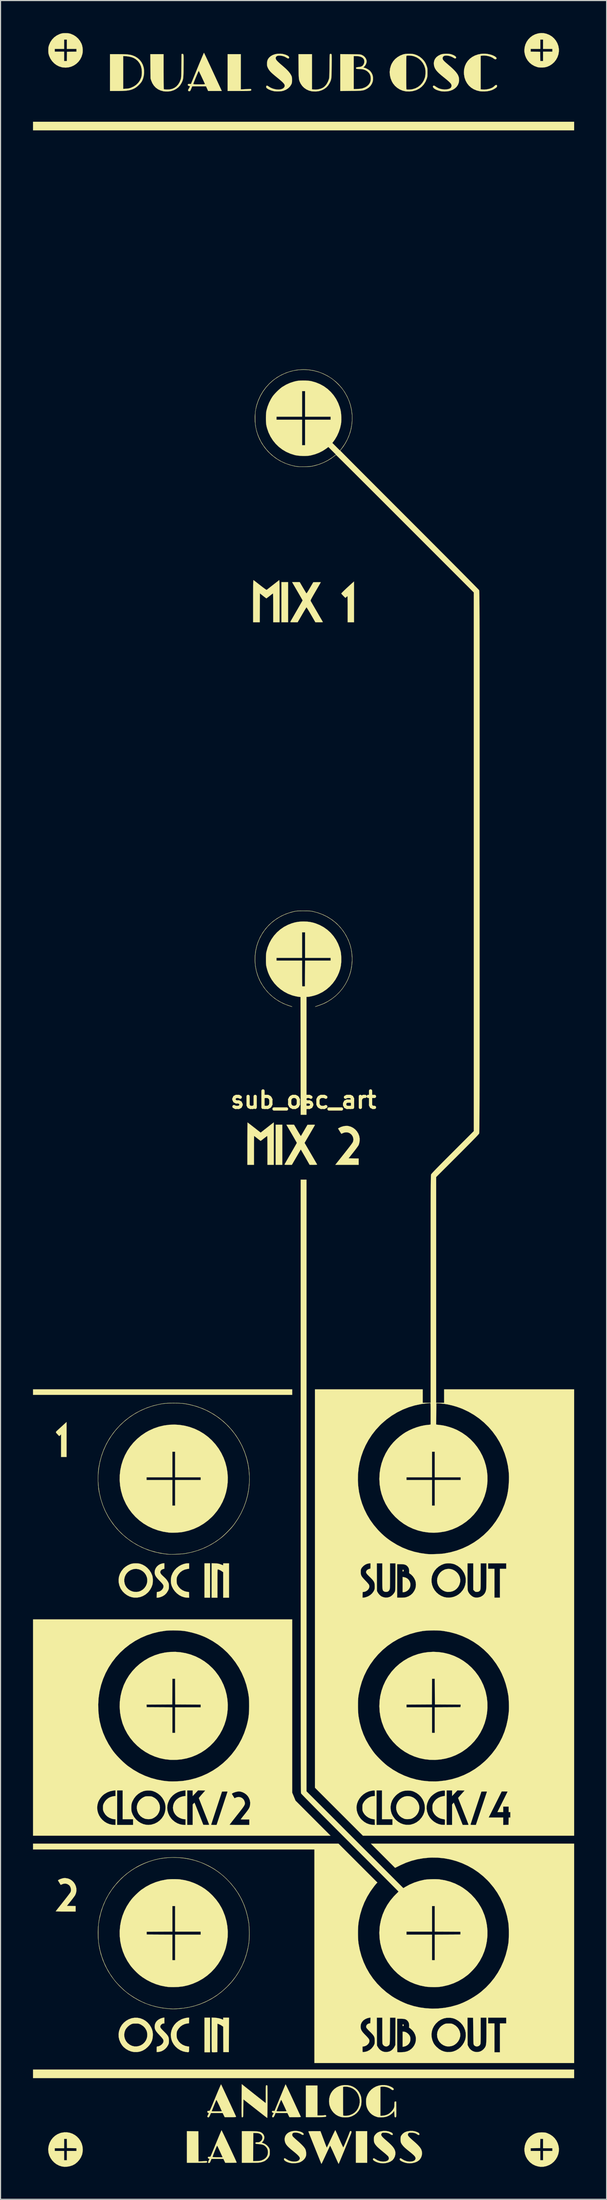
<source format=kicad_pcb>
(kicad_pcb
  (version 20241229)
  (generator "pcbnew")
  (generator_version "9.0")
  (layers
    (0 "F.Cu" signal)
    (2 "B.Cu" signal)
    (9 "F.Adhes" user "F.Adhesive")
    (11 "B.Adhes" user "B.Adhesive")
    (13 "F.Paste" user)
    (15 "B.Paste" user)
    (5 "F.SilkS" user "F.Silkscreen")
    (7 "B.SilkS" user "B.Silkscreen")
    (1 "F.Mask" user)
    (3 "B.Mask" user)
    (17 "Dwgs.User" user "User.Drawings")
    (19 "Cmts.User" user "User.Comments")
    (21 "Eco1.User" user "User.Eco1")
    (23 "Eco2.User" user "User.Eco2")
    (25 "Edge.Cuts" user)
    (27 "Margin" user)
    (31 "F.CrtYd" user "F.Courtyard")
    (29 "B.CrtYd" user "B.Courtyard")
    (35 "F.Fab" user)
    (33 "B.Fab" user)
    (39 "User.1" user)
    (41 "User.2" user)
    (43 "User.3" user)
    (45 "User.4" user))
  (footprint "sub_osc_art"
    (layer "F.Cu")
    (at 24.999 98.602)
    (property "Reference" "sub_osc_art" (at 0 0 0) (layer "F.SilkS") (effects (font (size 1.524 1.524) (thickness 0.3))))
    (attr through_hole)
    (fp_poly (pts (xy -8.636 45.999) (xy -9.144 45.999) (xy -9.144 42.824) (xy -8.636 42.824) (xy -8.636 45.999)) (stroke (width 0.01) (type solid)) (fill yes) (layer "F.SilkS"))
    (fp_poly (pts (xy -8.636 88.011) (xy -9.144 88.011) (xy -9.144 84.811) (xy -8.636 84.811) (xy -8.636 88.011)) (stroke (width 0.01) (type solid)) (fill yes) (layer "F.SilkS"))
    (fp_poly (pts (xy -1.956 5.994) (xy -2.565 5.994) (xy -2.565 2.286) (xy -1.956 2.286) (xy -1.956 5.994)) (stroke (width 0.01) (type solid)) (fill yes) (layer "F.SilkS"))
    (fp_poly (pts (xy -1.422 -44.145) (xy -2.032 -44.145) (xy -2.032 -47.854) (xy -1.422 -47.854) (xy -1.422 -44.145)) (stroke (width 0.01) (type solid)) (fill yes) (layer "F.SilkS"))
    (fp_poly (pts (xy -1.041 27.254) (xy -24.994 27.254) (xy -24.994 26.746) (xy -1.041 26.746) (xy -1.041 27.254)) (stroke (width 0.01) (type solid)) (fill yes) (layer "F.SilkS"))
    (fp_poly (pts (xy 5.893 98.222) (xy 4.851 98.222) (xy 4.851 95.301) (xy 5.893 95.301) (xy 5.893 98.222)) (stroke (width 0.01) (type solid)) (fill yes) (layer "F.SilkS"))
    (fp_poly (pts (xy 25.019 -89.611) (xy -24.994 -89.611) (xy -24.994 -90.399) (xy 25.019 -90.399) (xy 25.019 -89.611)) (stroke (width 0.01) (type solid)) (fill yes) (layer "F.SilkS"))
    (fp_poly (pts (xy 25.019 90.399) (xy -24.994 90.399) (xy -24.994 89.611) (xy 25.019 89.611) (xy 25.019 90.399)) (stroke (width 0.01) (type solid)) (fill yes) (layer "F.SilkS"))
    (fp_poly (pts (xy 9.214 85.425) (xy 9.251 85.454) (xy 9.267 85.506) (xy 9.258 85.557) (xy 9.241 85.576) (xy 9.198 85.595) (xy 9.176 85.578) (xy 9.169 85.517) (xy 9.169 85.507) (xy 9.174 85.446) (xy 9.193 85.424) (xy 9.214 85.425)) (stroke (width 0.01) (type solid)) (fill yes) (layer "F.SilkS"))
    (fp_poly (pts (xy 9.235 43.427) (xy 9.241 43.431) (xy 9.266 43.471) (xy 9.263 43.526) (xy 9.236 43.571) (xy 9.214 43.582) (xy 9.184 43.577) (xy 9.171 43.541) (xy 9.169 43.499) (xy 9.175 43.433) (xy 9.194 43.411) (xy 9.235 43.427)) (stroke (width 0.01) (type solid)) (fill yes) (layer "F.SilkS"))
    (fp_poly (pts (xy 9.284 44.103) (xy 9.46 44.151) (xy 9.612 44.238) (xy 9.735 44.357) (xy 9.824 44.501) (xy 9.877 44.662) (xy 9.889 44.835) (xy 9.856 45.012) (xy 9.83 45.08) (xy 9.748 45.215) (xy 9.633 45.332) (xy 9.497 45.422) (xy 9.351 45.478) (xy 9.241 45.491) (xy 9.169 45.491) (xy 9.169 44.087) (xy 9.284 44.103)) (stroke (width 0.01) (type solid)) (fill yes) (layer "F.SilkS"))
    (fp_poly (pts (xy 9.265 86.106) (xy 9.397 86.129) (xy 9.532 86.192) (xy 9.66 86.286) (xy 9.769 86.403) (xy 9.845 86.531) (xy 9.877 86.652) (xy 9.887 86.797) (xy 9.874 86.943) (xy 9.839 87.069) (xy 9.837 87.074) (xy 9.741 87.229) (xy 9.609 87.354) (xy 9.446 87.443) (xy 9.277 87.49) (xy 9.169 87.507) (xy 9.169 86.106) (xy 9.265 86.106)) (stroke (width 0.01) (type solid)) (fill yes) (layer "F.SilkS"))
    (fp_poly (pts (xy -21.895 32.995) (xy -22.403 32.995) (xy -22.403 30.902) (xy -22.488 30.985) (xy -22.574 31.068) (xy -22.709 30.925) (xy -22.796 30.834) (xy -22.852 30.769) (xy -22.876 30.719) (xy -22.869 30.673) (xy -22.828 30.62) (xy -22.754 30.549) (xy -22.675 30.477) (xy -22.563 30.375) (xy -22.429 30.253) (xy -22.292 30.127) (xy -22.168 30.014) (xy -21.895 29.764) (xy -21.895 32.995)) (stroke (width 0.01) (type solid)) (fill yes) (layer "F.SilkS"))
    (fp_poly (pts (xy 1.295 93.853) (xy 1.569 93.853) (xy 1.691 93.851) (xy 1.804 93.845) (xy 1.891 93.836) (xy 1.927 93.828) (xy 2.013 93.818) (xy 2.077 93.839) (xy 2.107 93.887) (xy 2.108 93.901) (xy 2.104 93.927) (xy 2.09 93.949) (xy 2.06 93.966) (xy 2.011 93.979) (xy 1.937 93.989) (xy 1.835 93.997) (xy 1.699 94.001) (xy 1.525 94.004) (xy 1.308 94.005) (xy 1.104 94.005) (xy 0.229 94.005) (xy 0.229 91.084) (xy 1.295 91.084) (xy 1.295 93.853)) (stroke (width 0.01) (type solid)) (fill yes) (layer "F.SilkS"))
    (fp_poly (pts (xy -10.243 95.307) (xy -9.716 95.314) (xy -9.709 96.707) (xy -9.702 98.1) (xy -9.404 98.085) (xy -9.277 98.079) (xy -9.16 98.072) (xy -9.069 98.067) (xy -9.02 98.063) (xy -8.946 98.071) (xy -8.902 98.103) (xy -8.896 98.15) (xy -8.914 98.182) (xy -8.927 98.192) (xy -8.952 98.201) (xy -8.994 98.208) (xy -9.056 98.213) (xy -9.145 98.217) (xy -9.264 98.219) (xy -9.42 98.221) (xy -9.616 98.222) (xy -9.858 98.222) (xy -10.77 98.222) (xy -10.77 95.3) (xy -10.243 95.307)) (stroke (width 0.01) (type solid)) (fill yes) (layer "F.SilkS"))
    (fp_poly (pts (xy -5.791 -93.39) (xy -5.442 -93.406) (xy -5.301 -93.413) (xy -5.166 -93.419) (xy -5.052 -93.424) (xy -4.973 -93.428) (xy -4.966 -93.428) (xy -4.89 -93.429) (xy -4.851 -93.42) (xy -4.834 -93.395) (xy -4.83 -93.372) (xy -4.827 -93.342) (xy -4.83 -93.316) (xy -4.843 -93.296) (xy -4.871 -93.28) (xy -4.917 -93.267) (xy -4.987 -93.258) (xy -5.084 -93.252) (xy -5.213 -93.247) (xy -5.377 -93.245) (xy -5.582 -93.244) (xy -5.832 -93.243) (xy -5.961 -93.243) (xy -7.01 -93.243) (xy -7.01 -96.647) (xy -5.791 -96.647) (xy -5.791 -93.39)) (stroke (width 0.01) (type solid)) (fill yes) (layer "F.SilkS"))
    (fp_poly (pts (xy 13.587 43.349) (xy 13.786 43.403) (xy 13.97 43.494) (xy 14.135 43.617) (xy 14.275 43.766) (xy 14.385 43.939) (xy 14.46 44.129) (xy 14.495 44.333) (xy 14.485 44.545) (xy 14.481 44.569) (xy 14.415 44.798) (xy 14.309 44.999) (xy 14.167 45.169) (xy 13.996 45.305) (xy 13.798 45.402) (xy 13.579 45.458) (xy 13.344 45.469) (xy 13.277 45.463) (xy 13.08 45.417) (xy 12.889 45.328) (xy 12.716 45.202) (xy 12.568 45.046) (xy 12.459 44.871) (xy 12.382 44.661) (xy 12.353 44.448) (xy 12.368 44.236) (xy 12.424 44.033) (xy 12.518 43.844) (xy 12.648 43.676) (xy 12.811 43.534) (xy 13.003 43.425) (xy 13.166 43.368) (xy 13.379 43.335) (xy 13.587 43.349)) (stroke (width 0.01) (type solid)) (fill yes) (layer "F.SilkS"))
    (fp_poly (pts (xy 4.674 -44.145) (xy 4.089 -44.145) (xy 4.089 -45.352) (xy 4.089 -45.594) (xy 4.088 -45.82) (xy 4.086 -46.024) (xy 4.083 -46.203) (xy 4.08 -46.351) (xy 4.077 -46.462) (xy 4.073 -46.533) (xy 4.069 -46.558) (xy 4.069 -46.558) (xy 4.04 -46.541) (xy 3.992 -46.499) (xy 3.975 -46.482) (xy 3.924 -46.434) (xy 3.886 -46.408) (xy 3.879 -46.406) (xy 3.854 -46.423) (xy 3.804 -46.469) (xy 3.739 -46.534) (xy 3.667 -46.608) (xy 3.598 -46.682) (xy 3.541 -46.746) (xy 3.505 -46.792) (xy 3.5 -46.799) (xy 3.513 -46.823) (xy 3.561 -46.877) (xy 3.638 -46.956) (xy 3.74 -47.057) (xy 3.863 -47.175) (xy 4.002 -47.306) (xy 4.154 -47.446) (xy 4.314 -47.592) (xy 4.478 -47.738) (xy 4.578 -47.826) (xy 4.674 -47.91) (xy 4.674 -44.145)) (stroke (width 0.01) (type solid)) (fill yes) (layer "F.SilkS"))
    (fp_poly (pts (xy -8.198 84.817) (xy -7.988 84.838) (xy -7.783 84.877) (xy -7.599 84.932) (xy -7.465 84.99) (xy -7.434 85.001) (xy -7.42 84.983) (xy -7.417 84.927) (xy -7.417 84.913) (xy -7.417 84.811) (xy -6.883 84.811) (xy -6.89 86.404) (xy -6.896 87.998) (xy -7.404 87.998) (xy -7.411 86.824) (xy -7.417 85.649) (xy -7.525 85.569) (xy -7.671 85.478) (xy -7.83 85.405) (xy -7.893 85.383) (xy -7.95 85.366) (xy -7.963 87.998) (xy -8.205 88.006) (xy -8.312 88.007) (xy -8.399 88.005) (xy -8.453 87.999) (xy -8.466 87.995) (xy -8.469 87.967) (xy -8.472 87.893) (xy -8.475 87.776) (xy -8.477 87.622) (xy -8.479 87.435) (xy -8.481 87.219) (xy -8.482 86.978) (xy -8.483 86.716) (xy -8.484 86.439) (xy -8.484 86.39) (xy -8.484 84.804) (xy -8.198 84.817)) (stroke (width 0.01) (type solid)) (fill yes) (layer "F.SilkS"))
    (fp_poly (pts (xy 9.765 64.345) (xy 9.973 64.392) (xy 10.166 64.479) (xy 10.338 64.603) (xy 10.485 64.76) (xy 10.601 64.946) (xy 10.679 65.158) (xy 10.697 65.237) (xy 10.711 65.449) (xy 10.678 65.66) (xy 10.603 65.861) (xy 10.489 66.046) (xy 10.339 66.207) (xy 10.158 66.338) (xy 10.086 66.376) (xy 9.996 66.416) (xy 9.917 66.441) (xy 9.831 66.456) (xy 9.717 66.463) (xy 9.677 66.465) (xy 9.544 66.466) (xy 9.444 66.46) (xy 9.36 66.442) (xy 9.3 66.422) (xy 9.081 66.316) (xy 8.897 66.175) (xy 8.751 66) (xy 8.645 65.795) (xy 8.582 65.573) (xy 8.568 65.36) (xy 8.6 65.151) (xy 8.674 64.952) (xy 8.786 64.77) (xy 8.933 64.611) (xy 9.109 64.482) (xy 9.312 64.391) (xy 9.33 64.384) (xy 9.549 64.341) (xy 9.765 64.345)) (stroke (width 0.01) (type solid)) (fill yes) (layer "F.SilkS"))
    (fp_poly (pts (xy -8.172 42.83) (xy -8.028 42.837) (xy -7.918 42.848) (xy -7.826 42.865) (xy -7.735 42.891) (xy -7.647 42.922) (xy -7.551 42.958) (xy -7.476 42.985) (xy -7.432 43) (xy -7.425 43.002) (xy -7.419 42.98) (xy -7.417 42.925) (xy -7.417 42.913) (xy -7.417 42.824) (xy -6.883 42.824) (xy -6.883 45.999) (xy -7.417 45.999) (xy -7.417 43.646) (xy -7.53 43.565) (xy -7.63 43.499) (xy -7.735 43.443) (xy -7.829 43.402) (xy -7.899 43.384) (xy -7.906 43.384) (xy -7.916 43.386) (xy -7.924 43.396) (xy -7.931 43.417) (xy -7.936 43.455) (xy -7.941 43.512) (xy -7.944 43.592) (xy -7.947 43.701) (xy -7.948 43.841) (xy -7.949 44.018) (xy -7.95 44.234) (xy -7.95 44.495) (xy -7.95 44.691) (xy -7.95 45.999) (xy -8.484 45.999) (xy -8.484 42.818) (xy -8.172 42.83)) (stroke (width 0.01) (type solid)) (fill yes) (layer "F.SilkS"))
    (fp_poly (pts (xy -14.326 64.352) (xy -14.191 64.355) (xy -14.093 64.364) (xy -14.016 64.379) (xy -13.947 64.405) (xy -13.937 64.409) (xy -13.735 64.521) (xy -13.57 64.66) (xy -13.473 64.776) (xy -13.355 64.975) (xy -13.285 65.188) (xy -13.262 65.406) (xy -13.287 65.625) (xy -13.358 65.839) (xy -13.476 66.041) (xy -13.488 66.056) (xy -13.608 66.185) (xy -13.76 66.302) (xy -13.923 66.394) (xy -14.03 66.434) (xy -14.179 66.462) (xy -14.351 66.469) (xy -14.523 66.454) (xy -14.656 66.424) (xy -14.869 66.33) (xy -15.053 66.196) (xy -15.204 66.025) (xy -15.291 65.878) (xy -15.371 65.663) (xy -15.403 65.444) (xy -15.389 65.229) (xy -15.331 65.023) (xy -15.231 64.832) (xy -15.092 64.662) (xy -14.915 64.518) (xy -14.764 64.432) (xy -14.682 64.395) (xy -14.615 64.372) (xy -14.546 64.359) (xy -14.46 64.353) (xy -14.34 64.352) (xy -14.326 64.352)) (stroke (width 0.01) (type solid)) (fill yes) (layer "F.SilkS"))
    (fp_poly (pts (xy 13.55 85.358) (xy 13.641 85.363) (xy 13.712 85.374) (xy 13.777 85.395) (xy 13.853 85.427) (xy 13.876 85.439) (xy 14.066 85.554) (xy 14.226 85.704) (xy 14.353 85.88) (xy 14.443 86.075) (xy 14.491 86.283) (xy 14.493 86.495) (xy 14.482 86.572) (xy 14.416 86.795) (xy 14.305 86.998) (xy 14.156 87.174) (xy 13.972 87.316) (xy 13.855 87.38) (xy 13.695 87.436) (xy 13.514 87.467) (xy 13.333 87.472) (xy 13.171 87.448) (xy 13.157 87.445) (xy 12.934 87.356) (xy 12.742 87.229) (xy 12.583 87.066) (xy 12.463 86.873) (xy 12.383 86.653) (xy 12.365 86.566) (xy 12.352 86.346) (xy 12.386 86.132) (xy 12.465 85.93) (xy 12.585 85.747) (xy 12.742 85.588) (xy 12.933 85.461) (xy 12.966 85.444) (xy 13.047 85.405) (xy 13.113 85.38) (xy 13.178 85.366) (xy 13.258 85.359) (xy 13.368 85.357) (xy 13.423 85.357) (xy 13.55 85.358)) (stroke (width 0.01) (type solid)) (fill yes) (layer "F.SilkS"))
    (fp_poly (pts (xy -10.566 43.321) (xy -10.759 43.352) (xy -10.997 43.413) (xy -11.211 43.516) (xy -11.397 43.658) (xy -11.549 43.834) (xy -11.635 43.98) (xy -11.675 44.065) (xy -11.701 44.134) (xy -11.715 44.203) (xy -11.721 44.289) (xy -11.721 44.409) (xy -11.721 44.411) (xy -11.719 44.537) (xy -11.712 44.628) (xy -11.697 44.702) (xy -11.67 44.773) (xy -11.653 44.812) (xy -11.537 45.004) (xy -11.381 45.17) (xy -11.195 45.305) (xy -10.985 45.403) (xy -10.758 45.459) (xy -10.719 45.464) (xy -10.579 45.479) (xy -10.572 45.739) (xy -10.565 45.999) (xy -10.712 45.997) (xy -10.823 45.99) (xy -10.947 45.974) (xy -11.016 45.961) (xy -11.256 45.884) (xy -11.485 45.762) (xy -11.696 45.602) (xy -11.883 45.41) (xy -12.04 45.192) (xy -12.16 44.954) (xy -12.207 44.818) (xy -12.243 44.641) (xy -12.256 44.438) (xy -12.246 44.231) (xy -12.213 44.039) (xy -12.194 43.972) (xy -12.083 43.712) (xy -11.93 43.476) (xy -11.737 43.268) (xy -11.509 43.093) (xy -11.296 42.976) (xy -11.091 42.895) (xy -10.889 42.843) (xy -10.706 42.824) (xy -10.701 42.824) (xy -10.566 42.824) (xy -10.566 43.321)) (stroke (width 0.01) (type solid)) (fill yes) (layer "F.SilkS"))
    (fp_poly (pts (xy -10.572 85.071) (xy -10.579 85.331) (xy -10.732 85.348) (xy -10.962 85.398) (xy -11.176 85.494) (xy -11.367 85.63) (xy -11.528 85.802) (xy -11.652 86.001) (xy -11.685 86.074) (xy -11.706 86.14) (xy -11.717 86.215) (xy -11.722 86.314) (xy -11.722 86.398) (xy -11.721 86.52) (xy -11.714 86.608) (xy -11.7 86.68) (xy -11.674 86.751) (xy -11.641 86.824) (xy -11.52 87.022) (xy -11.361 87.188) (xy -11.17 87.32) (xy -10.951 87.414) (xy -10.762 87.458) (xy -10.565 87.489) (xy -10.572 87.744) (xy -10.575 87.862) (xy -10.584 87.94) (xy -10.605 87.985) (xy -10.649 88.004) (xy -10.724 88.002) (xy -10.838 87.988) (xy -10.88 87.983) (xy -11.137 87.924) (xy -11.382 87.82) (xy -11.609 87.677) (xy -11.812 87.499) (xy -11.983 87.293) (xy -12.115 87.064) (xy -12.166 86.938) (xy -12.214 86.773) (xy -12.246 86.594) (xy -12.261 86.422) (xy -12.257 86.287) (xy -12.199 86.004) (xy -12.097 85.742) (xy -11.951 85.504) (xy -11.766 85.294) (xy -11.542 85.115) (xy -11.283 84.969) (xy -11.273 84.965) (xy -11.153 84.918) (xy -11.011 84.875) (xy -10.864 84.84) (xy -10.731 84.817) (xy -10.643 84.811) (xy -10.565 84.811) (xy -10.572 85.071)) (stroke (width 0.01) (type solid)) (fill yes) (layer "F.SilkS"))
    (fp_poly (pts (xy 22.209 -98.588) (xy 22.456 -98.533) (xy 22.71 -98.433) (xy 22.733 -98.422) (xy 22.964 -98.281) (xy 23.165 -98.103) (xy 23.334 -97.895) (xy 23.467 -97.661) (xy 23.56 -97.41) (xy 23.609 -97.147) (xy 23.613 -96.907) (xy 23.57 -96.631) (xy 23.482 -96.371) (xy 23.351 -96.13) (xy 23.184 -95.915) (xy 22.982 -95.731) (xy 22.751 -95.582) (xy 22.514 -95.48) (xy 22.327 -95.435) (xy 22.117 -95.412) (xy 21.904 -95.411) (xy 21.705 -95.433) (xy 21.624 -95.451) (xy 21.357 -95.549) (xy 21.116 -95.686) (xy 20.905 -95.859) (xy 20.728 -96.063) (xy 20.588 -96.293) (xy 20.488 -96.545) (xy 20.432 -96.815) (xy 20.422 -97.003) (xy 20.433 -97.13) (xy 21.006 -97.13) (xy 21.006 -96.877) (xy 21.882 -96.863) (xy 21.896 -96.012) (xy 22.149 -96.012) (xy 22.149 -96.876) (xy 23.012 -96.876) (xy 23.012 -97.13) (xy 22.149 -97.13) (xy 22.149 -97.993) (xy 21.895 -97.993) (xy 21.895 -97.13) (xy 21.006 -97.13) (xy 20.433 -97.13) (xy 20.446 -97.277) (xy 20.517 -97.539) (xy 20.629 -97.782) (xy 20.78 -98.003) (xy 20.965 -98.196) (xy 21.181 -98.357) (xy 21.423 -98.48) (xy 21.687 -98.561) (xy 21.697 -98.563) (xy 21.959 -98.597) (xy 22.209 -98.588)) (stroke (width 0.01) (type solid)) (fill yes) (layer "F.SilkS"))
    (fp_poly (pts (xy 4.145 2.408) (xy 4.382 2.476) (xy 4.597 2.585) (xy 4.785 2.73) (xy 4.943 2.905) (xy 5.067 3.104) (xy 5.153 3.323) (xy 5.196 3.555) (xy 5.193 3.796) (xy 5.186 3.85) (xy 5.164 3.965) (xy 5.133 4.079) (xy 5.103 4.166) (xy 5.073 4.218) (xy 5.016 4.304) (xy 4.936 4.415) (xy 4.838 4.547) (xy 4.728 4.691) (xy 4.609 4.842) (xy 4.608 4.844) (xy 4.167 5.397) (xy 5.105 5.411) (xy 5.105 5.994) (xy 2.947 5.994) (xy 3.747 4.986) (xy 3.94 4.741) (xy 4.104 4.532) (xy 4.24 4.357) (xy 4.35 4.212) (xy 4.437 4.095) (xy 4.502 4.002) (xy 4.548 3.931) (xy 4.576 3.879) (xy 4.587 3.853) (xy 4.618 3.682) (xy 4.602 3.51) (xy 4.541 3.347) (xy 4.438 3.201) (xy 4.415 3.178) (xy 4.27 3.067) (xy 4.109 3.004) (xy 3.936 2.989) (xy 3.754 3.022) (xy 3.613 3.079) (xy 3.549 3.109) (xy 3.506 3.123) (xy 3.497 3.122) (xy 3.482 3.097) (xy 3.445 3.039) (xy 3.393 2.955) (xy 3.345 2.876) (xy 3.2 2.641) (xy 3.283 2.59) (xy 3.461 2.502) (xy 3.659 2.438) (xy 3.862 2.402) (xy 4.054 2.397) (xy 4.145 2.408)) (stroke (width 0.01) (type solid)) (fill yes) (layer "F.SilkS"))
    (fp_poly (pts (xy 22.175 95.418) (xy 22.28 95.424) (xy 22.366 95.436) (xy 22.447 95.457) (xy 22.526 95.484) (xy 22.79 95.605) (xy 23.024 95.764) (xy 23.223 95.956) (xy 23.385 96.178) (xy 23.506 96.426) (xy 23.585 96.696) (xy 23.613 96.914) (xy 23.606 97.178) (xy 23.552 97.438) (xy 23.455 97.686) (xy 23.319 97.916) (xy 23.147 98.121) (xy 22.944 98.295) (xy 22.733 98.422) (xy 22.461 98.53) (xy 22.19 98.589) (xy 21.921 98.596) (xy 21.704 98.565) (xy 21.436 98.485) (xy 21.197 98.368) (xy 20.98 98.208) (xy 20.875 98.108) (xy 20.7 97.896) (xy 20.569 97.665) (xy 20.481 97.42) (xy 20.434 97.166) (xy 20.428 96.91) (xy 20.433 96.877) (xy 21.006 96.877) (xy 21.006 97.13) (xy 21.895 97.13) (xy 21.895 97.993) (xy 22.149 97.993) (xy 22.149 97.13) (xy 23.012 97.13) (xy 23.012 96.876) (xy 22.149 96.876) (xy 22.149 96.012) (xy 21.896 96.012) (xy 21.882 96.863) (xy 21.444 96.87) (xy 21.006 96.877) (xy 20.433 96.877) (xy 20.463 96.656) (xy 20.538 96.41) (xy 20.651 96.178) (xy 20.802 95.965) (xy 20.991 95.777) (xy 21.209 95.624) (xy 21.386 95.532) (xy 21.557 95.469) (xy 21.737 95.432) (xy 21.942 95.417) (xy 22.035 95.416) (xy 22.175 95.418)) (stroke (width 0.01) (type solid)) (fill yes) (layer "F.SilkS"))
    (fp_poly (pts (xy -21.849 95.409) (xy -21.592 95.455) (xy -21.349 95.541) (xy -21.124 95.663) (xy -20.922 95.82) (xy -20.747 96.006) (xy -20.603 96.219) (xy -20.495 96.455) (xy -20.426 96.71) (xy -20.4 96.982) (xy -20.403 97.088) (xy -20.416 97.218) (xy -20.437 97.352) (xy -20.463 97.465) (xy -20.469 97.485) (xy -20.571 97.725) (xy -20.716 97.952) (xy -20.896 98.156) (xy -21.104 98.327) (xy -21.142 98.352) (xy -21.347 98.46) (xy -21.582 98.537) (xy -21.829 98.583) (xy -22.076 98.595) (xy -22.307 98.569) (xy -22.327 98.565) (xy -22.586 98.482) (xy -22.824 98.358) (xy -23.037 98.198) (xy -23.222 98.006) (xy -23.373 97.789) (xy -23.488 97.552) (xy -23.562 97.299) (xy -23.591 97.037) (xy -23.588 96.914) (xy -23.582 96.876) (xy -22.987 96.876) (xy -22.987 97.13) (xy -22.123 97.13) (xy -22.123 97.993) (xy -21.869 97.993) (xy -21.869 97.13) (xy -20.98 97.13) (xy -20.98 96.877) (xy -21.419 96.87) (xy -21.857 96.863) (xy -21.864 96.437) (xy -21.871 96.012) (xy -22.123 96.012) (xy -22.123 96.876) (xy -22.987 96.876) (xy -23.582 96.876) (xy -23.545 96.636) (xy -23.458 96.375) (xy -23.33 96.135) (xy -23.165 95.921) (xy -22.967 95.737) (xy -22.74 95.589) (xy -22.488 95.482) (xy -22.391 95.453) (xy -22.117 95.408) (xy -21.849 95.409)) (stroke (width 0.01) (type solid)) (fill yes) (layer "F.SilkS"))
    (fp_poly (pts (xy -12.852 43.322) (xy -12.969 43.353) (xy -13.094 43.406) (xy -13.182 43.484) (xy -13.228 43.582) (xy -13.233 43.635) (xy -13.221 43.71) (xy -13.182 43.789) (xy -13.111 43.878) (xy -13.004 43.985) (xy -12.941 44.041) (xy -12.763 44.211) (xy -12.628 44.367) (xy -12.531 44.516) (xy -12.513 44.552) (xy -12.473 44.639) (xy -12.45 44.713) (xy -12.438 44.791) (xy -12.434 44.894) (xy -12.433 44.947) (xy -12.435 45.062) (xy -12.443 45.146) (xy -12.461 45.218) (xy -12.494 45.299) (xy -12.529 45.37) (xy -12.655 45.571) (xy -12.816 45.735) (xy -13.012 45.862) (xy -13.242 45.952) (xy -13.276 45.962) (xy -13.369 45.983) (xy -13.454 45.996) (xy -13.494 45.999) (xy -13.565 45.999) (xy -13.558 45.739) (xy -13.551 45.479) (xy -13.43 45.462) (xy -13.281 45.418) (xy -13.146 45.334) (xy -13.035 45.221) (xy -12.961 45.089) (xy -12.951 45.06) (xy -12.934 44.984) (xy -12.934 44.914) (xy -12.955 44.843) (xy -13 44.763) (xy -13.073 44.67) (xy -13.178 44.555) (xy -13.286 44.444) (xy -13.441 44.283) (xy -13.559 44.145) (xy -13.645 44.024) (xy -13.703 43.912) (xy -13.737 43.802) (xy -13.751 43.687) (xy -13.752 43.64) (xy -13.727 43.456) (xy -13.658 43.284) (xy -13.552 43.13) (xy -13.413 43.001) (xy -13.249 42.903) (xy -13.066 42.843) (xy -12.989 42.831) (xy -12.852 42.817) (xy -12.852 43.322)) (stroke (width 0.01) (type solid)) (fill yes) (layer "F.SilkS"))
    (fp_poly (pts (xy -16.885 -96.646) (xy -16.652 -96.642) (xy -16.455 -96.635) (xy -16.289 -96.624) (xy -16.147 -96.608) (xy -16.023 -96.588) (xy -15.909 -96.562) (xy -15.837 -96.543) (xy -15.575 -96.44) (xy -15.342 -96.297) (xy -15.141 -96.119) (xy -14.975 -95.907) (xy -14.849 -95.666) (xy -14.769 -95.416) (xy -14.732 -95.166) (xy -14.73 -94.902) (xy -14.762 -94.638) (xy -14.825 -94.389) (xy -14.915 -94.175) (xy -14.996 -94.048) (xy -15.11 -93.909) (xy -15.245 -93.771) (xy -15.387 -93.644) (xy -15.526 -93.543) (xy -15.579 -93.511) (xy -15.711 -93.443) (xy -15.845 -93.387) (xy -15.986 -93.341) (xy -16.14 -93.306) (xy -16.315 -93.28) (xy -16.517 -93.262) (xy -16.752 -93.25) (xy -17.027 -93.244) (xy -17.246 -93.243) (xy -17.882 -93.243) (xy -17.882 -93.439) (xy -16.662 -93.439) (xy -16.402 -93.453) (xy -16.235 -93.467) (xy -16.096 -93.492) (xy -15.963 -93.532) (xy -15.952 -93.536) (xy -15.69 -93.656) (xy -15.462 -93.81) (xy -15.271 -93.997) (xy -15.12 -94.213) (xy -15.01 -94.457) (xy -14.974 -94.576) (xy -14.955 -94.678) (xy -14.942 -94.811) (xy -14.935 -94.954) (xy -14.935 -94.986) (xy -14.956 -95.275) (xy -15.02 -95.536) (xy -15.127 -95.77) (xy -15.277 -95.978) (xy -15.373 -96.077) (xy -15.534 -96.204) (xy -15.713 -96.304) (xy -15.918 -96.378) (xy -16.156 -96.429) (xy -16.426 -96.459) (xy -16.662 -96.476) (xy -16.662 -93.439) (xy -17.882 -93.439) (xy -17.882 -96.647) (xy -17.163 -96.647) (xy -16.885 -96.646)) (stroke (width 0.01) (type solid)) (fill yes) (layer "F.SilkS"))
    (fp_poly (pts (xy 17.016 -96.665) (xy 17.24 -96.619) (xy 17.448 -96.555) (xy 17.628 -96.476) (xy 17.714 -96.424) (xy 17.803 -96.354) (xy 17.847 -96.296) (xy 17.852 -96.245) (xy 17.841 -96.222) (xy 17.787 -96.176) (xy 17.714 -96.173) (xy 17.63 -96.212) (xy 17.595 -96.239) (xy 17.465 -96.328) (xy 17.298 -96.404) (xy 17.107 -96.463) (xy 16.905 -96.504) (xy 16.707 -96.521) (xy 16.523 -96.514) (xy 16.462 -96.504) (xy 16.383 -96.488) (xy 16.383 -93.399) (xy 16.525 -93.382) (xy 16.714 -93.374) (xy 16.924 -93.39) (xy 17.132 -93.43) (xy 17.244 -93.462) (xy 17.394 -93.519) (xy 17.509 -93.58) (xy 17.608 -93.656) (xy 17.671 -93.717) (xy 17.747 -93.779) (xy 17.816 -93.803) (xy 17.869 -93.787) (xy 17.897 -93.739) (xy 17.893 -93.658) (xy 17.873 -93.614) (xy 17.822 -93.561) (xy 17.736 -93.497) (xy 17.627 -93.43) (xy 17.507 -93.367) (xy 17.404 -93.322) (xy 17.208 -93.262) (xy 16.982 -93.221) (xy 16.74 -93.2) (xy 16.502 -93.201) (xy 16.307 -93.221) (xy 16.009 -93.294) (xy 15.739 -93.407) (xy 15.499 -93.558) (xy 15.292 -93.745) (xy 15.121 -93.964) (xy 14.987 -94.212) (xy 14.893 -94.486) (xy 14.843 -94.783) (xy 14.834 -94.978) (xy 14.857 -95.27) (xy 14.926 -95.542) (xy 15.037 -95.792) (xy 15.188 -96.018) (xy 15.375 -96.216) (xy 15.597 -96.383) (xy 15.849 -96.518) (xy 16.129 -96.616) (xy 16.435 -96.676) (xy 16.573 -96.689) (xy 16.79 -96.689) (xy 17.016 -96.665)) (stroke (width 0.01) (type solid)) (fill yes) (layer "F.SilkS"))
    (fp_poly (pts (xy -21.854 -98.585) (xy -21.744 -98.577) (xy -21.65 -98.562) (xy -21.553 -98.536) (xy -21.499 -98.519) (xy -21.245 -98.409) (xy -21.015 -98.258) (xy -20.812 -98.071) (xy -20.645 -97.854) (xy -20.516 -97.613) (xy -20.469 -97.485) (xy -20.424 -97.288) (xy -20.402 -97.069) (xy -20.406 -96.85) (xy -20.432 -96.668) (xy -20.516 -96.399) (xy -20.641 -96.156) (xy -20.802 -95.941) (xy -20.994 -95.758) (xy -21.212 -95.61) (xy -21.453 -95.499) (xy -21.71 -95.429) (xy -21.98 -95.403) (xy -22.257 -95.424) (xy -22.345 -95.441) (xy -22.6 -95.522) (xy -22.837 -95.647) (xy -23.052 -95.811) (xy -23.238 -96.01) (xy -23.39 -96.237) (xy -23.503 -96.49) (xy -23.512 -96.516) (xy -23.546 -96.627) (xy -23.567 -96.722) (xy -23.578 -96.82) (xy -23.582 -96.939) (xy -23.582 -97.015) (xy -23.58 -97.13) (xy -22.987 -97.13) (xy -22.987 -96.876) (xy -22.123 -96.876) (xy -22.123 -96.012) (xy -21.871 -96.012) (xy -21.864 -96.437) (xy -21.857 -96.863) (xy -20.98 -96.877) (xy -20.98 -97.13) (xy -21.869 -97.13) (xy -21.869 -97.993) (xy -22.123 -97.993) (xy -22.123 -97.13) (xy -22.987 -97.13) (xy -23.58 -97.13) (xy -23.579 -97.155) (xy -23.571 -97.263) (xy -23.553 -97.357) (xy -23.525 -97.455) (xy -23.512 -97.495) (xy -23.394 -97.76) (xy -23.236 -97.996) (xy -23.041 -98.199) (xy -22.812 -98.366) (xy -22.553 -98.494) (xy -22.487 -98.518) (xy -22.389 -98.55) (xy -22.303 -98.57) (xy -22.212 -98.582) (xy -22.099 -98.586) (xy -21.996 -98.587) (xy -21.854 -98.585)) (stroke (width 0.01) (type solid)) (fill yes) (layer "F.SilkS"))
    (fp_poly (pts (xy -21.976 71.916) (xy -21.759 71.955) (xy -21.562 72.036) (xy -21.389 72.154) (xy -21.242 72.301) (xy -21.124 72.474) (xy -21.04 72.664) (xy -20.993 72.868) (xy -20.985 73.078) (xy -21.021 73.288) (xy -21.097 73.482) (xy -21.13 73.536) (xy -21.19 73.621) (xy -21.27 73.73) (xy -21.366 73.856) (xy -21.472 73.991) (xy -21.512 74.041) (xy -21.869 74.486) (xy -21.057 74.499) (xy -21.057 75.006) (xy -21.985 75.006) (xy -22.2 75.006) (xy -22.395 75.004) (xy -22.566 75.001) (xy -22.707 74.998) (xy -22.814 74.994) (xy -22.88 74.989) (xy -22.9 74.984) (xy -22.882 74.96) (xy -22.835 74.901) (xy -22.764 74.81) (xy -22.671 74.692) (xy -22.56 74.552) (xy -22.434 74.393) (xy -22.296 74.219) (xy -22.223 74.127) (xy -22.08 73.946) (xy -21.945 73.774) (xy -21.823 73.616) (xy -21.717 73.478) (xy -21.631 73.363) (xy -21.568 73.276) (xy -21.531 73.222) (xy -21.524 73.21) (xy -21.49 73.078) (xy -21.491 72.932) (xy -21.524 72.788) (xy -21.585 72.659) (xy -21.67 72.561) (xy -21.677 72.555) (xy -21.832 72.462) (xy -21.989 72.421) (xy -22.15 72.429) (xy -22.299 72.48) (xy -22.372 72.512) (xy -22.423 72.533) (xy -22.44 72.537) (xy -22.455 72.513) (xy -22.49 72.457) (xy -22.539 72.377) (xy -22.568 72.329) (xy -22.692 72.129) (xy -22.634 72.082) (xy -22.583 72.053) (xy -22.499 72.016) (xy -22.398 71.978) (xy -22.369 71.969) (xy -22.248 71.934) (xy -22.151 71.916) (xy -22.055 71.912) (xy -21.976 71.916)) (stroke (width 0.01) (type solid)) (fill yes) (layer "F.SilkS"))
    (fp_poly (pts (xy -12.852 85.344) (xy -12.917 85.344) (xy -13.018 85.365) (xy -13.112 85.42) (xy -13.186 85.498) (xy -13.228 85.587) (xy -13.233 85.628) (xy -13.23 85.677) (xy -13.217 85.724) (xy -13.19 85.774) (xy -13.143 85.835) (xy -13.073 85.912) (xy -12.973 86.013) (xy -12.879 86.106) (xy -12.734 86.252) (xy -12.623 86.374) (xy -12.543 86.481) (xy -12.489 86.582) (xy -12.455 86.685) (xy -12.438 86.8) (xy -12.433 86.933) (xy -12.433 86.945) (xy -12.435 87.063) (xy -12.442 87.149) (xy -12.458 87.219) (xy -12.486 87.292) (xy -12.518 87.358) (xy -12.634 87.542) (xy -12.785 87.702) (xy -12.961 87.832) (xy -13.155 87.925) (xy -13.356 87.975) (xy -13.396 87.979) (xy -13.564 87.993) (xy -13.564 87.735) (xy -13.563 87.619) (xy -13.56 87.544) (xy -13.553 87.502) (xy -13.539 87.483) (xy -13.517 87.478) (xy -13.505 87.478) (xy -13.375 87.456) (xy -13.243 87.397) (xy -13.121 87.311) (xy -13.021 87.207) (xy -12.958 87.094) (xy -12.953 87.078) (xy -12.935 87.002) (xy -12.934 86.933) (xy -12.952 86.864) (xy -12.993 86.786) (xy -13.06 86.695) (xy -13.158 86.583) (xy -13.289 86.443) (xy -13.292 86.44) (xy -13.44 86.281) (xy -13.554 86.148) (xy -13.638 86.034) (xy -13.695 85.931) (xy -13.731 85.832) (xy -13.749 85.73) (xy -13.753 85.636) (xy -13.729 85.441) (xy -13.66 85.267) (xy -13.546 85.115) (xy -13.388 84.987) (xy -13.249 84.911) (xy -13.146 84.87) (xy -13.041 84.837) (xy -12.973 84.822) (xy -12.852 84.805) (xy -12.852 85.344)) (stroke (width 0.01) (type solid)) (fill yes) (layer "F.SilkS"))
    (fp_poly (pts (xy -2.743 5.994) (xy -3.327 5.994) (xy -3.327 4.661) (xy -3.328 4.406) (xy -3.329 4.167) (xy -3.33 3.949) (xy -3.332 3.756) (xy -3.335 3.593) (xy -3.338 3.465) (xy -3.341 3.376) (xy -3.345 3.332) (xy -3.346 3.328) (xy -3.372 3.343) (xy -3.43 3.384) (xy -3.512 3.445) (xy -3.612 3.522) (xy -3.656 3.556) (xy -3.759 3.637) (xy -3.848 3.705) (xy -3.914 3.755) (xy -3.951 3.782) (xy -3.956 3.785) (xy -3.979 3.77) (xy -4.034 3.729) (xy -4.114 3.667) (xy -4.212 3.591) (xy -4.256 3.556) (xy -4.359 3.475) (xy -4.448 3.406) (xy -4.515 3.356) (xy -4.553 3.33) (xy -4.558 3.327) (xy -4.561 3.352) (xy -4.563 3.423) (xy -4.566 3.535) (xy -4.568 3.684) (xy -4.569 3.865) (xy -4.571 4.073) (xy -4.571 4.304) (xy -4.572 4.553) (xy -4.572 4.661) (xy -4.572 5.994) (xy -5.182 5.994) (xy -5.182 4.039) (xy -5.181 3.728) (xy -5.181 3.433) (xy -5.18 3.157) (xy -5.179 2.904) (xy -5.178 2.678) (xy -5.177 2.482) (xy -5.175 2.321) (xy -5.173 2.198) (xy -5.171 2.118) (xy -5.169 2.084) (xy -5.169 2.083) (xy -5.146 2.098) (xy -5.089 2.14) (xy -5.002 2.207) (xy -4.89 2.293) (xy -4.758 2.395) (xy -4.611 2.51) (xy -4.556 2.552) (xy -3.956 3.022) (xy -3.864 2.95) (xy -3.816 2.912) (xy -3.736 2.849) (xy -3.631 2.767) (xy -3.509 2.672) (xy -3.378 2.569) (xy -3.353 2.549) (xy -3.221 2.446) (xy -3.096 2.348) (xy -2.987 2.263) (xy -2.9 2.196) (xy -2.845 2.153) (xy -2.838 2.149) (xy -2.743 2.077) (xy -2.743 5.994)) (stroke (width 0.01) (type solid)) (fill yes) (layer "F.SilkS"))
    (fp_poly (pts (xy -11.143 -96.668) (xy -11.123 -96.656) (xy -11.106 -96.631) (xy -11.094 -96.587) (xy -11.086 -96.522) (xy -11.08 -96.429) (xy -11.077 -96.306) (xy -11.076 -96.147) (xy -11.077 -95.949) (xy -11.079 -95.707) (xy -11.081 -95.537) (xy -11.084 -95.26) (xy -11.087 -95.029) (xy -11.092 -94.837) (xy -11.097 -94.679) (xy -11.105 -94.549) (xy -11.116 -94.442) (xy -11.131 -94.351) (xy -11.15 -94.272) (xy -11.174 -94.198) (xy -11.204 -94.124) (xy -11.24 -94.044) (xy -11.271 -93.98) (xy -11.4 -93.767) (xy -11.566 -93.583) (xy -11.765 -93.432) (xy -11.991 -93.316) (xy -12.239 -93.237) (xy -12.505 -93.197) (xy -12.782 -93.2) (xy -12.935 -93.219) (xy -13.199 -93.288) (xy -13.438 -93.399) (xy -13.647 -93.551) (xy -13.825 -93.741) (xy -13.968 -93.966) (xy -14.065 -94.194) (xy -14.134 -94.399) (xy -14.142 -95.523) (xy -14.151 -96.647) (xy -13.54 -96.647) (xy -12.929 -96.647) (xy -12.929 -95.036) (xy -12.928 -94.679) (xy -12.927 -94.371) (xy -12.926 -94.11) (xy -12.924 -93.894) (xy -12.921 -93.72) (xy -12.917 -93.586) (xy -12.913 -93.491) (xy -12.907 -93.432) (xy -12.901 -93.407) (xy -12.9 -93.407) (xy -12.863 -93.397) (xy -12.789 -93.388) (xy -12.691 -93.379) (xy -12.653 -93.377) (xy -12.385 -93.384) (xy -12.143 -93.435) (xy -11.927 -93.529) (xy -11.738 -93.666) (xy -11.577 -93.845) (xy -11.444 -94.065) (xy -11.351 -94.297) (xy -11.337 -94.342) (xy -11.325 -94.386) (xy -11.315 -94.435) (xy -11.308 -94.493) (xy -11.301 -94.565) (xy -11.296 -94.658) (xy -11.292 -94.776) (xy -11.288 -94.924) (xy -11.285 -95.108) (xy -11.282 -95.333) (xy -11.279 -95.567) (xy -11.265 -96.66) (xy -11.199 -96.667) (xy -11.169 -96.67) (xy -11.143 -96.668)) (stroke (width 0.01) (type solid)) (fill yes) (layer "F.SilkS"))
    (fp_poly (pts (xy -4.6 91.835) (xy -4.394 91.998) (xy -4.2 92.151) (xy -4.023 92.291) (xy -3.864 92.416) (xy -3.729 92.523) (xy -3.62 92.608) (xy -3.541 92.669) (xy -3.496 92.704) (xy -3.487 92.71) (xy -3.485 92.686) (xy -3.483 92.616) (xy -3.482 92.509) (xy -3.481 92.368) (xy -3.481 92.201) (xy -3.481 92.014) (xy -3.481 91.912) (xy -3.482 91.715) (xy -3.481 91.533) (xy -3.479 91.375) (xy -3.477 91.245) (xy -3.474 91.149) (xy -3.47 91.096) (xy -3.468 91.086) (xy -3.428 91.062) (xy -3.374 91.065) (xy -3.336 91.091) (xy -3.332 91.121) (xy -3.329 91.196) (xy -3.327 91.31) (xy -3.325 91.458) (xy -3.323 91.634) (xy -3.322 91.834) (xy -3.322 92.051) (xy -3.322 92.281) (xy -3.323 92.518) (xy -3.324 92.756) (xy -3.325 92.99) (xy -3.327 93.215) (xy -3.329 93.426) (xy -3.332 93.616) (xy -3.335 93.781) (xy -3.338 93.915) (xy -3.342 94.013) (xy -3.346 94.069) (xy -3.349 94.08) (xy -3.371 94.065) (xy -3.43 94.021) (xy -3.521 93.951) (xy -3.641 93.858) (xy -3.787 93.745) (xy -3.953 93.615) (xy -4.138 93.471) (xy -4.336 93.315) (xy -4.458 93.219) (xy -5.55 92.36) (xy -5.557 93.169) (xy -5.559 93.393) (xy -5.561 93.572) (xy -5.563 93.71) (xy -5.566 93.814) (xy -5.571 93.889) (xy -5.577 93.939) (xy -5.584 93.972) (xy -5.595 93.991) (xy -5.608 94.002) (xy -5.617 94.007) (xy -5.666 94.022) (xy -5.699 94.002) (xy -5.706 93.979) (xy -5.711 93.927) (xy -5.715 93.843) (xy -5.718 93.723) (xy -5.72 93.566) (xy -5.72 93.369) (xy -5.72 93.129) (xy -5.718 92.844) (xy -5.716 92.511) (xy -5.715 92.463) (xy -5.702 90.959) (xy -4.6 91.835)) (stroke (width 0.01) (type solid)) (fill yes) (layer "F.SilkS"))
    (fp_poly (pts (xy -15.261 42.837) (xy -15.127 42.859) (xy -15.113 42.862) (xy -14.866 42.953) (xy -14.633 43.087) (xy -14.423 43.258) (xy -14.24 43.46) (xy -14.091 43.685) (xy -13.984 43.928) (xy -13.957 44.018) (xy -13.934 44.147) (xy -13.922 44.306) (xy -13.922 44.476) (xy -13.932 44.639) (xy -13.954 44.775) (xy -13.958 44.791) (xy -14.039 45.017) (xy -14.159 45.239) (xy -14.309 45.443) (xy -14.389 45.529) (xy -14.606 45.711) (xy -14.846 45.849) (xy -15.104 45.943) (xy -15.374 45.991) (xy -15.65 45.99) (xy -15.845 45.96) (xy -16.08 45.885) (xy -16.308 45.766) (xy -16.519 45.611) (xy -16.705 45.426) (xy -16.857 45.219) (xy -16.912 45.12) (xy -17.019 44.853) (xy -17.077 44.582) (xy -17.08 44.506) (xy -16.563 44.506) (xy -16.519 44.725) (xy -16.464 44.868) (xy -16.349 45.055) (xy -16.2 45.211) (xy -16.024 45.333) (xy -15.828 45.418) (xy -15.619 45.465) (xy -15.404 45.47) (xy -15.191 45.43) (xy -15.05 45.376) (xy -14.856 45.258) (xy -14.695 45.106) (xy -14.569 44.928) (xy -14.482 44.728) (xy -14.436 44.516) (xy -14.435 44.296) (xy -14.475 44.1) (xy -14.562 43.893) (xy -14.687 43.714) (xy -14.844 43.565) (xy -15.026 43.45) (xy -15.226 43.374) (xy -15.438 43.339) (xy -15.656 43.349) (xy -15.748 43.368) (xy -15.966 43.448) (xy -16.154 43.565) (xy -16.311 43.713) (xy -16.433 43.887) (xy -16.517 44.082) (xy -16.562 44.29) (xy -16.563 44.506) (xy -17.08 44.506) (xy -17.086 44.311) (xy -17.047 44.046) (xy -16.961 43.79) (xy -16.829 43.548) (xy -16.65 43.324) (xy -16.61 43.282) (xy -16.44 43.138) (xy -16.242 43.011) (xy -16.035 42.913) (xy -15.888 42.864) (xy -15.756 42.84) (xy -15.594 42.828) (xy -15.423 42.827) (xy -15.261 42.837)) (stroke (width 0.01) (type solid)) (fill yes) (layer "F.SilkS"))
    (fp_poly (pts (xy 2.572 -96.659) (xy 2.605 -96.612) (xy 2.608 -96.574) (xy 2.61 -96.491) (xy 2.612 -96.369) (xy 2.613 -96.213) (xy 2.613 -96.029) (xy 2.612 -95.823) (xy 2.611 -95.601) (xy 2.61 -95.513) (xy 2.607 -95.239) (xy 2.604 -95.009) (xy 2.6 -94.819) (xy 2.594 -94.662) (xy 2.585 -94.533) (xy 2.574 -94.427) (xy 2.559 -94.337) (xy 2.539 -94.258) (xy 2.514 -94.185) (xy 2.483 -94.11) (xy 2.445 -94.03) (xy 2.421 -93.98) (xy 2.288 -93.763) (xy 2.119 -93.578) (xy 1.918 -93.427) (xy 1.689 -93.312) (xy 1.438 -93.234) (xy 1.168 -93.197) (xy 0.886 -93.202) (xy 0.745 -93.22) (xy 0.503 -93.285) (xy 0.274 -93.39) (xy 0.068 -93.532) (xy -0.108 -93.705) (xy -0.247 -93.903) (xy -0.278 -93.963) (xy -0.316 -94.041) (xy -0.347 -94.111) (xy -0.372 -94.179) (xy -0.393 -94.25) (xy -0.409 -94.329) (xy -0.422 -94.423) (xy -0.431 -94.536) (xy -0.438 -94.673) (xy -0.443 -94.841) (xy -0.446 -95.044) (xy -0.449 -95.288) (xy -0.451 -95.536) (xy -0.46 -96.647) (xy 0.164 -96.647) (xy 0.787 -96.647) (xy 0.787 -93.399) (xy 0.931 -93.382) (xy 1.155 -93.373) (xy 1.383 -93.398) (xy 1.6 -93.454) (xy 1.791 -93.539) (xy 1.829 -93.561) (xy 1.994 -93.695) (xy 2.139 -93.874) (xy 2.26 -94.095) (xy 2.339 -94.297) (xy 2.354 -94.342) (xy 2.365 -94.386) (xy 2.375 -94.433) (xy 2.383 -94.488) (xy 2.389 -94.559) (xy 2.394 -94.648) (xy 2.397 -94.763) (xy 2.4 -94.907) (xy 2.403 -95.087) (xy 2.405 -95.307) (xy 2.407 -95.554) (xy 2.41 -95.838) (xy 2.413 -96.075) (xy 2.417 -96.266) (xy 2.422 -96.415) (xy 2.427 -96.526) (xy 2.434 -96.6) (xy 2.441 -96.642) (xy 2.447 -96.653) (xy 2.513 -96.674) (xy 2.572 -96.659)) (stroke (width 0.01) (type solid)) (fill yes) (layer "F.SilkS"))
    (fp_poly (pts (xy -4.589 -48.02) (xy -4.527 -47.973) (xy -4.435 -47.903) (xy -4.32 -47.813) (xy -4.186 -47.709) (xy -4.039 -47.594) (xy -4.005 -47.567) (xy -3.814 -47.419) (xy -3.66 -47.303) (xy -3.542 -47.218) (xy -3.46 -47.163) (xy -3.41 -47.138) (xy -3.395 -47.137) (xy -3.368 -47.159) (xy -3.306 -47.207) (xy -3.215 -47.278) (xy -3.101 -47.367) (xy -2.969 -47.471) (xy -2.824 -47.584) (xy -2.819 -47.587) (xy -2.674 -47.701) (xy -2.541 -47.804) (xy -2.426 -47.894) (xy -2.334 -47.966) (xy -2.271 -48.015) (xy -2.242 -48.038) (xy -2.242 -48.038) (xy -2.235 -48.034) (xy -2.23 -48.009) (xy -2.226 -47.961) (xy -2.222 -47.886) (xy -2.219 -47.783) (xy -2.216 -47.648) (xy -2.214 -47.478) (xy -2.212 -47.271) (xy -2.211 -47.023) (xy -2.21 -46.733) (xy -2.21 -46.396) (xy -2.21 -46.104) (xy -2.21 -44.145) (xy -2.794 -44.145) (xy -2.794 -45.479) (xy -2.794 -45.734) (xy -2.795 -45.973) (xy -2.797 -46.191) (xy -2.799 -46.384) (xy -2.802 -46.546) (xy -2.805 -46.674) (xy -2.808 -46.763) (xy -2.812 -46.807) (xy -2.813 -46.812) (xy -2.839 -46.797) (xy -2.897 -46.755) (xy -2.979 -46.694) (xy -3.078 -46.617) (xy -3.121 -46.583) (xy -3.225 -46.502) (xy -3.314 -46.434) (xy -3.382 -46.384) (xy -3.421 -46.358) (xy -3.426 -46.355) (xy -3.451 -46.37) (xy -3.507 -46.412) (xy -3.589 -46.473) (xy -3.688 -46.55) (xy -3.734 -46.586) (xy -4.026 -46.817) (xy -4.032 -45.481) (xy -4.039 -44.145) (xy -4.648 -44.145) (xy -4.648 -46.102) (xy -4.648 -46.476) (xy -4.648 -46.802) (xy -4.647 -47.083) (xy -4.645 -47.321) (xy -4.644 -47.52) (xy -4.641 -47.682) (xy -4.639 -47.81) (xy -4.635 -47.907) (xy -4.631 -47.975) (xy -4.626 -48.018) (xy -4.621 -48.038) (xy -4.616 -48.04) (xy -4.589 -48.02)) (stroke (width 0.01) (type solid)) (fill yes) (layer "F.SilkS"))
    (fp_poly (pts (xy 4.065 91.048) (xy 4.329 91.098) (xy 4.572 91.191) (xy 4.791 91.323) (xy 4.981 91.492) (xy 5.138 91.695) (xy 5.26 91.93) (xy 5.322 92.114) (xy 5.348 92.26) (xy 5.361 92.435) (xy 5.361 92.62) (xy 5.348 92.796) (xy 5.322 92.939) (xy 5.23 93.195) (xy 5.097 93.424) (xy 4.926 93.623) (xy 4.72 93.788) (xy 4.485 93.915) (xy 4.256 93.992) (xy 4.122 94.015) (xy 3.958 94.026) (xy 3.782 94.026) (xy 3.615 94.014) (xy 3.474 93.991) (xy 3.471 93.991) (xy 3.227 93.906) (xy 3.004 93.779) (xy 2.808 93.613) (xy 2.642 93.415) (xy 2.511 93.189) (xy 2.421 92.94) (xy 2.396 92.833) (xy 2.367 92.557) (xy 2.383 92.29) (xy 2.441 92.036) (xy 2.541 91.801) (xy 2.679 91.59) (xy 2.854 91.408) (xy 3.063 91.26) (xy 3.112 91.233) (xy 3.153 91.214) (xy 3.658 91.214) (xy 3.658 92.529) (xy 3.658 92.783) (xy 3.659 93.021) (xy 3.66 93.239) (xy 3.662 93.432) (xy 3.665 93.595) (xy 3.667 93.724) (xy 3.67 93.813) (xy 3.673 93.857) (xy 3.675 93.861) (xy 3.706 93.869) (xy 3.776 93.875) (xy 3.87 93.878) (xy 3.905 93.878) (xy 4.062 93.871) (xy 4.2 93.847) (xy 4.311 93.814) (xy 4.547 93.712) (xy 4.746 93.578) (xy 4.911 93.407) (xy 5.045 93.198) (xy 5.066 93.154) (xy 5.159 92.906) (xy 5.203 92.646) (xy 5.196 92.379) (xy 5.157 92.165) (xy 5.069 91.921) (xy 4.943 91.706) (xy 4.781 91.524) (xy 4.586 91.379) (xy 4.362 91.272) (xy 4.113 91.208) (xy 4.011 91.195) (xy 3.907 91.189) (xy 3.809 91.19) (xy 3.749 91.196) (xy 3.658 91.214) (xy 3.153 91.214) (xy 3.313 91.14) (xy 3.506 91.082) (xy 3.714 91.049) (xy 3.785 91.044) (xy 4.065 91.048)) (stroke (width 0.01) (type solid)) (fill yes) (layer "F.SilkS"))
    (fp_poly (pts (xy 12.499 51.027) (xy 12.985 51.098) (xy 13.467 51.217) (xy 13.472 51.219) (xy 13.937 51.386) (xy 14.379 51.597) (xy 14.797 51.849) (xy 15.186 52.139) (xy 15.546 52.465) (xy 15.872 52.824) (xy 16.163 53.212) (xy 16.415 53.628) (xy 16.626 54.068) (xy 16.793 54.529) (xy 16.848 54.724) (xy 16.951 55.213) (xy 17.004 55.703) (xy 17.008 56.19) (xy 16.967 56.671) (xy 16.879 57.142) (xy 16.748 57.602) (xy 16.573 58.047) (xy 16.357 58.473) (xy 16.1 58.877) (xy 15.805 59.257) (xy 15.471 59.609) (xy 15.102 59.931) (xy 14.697 60.218) (xy 14.542 60.313) (xy 14.104 60.541) (xy 13.645 60.724) (xy 13.17 60.861) (xy 12.681 60.95) (xy 12.182 60.991) (xy 11.684 60.983) (xy 11.192 60.927) (xy 10.713 60.824) (xy 10.25 60.675) (xy 9.806 60.482) (xy 9.384 60.248) (xy 8.987 59.974) (xy 8.618 59.663) (xy 8.279 59.317) (xy 7.974 58.938) (xy 7.705 58.528) (xy 7.476 58.089) (xy 7.415 57.95) (xy 7.243 57.482) (xy 7.12 57.004) (xy 7.045 56.521) (xy 7.018 56.036) (xy 7.025 55.881) (xy 9.525 55.881) (xy 9.525 56.134) (xy 11.887 56.134) (xy 11.887 58.496) (xy 12.141 58.496) (xy 12.141 56.135) (xy 14.516 56.121) (xy 14.532 55.881) (xy 12.154 55.867) (xy 12.147 54.68) (xy 12.141 53.492) (xy 11.888 53.492) (xy 11.874 55.867) (xy 10.7 55.874) (xy 9.525 55.881) (xy 7.025 55.881) (xy 7.038 55.552) (xy 7.105 55.073) (xy 7.218 54.602) (xy 7.377 54.142) (xy 7.581 53.698) (xy 7.829 53.272) (xy 8.122 52.868) (xy 8.183 52.794) (xy 8.518 52.43) (xy 8.885 52.105) (xy 9.278 51.82) (xy 9.695 51.576) (xy 10.132 51.374) (xy 10.585 51.214) (xy 11.053 51.099) (xy 11.53 51.029) (xy 12.013 51.004) (xy 12.499 51.027)) (stroke (width 0.01) (type solid)) (fill yes) (layer "F.SilkS"))
    (fp_poly (pts (xy -11.451 30.032) (xy -10.979 30.106) (xy -10.517 30.225) (xy -10.066 30.388) (xy -9.631 30.595) (xy -9.215 30.845) (xy -8.821 31.138) (xy -8.469 31.457) (xy -8.133 31.827) (xy -7.84 32.219) (xy -7.591 32.632) (xy -7.385 33.061) (xy -7.222 33.504) (xy -7.102 33.958) (xy -7.026 34.418) (xy -6.993 34.883) (xy -7.004 35.348) (xy -7.058 35.811) (xy -7.155 36.268) (xy -7.295 36.716) (xy -7.479 37.153) (xy -7.707 37.574) (xy -7.977 37.976) (xy -8.291 38.357) (xy -8.458 38.532) (xy -8.832 38.87) (xy -9.234 39.167) (xy -9.661 39.421) (xy -10.111 39.631) (xy -10.581 39.795) (xy -11.068 39.912) (xy -11.241 39.942) (xy -11.41 39.962) (xy -11.609 39.978) (xy -11.822 39.988) (xy -12.036 39.993) (xy -12.236 39.992) (xy -12.407 39.984) (xy -12.471 39.978) (xy -12.976 39.898) (xy -13.462 39.772) (xy -13.927 39.602) (xy -14.369 39.391) (xy -14.785 39.14) (xy -15.173 38.852) (xy -15.531 38.527) (xy -15.855 38.169) (xy -16.145 37.779) (xy -16.396 37.358) (xy -16.607 36.909) (xy -16.723 36.599) (xy -16.86 36.118) (xy -16.947 35.634) (xy -16.986 35.151) (xy -16.981 34.874) (xy -14.503 34.874) (xy -14.503 35.128) (xy -12.116 35.128) (xy -12.116 37.49) (xy -11.862 37.49) (xy -11.862 35.128) (xy -9.5 35.128) (xy -9.5 34.874) (xy -11.862 34.874) (xy -11.862 32.512) (xy -12.116 32.512) (xy -12.116 34.874) (xy -14.503 34.874) (xy -16.981 34.874) (xy -16.978 34.672) (xy -16.925 34.199) (xy -16.827 33.736) (xy -16.686 33.285) (xy -16.503 32.85) (xy -16.28 32.434) (xy -16.017 32.04) (xy -15.715 31.67) (xy -15.377 31.328) (xy -15.003 31.017) (xy -14.594 30.739) (xy -14.275 30.56) (xy -13.822 30.354) (xy -13.357 30.195) (xy -12.884 30.085) (xy -12.407 30.021) (xy -11.928 30.004) (xy -11.451 30.032)) (stroke (width 0.01) (type solid)) (fill yes) (layer "F.SilkS"))
    (fp_poly (pts (xy -11.36 51.044) (xy -10.892 51.126) (xy -10.434 51.252) (xy -9.989 51.421) (xy -9.56 51.633) (xy -9.152 51.886) (xy -8.767 52.18) (xy -8.408 52.515) (xy -8.157 52.794) (xy -7.857 53.192) (xy -7.601 53.611) (xy -7.39 54.047) (xy -7.224 54.497) (xy -7.103 54.957) (xy -7.026 55.424) (xy -6.994 55.895) (xy -7.007 56.366) (xy -7.064 56.835) (xy -7.165 57.298) (xy -7.311 57.752) (xy -7.501 58.193) (xy -7.735 58.618) (xy -8.013 59.024) (xy -8.288 59.355) (xy -8.641 59.709) (xy -9.023 60.022) (xy -9.431 60.294) (xy -9.864 60.523) (xy -10.317 60.708) (xy -10.788 60.848) (xy -11.274 60.942) (xy -11.772 60.988) (xy -12.28 60.986) (xy -12.332 60.983) (xy -12.817 60.928) (xy -13.291 60.826) (xy -13.749 60.678) (xy -14.189 60.487) (xy -14.607 60.255) (xy -15.002 59.985) (xy -15.369 59.679) (xy -15.706 59.339) (xy -16.011 58.967) (xy -16.279 58.566) (xy -16.508 58.138) (xy -16.696 57.685) (xy -16.736 57.565) (xy -16.87 57.078) (xy -16.953 56.584) (xy -16.987 56.088) (xy -16.98 55.881) (xy -14.506 55.881) (xy -14.498 56.001) (xy -14.491 56.121) (xy -12.116 56.135) (xy -12.116 58.496) (xy -11.862 58.496) (xy -11.862 56.134) (xy -9.5 56.134) (xy -9.5 55.881) (xy -10.674 55.874) (xy -11.849 55.867) (xy -11.856 54.68) (xy -11.862 53.492) (xy -12.115 53.492) (xy -12.129 55.867) (xy -13.317 55.874) (xy -14.506 55.881) (xy -16.98 55.881) (xy -16.971 55.592) (xy -16.906 55.098) (xy -16.791 54.611) (xy -16.627 54.133) (xy -16.588 54.036) (xy -16.375 53.598) (xy -16.119 53.182) (xy -15.822 52.793) (xy -15.489 52.434) (xy -15.121 52.107) (xy -14.723 51.818) (xy -14.297 51.568) (xy -14.186 51.512) (xy -13.729 51.316) (xy -13.263 51.168) (xy -12.789 51.068) (xy -12.311 51.014) (xy -11.834 51.006) (xy -11.36 51.044)) (stroke (width 0.01) (type solid)) (fill yes) (layer "F.SilkS"))
    (fp_poly (pts (xy -15.333 84.824) (xy -15.076 84.876) (xy -14.831 84.97) (xy -14.603 85.104) (xy -14.397 85.276) (xy -14.219 85.483) (xy -14.082 85.706) (xy -13.998 85.897) (xy -13.946 86.084) (xy -13.922 86.286) (xy -13.919 86.406) (xy -13.938 86.675) (xy -13.995 86.917) (xy -14.094 87.14) (xy -14.239 87.352) (xy -14.388 87.517) (xy -14.611 87.708) (xy -14.85 87.851) (xy -15.104 87.946) (xy -15.371 87.992) (xy -15.653 87.989) (xy -15.684 87.986) (xy -15.928 87.935) (xy -16.171 87.84) (xy -16.399 87.709) (xy -16.601 87.547) (xy -16.685 87.46) (xy -16.759 87.367) (xy -16.837 87.25) (xy -16.905 87.132) (xy -16.916 87.112) (xy -17.024 86.847) (xy -17.081 86.582) (xy -17.086 86.368) (xy -16.567 86.368) (xy -16.552 86.586) (xy -16.494 86.796) (xy -16.394 86.99) (xy -16.255 87.159) (xy -16.244 87.169) (xy -16.055 87.317) (xy -15.85 87.417) (xy -15.633 87.469) (xy -15.406 87.471) (xy -15.228 87.439) (xy -15.019 87.36) (xy -14.837 87.243) (xy -14.684 87.094) (xy -14.565 86.921) (xy -14.481 86.728) (xy -14.436 86.522) (xy -14.433 86.31) (xy -14.474 86.097) (xy -14.525 85.966) (xy -14.645 85.766) (xy -14.802 85.601) (xy -14.997 85.47) (xy -15.033 85.451) (xy -15.12 85.41) (xy -15.188 85.383) (xy -15.253 85.367) (xy -15.329 85.359) (xy -15.433 85.357) (xy -15.506 85.357) (xy -15.635 85.358) (xy -15.728 85.363) (xy -15.8 85.375) (xy -15.864 85.395) (xy -15.933 85.426) (xy -16.086 85.518) (xy -16.235 85.644) (xy -16.365 85.79) (xy -16.461 85.94) (xy -16.462 85.943) (xy -16.537 86.151) (xy -16.567 86.368) (xy -17.086 86.368) (xy -17.088 86.316) (xy -17.044 86.048) (xy -16.949 85.777) (xy -16.913 85.7) (xy -16.774 85.471) (xy -16.594 85.269) (xy -16.381 85.097) (xy -16.141 84.961) (xy -15.88 84.866) (xy -15.86 84.861) (xy -15.596 84.819) (xy -15.333 84.824)) (stroke (width 0.01) (type solid)) (fill yes) (layer "F.SilkS"))
    (fp_poly (pts (xy -0.561 2.82) (xy -0.474 2.968) (xy -0.395 3.099) (xy -0.329 3.207) (xy -0.278 3.288) (xy -0.246 3.335) (xy -0.237 3.344) (xy -0.222 3.32) (xy -0.185 3.258) (xy -0.129 3.165) (xy -0.06 3.046) (xy 0.02 2.909) (xy 0.074 2.816) (xy 0.375 2.299) (xy 0.724 2.292) (xy 0.868 2.29) (xy 0.967 2.291) (xy 1.027 2.296) (xy 1.056 2.305) (xy 1.06 2.317) (xy 1.044 2.346) (xy 1.006 2.413) (xy 0.948 2.514) (xy 0.874 2.644) (xy 0.785 2.797) (xy 0.685 2.969) (xy 0.578 3.154) (xy 0.574 3.16) (xy 0.102 3.97) (xy 0.68 4.961) (xy 0.799 5.166) (xy 0.91 5.357) (xy 1.011 5.531) (xy 1.098 5.682) (xy 1.17 5.806) (xy 1.224 5.899) (xy 1.257 5.957) (xy 1.266 5.974) (xy 1.245 5.981) (xy 1.182 5.987) (xy 1.087 5.992) (xy 0.967 5.994) (xy 0.923 5.994) (xy 0.572 5.993) (xy 0.318 5.547) (xy 0.227 5.389) (xy 0.133 5.224) (xy 0.042 5.067) (xy -0.037 4.93) (xy -0.09 4.837) (xy -0.244 4.573) (xy -1.071 5.994) (xy -1.414 5.994) (xy -1.554 5.994) (xy -1.65 5.991) (xy -1.709 5.985) (xy -1.738 5.976) (xy -1.745 5.963) (xy -1.744 5.957) (xy -1.728 5.928) (xy -1.69 5.859) (xy -1.632 5.756) (xy -1.556 5.623) (xy -1.465 5.465) (xy -1.362 5.286) (xy -1.249 5.092) (xy -1.17 4.954) (xy -1.053 4.752) (xy -0.944 4.564) (xy -0.846 4.393) (xy -0.762 4.246) (xy -0.694 4.125) (xy -0.644 4.037) (xy -0.616 3.984) (xy -0.61 3.972) (xy -0.622 3.944) (xy -0.658 3.876) (xy -0.714 3.775) (xy -0.788 3.644) (xy -0.877 3.488) (xy -0.978 3.312) (xy -1.089 3.121) (xy -1.206 2.921) (xy -1.287 2.784) (xy -1.363 2.653) (xy -1.43 2.539) (xy -1.482 2.45) (xy -1.507 2.407) (xy -1.577 2.286) (xy -0.873 2.286) (xy -0.561 2.82)) (stroke (width 0.01) (type solid)) (fill yes) (layer "F.SilkS"))
    (fp_poly (pts (xy -0.58 95.286) (xy -0.423 95.312) (xy -0.279 95.352) (xy -0.156 95.403) (xy -0.059 95.461) (xy 0.003 95.524) (xy 0.022 95.587) (xy 0.021 95.597) (xy -0.008 95.64) (xy -0.064 95.649) (xy -0.137 95.625) (xy -0.189 95.592) (xy -0.298 95.528) (xy -0.43 95.478) (xy -0.572 95.444) (xy -0.713 95.429) (xy -0.839 95.433) (xy -0.939 95.459) (xy -0.974 95.48) (xy -1.028 95.552) (xy -1.041 95.643) (xy -1.015 95.741) (xy -0.988 95.788) (xy -0.951 95.829) (xy -0.883 95.896) (xy -0.791 95.981) (xy -0.683 96.077) (xy -0.6 96.15) (xy -0.363 96.36) (xy -0.166 96.548) (xy -0.01 96.713) (xy 0.104 96.854) (xy 0.169 96.957) (xy 0.215 97.084) (xy 0.244 97.239) (xy 0.254 97.401) (xy 0.242 97.55) (xy 0.231 97.604) (xy 0.163 97.763) (xy 0.052 97.912) (xy -0.096 98.043) (xy -0.271 98.148) (xy -0.389 98.197) (xy -0.53 98.232) (xy -0.702 98.255) (xy -0.886 98.264) (xy -1.065 98.26) (xy -1.219 98.24) (xy -1.237 98.236) (xy -1.411 98.187) (xy -1.56 98.127) (xy -1.679 98.059) (xy -1.761 97.986) (xy -1.801 97.914) (xy -1.803 97.89) (xy -1.79 97.829) (xy -1.751 97.808) (xy -1.682 97.825) (xy -1.584 97.882) (xy -1.55 97.906) (xy -1.401 97.994) (xy -1.234 98.058) (xy -1.058 98.099) (xy -0.883 98.116) (xy -0.718 98.108) (xy -0.572 98.076) (xy -0.454 98.018) (xy -0.396 97.966) (xy -0.353 97.904) (xy -0.332 97.841) (xy -0.335 97.775) (xy -0.365 97.701) (xy -0.425 97.617) (xy -0.517 97.518) (xy -0.643 97.4) (xy -0.806 97.261) (xy -0.991 97.111) (xy -1.188 96.949) (xy -1.347 96.808) (xy -1.472 96.684) (xy -1.567 96.569) (xy -1.637 96.461) (xy -1.686 96.351) (xy -1.718 96.236) (xy -1.725 96.205) (xy -1.738 96.01) (xy -1.706 95.831) (xy -1.631 95.672) (xy -1.517 95.536) (xy -1.366 95.425) (xy -1.183 95.342) (xy -0.969 95.292) (xy -0.742 95.276) (xy -0.58 95.286)) (stroke (width 0.01) (type solid)) (fill yes) (layer "F.SilkS"))
    (fp_poly (pts (xy 7.697 91.07) (xy 7.853 91.109) (xy 7.997 91.161) (xy 8.126 91.22) (xy 8.231 91.283) (xy 8.306 91.346) (xy 8.345 91.406) (xy 8.342 91.458) (xy 8.34 91.46) (xy 8.291 91.504) (xy 8.227 91.503) (xy 8.144 91.456) (xy 8.131 91.446) (xy 7.945 91.325) (xy 7.73 91.241) (xy 7.665 91.224) (xy 7.533 91.201) (xy 7.394 91.189) (xy 7.267 91.189) (xy 7.17 91.202) (xy 7.169 91.202) (xy 7.112 91.217) (xy 7.112 93.878) (xy 7.259 93.878) (xy 7.462 93.859) (xy 7.67 93.803) (xy 7.834 93.732) (xy 7.955 93.651) (xy 8.082 93.54) (xy 8.201 93.413) (xy 8.297 93.286) (xy 8.338 93.217) (xy 8.373 93.14) (xy 8.394 93.069) (xy 8.404 92.987) (xy 8.408 92.875) (xy 8.408 92.849) (xy 8.41 92.72) (xy 8.419 92.634) (xy 8.438 92.584) (xy 8.467 92.562) (xy 8.512 92.562) (xy 8.512 92.562) (xy 8.572 92.57) (xy 8.579 93.272) (xy 8.581 93.482) (xy 8.581 93.646) (xy 8.58 93.772) (xy 8.578 93.863) (xy 8.573 93.927) (xy 8.566 93.969) (xy 8.556 93.994) (xy 8.545 94.007) (xy 8.496 94.027) (xy 8.462 94.014) (xy 8.443 93.992) (xy 8.429 93.95) (xy 8.418 93.878) (xy 8.411 93.768) (xy 8.407 93.702) (xy 8.395 93.416) (xy 8.306 93.536) (xy 8.192 93.66) (xy 8.042 93.778) (xy 7.873 93.879) (xy 7.714 93.949) (xy 7.574 93.986) (xy 7.405 94.012) (xy 7.225 94.025) (xy 7.05 94.025) (xy 6.897 94.011) (xy 6.82 93.995) (xy 6.562 93.899) (xy 6.341 93.768) (xy 6.154 93.601) (xy 6.001 93.396) (xy 5.941 93.288) (xy 5.866 93.117) (xy 5.819 92.944) (xy 5.794 92.752) (xy 5.788 92.583) (xy 5.791 92.439) (xy 5.8 92.326) (xy 5.821 92.222) (xy 5.852 92.113) (xy 5.956 91.867) (xy 6.101 91.646) (xy 6.279 91.455) (xy 6.488 91.297) (xy 6.72 91.173) (xy 6.971 91.088) (xy 7.236 91.044) (xy 7.509 91.043) (xy 7.697 91.07)) (stroke (width 0.01) (type solid)) (fill yes) (layer "F.SilkS"))
    (fp_poly (pts (xy -9.183 -96.752) (xy -9.151 -96.686) (xy -9.101 -96.582) (xy -9.034 -96.443) (xy -8.953 -96.271) (xy -8.859 -96.071) (xy -8.754 -95.845) (xy -8.639 -95.599) (xy -8.516 -95.334) (xy -8.387 -95.055) (xy -8.365 -95.009) (xy -7.549 -93.243) (xy -8.807 -93.243) (xy -8.906 -93.459) (xy -9.004 -93.675) (xy -9.643 -93.675) (xy -10.282 -93.675) (xy -10.364 -93.478) (xy -10.404 -93.384) (xy -10.441 -93.305) (xy -10.466 -93.256) (xy -10.471 -93.25) (xy -10.521 -93.222) (xy -10.586 -93.223) (xy -10.638 -93.248) (xy -10.66 -93.28) (xy -10.663 -93.317) (xy -10.644 -93.372) (xy -10.599 -93.454) (xy -10.579 -93.486) (xy -10.523 -93.585) (xy -10.497 -93.649) (xy -10.499 -93.685) (xy -10.529 -93.699) (xy -10.552 -93.701) (xy -10.619 -93.718) (xy -10.672 -93.761) (xy -10.693 -93.814) (xy -10.671 -93.866) (xy -10.635 -93.883) (xy -10.185 -93.883) (xy -10.17 -93.872) (xy -10.122 -93.864) (xy -10.038 -93.859) (xy -9.912 -93.855) (xy -9.742 -93.853) (xy -9.637 -93.853) (xy -9.449 -93.854) (xy -9.308 -93.856) (xy -9.207 -93.859) (xy -9.142 -93.865) (xy -9.108 -93.873) (xy -9.101 -93.884) (xy -9.101 -93.885) (xy -9.124 -93.938) (xy -9.164 -94.025) (xy -9.216 -94.138) (xy -9.277 -94.27) (xy -9.344 -94.413) (xy -9.413 -94.559) (xy -9.481 -94.703) (xy -9.544 -94.835) (xy -9.598 -94.948) (xy -9.641 -95.036) (xy -9.668 -95.091) (xy -9.676 -95.105) (xy -9.689 -95.087) (xy -9.718 -95.03) (xy -9.759 -94.94) (xy -9.81 -94.825) (xy -9.867 -94.692) (xy -9.927 -94.549) (xy -9.988 -94.403) (xy -10.045 -94.262) (xy -10.097 -94.133) (xy -10.139 -94.023) (xy -10.169 -93.939) (xy -10.184 -93.89) (xy -10.185 -93.883) (xy -10.635 -93.883) (xy -10.609 -93.895) (xy -10.515 -93.899) (xy -10.508 -93.898) (xy -10.399 -93.886) (xy -9.805 -95.33) (xy -9.7 -95.586) (xy -9.6 -95.827) (xy -9.507 -96.05) (xy -9.423 -96.25) (xy -9.35 -96.424) (xy -9.289 -96.567) (xy -9.242 -96.676) (xy -9.21 -96.746) (xy -9.197 -96.774) (xy -9.196 -96.774) (xy -9.183 -96.752)) (stroke (width 0.01) (type solid)) (fill yes) (layer "F.SilkS"))
    (fp_poly (pts (xy 4.324 -96.642) (xy 4.566 -96.639) (xy 4.762 -96.636) (xy 4.918 -96.634) (xy 5.041 -96.63) (xy 5.137 -96.625) (xy 5.209 -96.619) (xy 5.265 -96.612) (xy 5.311 -96.602) (xy 5.351 -96.589) (xy 5.391 -96.574) (xy 5.395 -96.573) (xy 5.547 -96.49) (xy 5.674 -96.375) (xy 5.77 -96.239) (xy 5.828 -96.089) (xy 5.842 -95.974) (xy 5.822 -95.845) (xy 5.769 -95.707) (xy 5.691 -95.579) (xy 5.649 -95.529) (xy 5.536 -95.408) (xy 5.624 -95.392) (xy 5.736 -95.357) (xy 5.867 -95.297) (xy 5.997 -95.221) (xy 6.11 -95.14) (xy 6.168 -95.087) (xy 6.3 -94.909) (xy 6.388 -94.715) (xy 6.432 -94.511) (xy 6.435 -94.304) (xy 6.397 -94.1) (xy 6.32 -93.906) (xy 6.204 -93.728) (xy 6.05 -93.572) (xy 5.861 -93.445) (xy 5.777 -93.402) (xy 5.699 -93.365) (xy 5.621 -93.335) (xy 5.539 -93.312) (xy 5.446 -93.293) (xy 5.337 -93.279) (xy 5.205 -93.269) (xy 5.044 -93.262) (xy 4.85 -93.256) (xy 4.616 -93.252) (xy 4.375 -93.25) (xy 3.404 -93.239) (xy 3.404 -96.469) (xy 4.648 -96.469) (xy 4.648 -93.414) (xy 4.972 -93.428) (xy 5.112 -93.437) (xy 5.25 -93.451) (xy 5.369 -93.467) (xy 5.448 -93.483) (xy 5.676 -93.566) (xy 5.868 -93.678) (xy 6.021 -93.817) (xy 6.134 -93.98) (xy 6.203 -94.164) (xy 6.226 -94.361) (xy 6.214 -94.553) (xy 6.172 -94.714) (xy 6.098 -94.855) (xy 6.018 -94.955) (xy 5.878 -95.082) (xy 5.718 -95.175) (xy 5.532 -95.237) (xy 5.313 -95.269) (xy 5.133 -95.275) (xy 5.016 -95.278) (xy 4.939 -95.285) (xy 4.894 -95.3) (xy 4.875 -95.316) (xy 4.851 -95.366) (xy 4.873 -95.406) (xy 4.942 -95.434) (xy 5.06 -95.452) (xy 5.095 -95.455) (xy 5.251 -95.474) (xy 5.368 -95.511) (xy 5.459 -95.569) (xy 5.52 -95.637) (xy 5.599 -95.781) (xy 5.631 -95.934) (xy 5.615 -96.087) (xy 5.575 -96.191) (xy 5.493 -96.294) (xy 5.37 -96.374) (xy 5.207 -96.431) (xy 5.01 -96.463) (xy 4.859 -96.469) (xy 4.648 -96.469) (xy 3.404 -96.469) (xy 3.404 -96.651) (xy 4.324 -96.642)) (stroke (width 0.01) (type solid)) (fill yes) (layer "F.SilkS"))
    (fp_poly (pts (xy 7.657 95.285) (xy 7.871 95.324) (xy 8.069 95.4) (xy 8.113 95.422) (xy 8.189 95.467) (xy 8.23 95.506) (xy 8.247 95.552) (xy 8.25 95.574) (xy 8.251 95.631) (xy 8.231 95.653) (xy 8.197 95.656) (xy 8.133 95.641) (xy 8.069 95.605) (xy 7.942 95.523) (xy 7.802 95.471) (xy 7.637 95.446) (xy 7.523 95.442) (xy 7.41 95.442) (xy 7.336 95.446) (xy 7.29 95.457) (xy 7.259 95.476) (xy 7.237 95.5) (xy 7.2 95.558) (xy 7.185 95.616) (xy 7.195 95.679) (xy 7.233 95.751) (xy 7.301 95.837) (xy 7.402 95.94) (xy 7.54 96.066) (xy 7.69 96.196) (xy 7.907 96.386) (xy 8.084 96.554) (xy 8.225 96.705) (xy 8.333 96.844) (xy 8.411 96.974) (xy 8.464 97.101) (xy 8.493 97.229) (xy 8.497 97.259) (xy 8.495 97.448) (xy 8.449 97.637) (xy 8.364 97.813) (xy 8.246 97.964) (xy 8.201 98.004) (xy 8.031 98.117) (xy 7.827 98.2) (xy 7.601 98.252) (xy 7.361 98.27) (xy 7.118 98.252) (xy 7.016 98.234) (xy 6.864 98.193) (xy 6.723 98.14) (xy 6.601 98.079) (xy 6.505 98.016) (xy 6.445 97.953) (xy 6.426 97.903) (xy 6.442 97.838) (xy 6.487 97.812) (xy 6.556 97.825) (xy 6.623 97.865) (xy 6.845 97.996) (xy 7.079 98.08) (xy 7.322 98.115) (xy 7.458 98.112) (xy 7.624 98.086) (xy 7.754 98.036) (xy 7.845 97.965) (xy 7.894 97.877) (xy 7.898 97.776) (xy 7.856 97.664) (xy 7.837 97.633) (xy 7.799 97.59) (xy 7.727 97.522) (xy 7.63 97.434) (xy 7.513 97.334) (xy 7.383 97.226) (xy 7.333 97.186) (xy 7.139 97.026) (xy 6.981 96.891) (xy 6.854 96.774) (xy 6.755 96.672) (xy 6.677 96.579) (xy 6.616 96.491) (xy 6.583 96.432) (xy 6.55 96.364) (xy 6.53 96.301) (xy 6.52 96.226) (xy 6.516 96.124) (xy 6.515 96.061) (xy 6.516 95.944) (xy 6.522 95.863) (xy 6.535 95.803) (xy 6.559 95.749) (xy 6.592 95.693) (xy 6.716 95.54) (xy 6.875 95.421) (xy 7.07 95.339) (xy 7.302 95.292) (xy 7.417 95.282) (xy 7.657 95.285)) (stroke (width 0.01) (type solid)) (fill yes) (layer "F.SilkS"))
    (fp_poly (pts (xy 10.121 95.285) (xy 10.334 95.324) (xy 10.533 95.4) (xy 10.577 95.422) (xy 10.653 95.467) (xy 10.694 95.506) (xy 10.711 95.552) (xy 10.714 95.574) (xy 10.715 95.631) (xy 10.695 95.653) (xy 10.66 95.656) (xy 10.597 95.641) (xy 10.533 95.605) (xy 10.406 95.523) (xy 10.266 95.471) (xy 10.1 95.446) (xy 9.986 95.442) (xy 9.874 95.442) (xy 9.8 95.446) (xy 9.754 95.457) (xy 9.723 95.476) (xy 9.701 95.5) (xy 9.664 95.556) (xy 9.648 95.612) (xy 9.656 95.673) (xy 9.691 95.742) (xy 9.755 95.825) (xy 9.851 95.924) (xy 9.982 96.046) (xy 10.151 96.194) (xy 10.161 96.202) (xy 10.385 96.4) (xy 10.568 96.575) (xy 10.71 96.73) (xy 10.816 96.867) (xy 10.887 96.989) (xy 10.894 97.005) (xy 10.951 97.194) (xy 10.962 97.39) (xy 10.93 97.584) (xy 10.857 97.766) (xy 10.746 97.926) (xy 10.665 98.004) (xy 10.494 98.118) (xy 10.29 98.201) (xy 10.063 98.252) (xy 9.823 98.27) (xy 9.579 98.252) (xy 9.478 98.233) (xy 9.353 98.199) (xy 9.222 98.151) (xy 9.099 98.095) (xy 8.999 98.038) (xy 8.943 97.996) (xy 8.899 97.929) (xy 8.896 97.866) (xy 8.934 97.819) (xy 8.938 97.817) (xy 8.978 97.808) (xy 9.028 97.826) (xy 9.087 97.865) (xy 9.309 97.996) (xy 9.543 98.08) (xy 9.786 98.115) (xy 9.922 98.112) (xy 10.09 98.086) (xy 10.221 98.036) (xy 10.311 97.965) (xy 10.357 97.873) (xy 10.363 97.82) (xy 10.358 97.765) (xy 10.341 97.71) (xy 10.308 97.651) (xy 10.256 97.585) (xy 10.18 97.507) (xy 10.078 97.414) (xy 9.945 97.301) (xy 9.778 97.166) (xy 9.609 97.032) (xy 9.389 96.845) (xy 9.215 96.669) (xy 9.088 96.504) (xy 9.048 96.434) (xy 9.015 96.365) (xy 8.994 96.302) (xy 8.983 96.228) (xy 8.979 96.127) (xy 8.979 96.061) (xy 8.98 95.944) (xy 8.986 95.863) (xy 8.999 95.803) (xy 9.023 95.749) (xy 9.056 95.693) (xy 9.179 95.54) (xy 9.339 95.421) (xy 9.534 95.339) (xy 9.766 95.292) (xy 9.881 95.282) (xy 10.121 95.285)) (stroke (width 0.01) (type solid)) (fill yes) (layer "F.SilkS"))
    (fp_poly (pts (xy -5.086 95.301) (xy -4.82 95.303) (xy -4.599 95.307) (xy -4.418 95.314) (xy -4.27 95.326) (xy -4.15 95.342) (xy -4.053 95.362) (xy -3.973 95.389) (xy -3.907 95.42) (xy -3.779 95.515) (xy -3.682 95.64) (xy -3.625 95.782) (xy -3.619 95.81) (xy -3.619 95.94) (xy -3.654 96.079) (xy -3.718 96.206) (xy -3.771 96.272) (xy -3.86 96.364) (xy -3.765 96.395) (xy -3.554 96.486) (xy -3.376 96.613) (xy -3.235 96.772) (xy -3.179 96.863) (xy -3.147 96.928) (xy -3.127 96.989) (xy -3.116 97.06) (xy -3.112 97.156) (xy -3.112 97.244) (xy -3.113 97.367) (xy -3.12 97.456) (xy -3.134 97.525) (xy -3.159 97.592) (xy -3.182 97.641) (xy -3.27 97.779) (xy -3.39 97.911) (xy -3.527 98.022) (xy -3.605 98.069) (xy -3.685 98.103) (xy -3.791 98.14) (xy -3.902 98.172) (xy -3.905 98.173) (xy -3.965 98.187) (xy -4.027 98.198) (xy -4.097 98.206) (xy -4.182 98.213) (xy -4.289 98.217) (xy -4.424 98.22) (xy -4.595 98.221) (xy -4.807 98.222) (xy -4.894 98.222) (xy -5.69 98.222) (xy -5.69 98.075) (xy -4.649 98.075) (xy -4.325 98.063) (xy -4.155 98.054) (xy -4.024 98.039) (xy -3.921 98.019) (xy -3.855 97.998) (xy -3.653 97.904) (xy -3.494 97.784) (xy -3.378 97.639) (xy -3.307 97.469) (xy -3.28 97.276) (xy -3.282 97.196) (xy -3.304 97.038) (xy -3.35 96.91) (xy -3.429 96.793) (xy -3.476 96.74) (xy -3.566 96.656) (xy -3.659 96.594) (xy -3.767 96.551) (xy -3.899 96.522) (xy -4.068 96.503) (xy -4.138 96.498) (xy -4.261 96.489) (xy -4.344 96.479) (xy -4.394 96.465) (xy -4.423 96.446) (xy -4.43 96.436) (xy -4.439 96.387) (xy -4.406 96.349) (xy -4.342 96.33) (xy -4.265 96.333) (xy -4.131 96.33) (xy -4.005 96.278) (xy -3.902 96.19) (xy -3.822 96.068) (xy -3.788 95.937) (xy -3.801 95.805) (xy -3.86 95.681) (xy -3.889 95.645) (xy -3.979 95.566) (xy -4.093 95.512) (xy -4.238 95.481) (xy -4.41 95.47) (xy -4.636 95.466) (xy -4.642 96.771) (xy -4.649 98.075) (xy -5.69 98.075) (xy -5.69 95.301) (xy -5.086 95.301)) (stroke (width 0.01) (type solid)) (fill yes) (layer "F.SilkS"))
    (fp_poly (pts (xy -1.639 90.996) (xy -1.607 91.057) (xy -1.557 91.158) (xy -1.491 91.292) (xy -1.412 91.458) (xy -1.32 91.651) (xy -1.218 91.868) (xy -1.108 92.104) (xy -0.991 92.356) (xy -0.954 92.437) (xy -0.834 92.695) (xy -0.721 92.94) (xy -0.616 93.169) (xy -0.52 93.376) (xy -0.436 93.558) (xy -0.365 93.711) (xy -0.309 93.832) (xy -0.27 93.915) (xy -0.251 93.957) (xy -0.249 93.961) (xy -0.244 93.976) (xy -0.252 93.987) (xy -0.277 93.995) (xy -0.326 94) (xy -0.406 94.003) (xy -0.521 94.005) (xy -0.678 94.005) (xy -0.761 94.005) (xy -1.296 94.005) (xy -1.484 93.624) (xy -2.578 93.624) (xy -2.639 93.78) (xy -2.689 93.892) (xy -2.742 93.976) (xy -2.791 94.023) (xy -2.814 94.031) (xy -2.848 94.015) (xy -2.865 94) (xy -2.889 93.966) (xy -2.891 93.923) (xy -2.868 93.86) (xy -2.819 93.767) (xy -2.819 93.766) (xy -2.741 93.63) (xy -2.819 93.603) (xy -2.89 93.562) (xy -2.917 93.513) (xy -2.905 93.467) (xy -2.883 93.453) (xy -2.49 93.453) (xy -2.466 93.459) (xy -2.399 93.464) (xy -2.296 93.468) (xy -2.167 93.471) (xy -2.018 93.472) (xy -2.018 93.472) (xy -1.87 93.471) (xy -1.743 93.468) (xy -1.643 93.464) (xy -1.579 93.459) (xy -1.558 93.453) (xy -1.558 93.453) (xy -1.571 93.425) (xy -1.603 93.358) (xy -1.649 93.259) (xy -1.707 93.134) (xy -1.773 92.991) (xy -1.803 92.926) (xy -1.872 92.777) (xy -1.935 92.644) (xy -1.987 92.533) (xy -2.027 92.451) (xy -2.05 92.406) (xy -2.054 92.4) (xy -2.067 92.418) (xy -2.095 92.475) (xy -2.135 92.564) (xy -2.183 92.676) (xy -2.237 92.803) (xy -2.293 92.938) (xy -2.348 93.072) (xy -2.398 93.197) (xy -2.441 93.306) (xy -2.472 93.39) (xy -2.489 93.442) (xy -2.49 93.453) (xy -2.883 93.453) (xy -2.857 93.437) (xy -2.776 93.433) (xy -2.769 93.434) (xy -2.676 93.45) (xy -2.172 92.223) (xy -2.075 91.987) (xy -1.983 91.765) (xy -1.899 91.562) (xy -1.824 91.382) (xy -1.76 91.229) (xy -1.71 91.109) (xy -1.674 91.025) (xy -1.655 90.982) (xy -1.652 90.977) (xy -1.639 90.996)) (stroke (width 0.01) (type solid)) (fill yes) (layer "F.SilkS"))
    (fp_poly (pts (xy -7.56 95.238) (xy -7.528 95.299) (xy -7.479 95.398) (xy -7.416 95.528) (xy -7.34 95.686) (xy -7.254 95.867) (xy -7.159 96.066) (xy -7.058 96.279) (xy -6.954 96.5) (xy -6.848 96.726) (xy -6.742 96.952) (xy -6.639 97.173) (xy -6.541 97.384) (xy -6.45 97.581) (xy -6.368 97.759) (xy -6.298 97.914) (xy -6.241 98.041) (xy -6.2 98.134) (xy -6.177 98.19) (xy -6.172 98.205) (xy -6.196 98.21) (xy -6.264 98.214) (xy -6.367 98.218) (xy -6.499 98.22) (xy -6.652 98.222) (xy -6.701 98.222) (xy -7.229 98.222) (xy -7.315 98.044) (xy -7.401 97.866) (xy -8.503 97.866) (xy -8.577 98.05) (xy -8.619 98.147) (xy -8.652 98.204) (xy -8.684 98.233) (xy -8.715 98.242) (xy -8.77 98.241) (xy -8.796 98.231) (xy -8.813 98.179) (xy -8.791 98.095) (xy -8.751 98.015) (xy -8.705 97.926) (xy -8.69 97.872) (xy -8.705 97.845) (xy -8.733 97.841) (xy -8.797 97.819) (xy -8.835 97.763) (xy -8.839 97.735) (xy -8.818 97.697) (xy -8.398 97.697) (xy -8.397 97.698) (xy -8.364 97.702) (xy -8.288 97.706) (xy -8.18 97.709) (xy -8.046 97.711) (xy -7.919 97.712) (xy -7.469 97.714) (xy -7.554 97.53) (xy -7.597 97.437) (xy -7.654 97.313) (xy -7.718 97.172) (xy -7.784 97.03) (xy -7.796 97.003) (xy -7.853 96.881) (xy -7.904 96.775) (xy -7.944 96.694) (xy -7.969 96.647) (xy -7.974 96.639) (xy -7.989 96.656) (xy -8.019 96.713) (xy -8.062 96.805) (xy -8.115 96.926) (xy -8.174 97.068) (xy -8.209 97.153) (xy -8.278 97.329) (xy -8.333 97.475) (xy -8.373 97.588) (xy -8.395 97.663) (xy -8.398 97.697) (xy -8.818 97.697) (xy -8.817 97.695) (xy -8.762 97.67) (xy -8.691 97.665) (xy -8.661 97.671) (xy -8.608 97.663) (xy -8.583 97.633) (xy -8.568 97.6) (xy -8.536 97.524) (xy -8.488 97.412) (xy -8.427 97.266) (xy -8.355 97.092) (xy -8.273 96.895) (xy -8.184 96.679) (xy -8.089 96.449) (xy -8.073 96.41) (xy -7.978 96.179) (xy -7.888 95.963) (xy -7.806 95.765) (xy -7.733 95.591) (xy -7.672 95.445) (xy -7.623 95.331) (xy -7.59 95.255) (xy -7.573 95.22) (xy -7.572 95.218) (xy -7.56 95.238)) (stroke (width 0.01) (type solid)) (fill yes) (layer "F.SilkS"))
    (fp_poly (pts (xy 13.406 -96.679) (xy 13.57 -96.657) (xy 13.651 -96.638) (xy 13.813 -96.58) (xy 13.945 -96.517) (xy 14.042 -96.451) (xy 14.101 -96.386) (xy 14.116 -96.325) (xy 14.105 -96.295) (xy 14.062 -96.254) (xy 14.003 -96.251) (xy 13.921 -96.287) (xy 13.877 -96.314) (xy 13.73 -96.395) (xy 13.567 -96.458) (xy 13.4 -96.499) (xy 13.24 -96.518) (xy 13.1 -96.512) (xy 12.999 -96.484) (xy 12.914 -96.419) (xy 12.866 -96.331) (xy 12.862 -96.232) (xy 12.864 -96.222) (xy 12.883 -96.17) (xy 12.915 -96.114) (xy 12.965 -96.05) (xy 13.038 -95.974) (xy 13.139 -95.88) (xy 13.272 -95.764) (xy 13.397 -95.657) (xy 13.638 -95.448) (xy 13.839 -95.262) (xy 14.003 -95.095) (xy 14.133 -94.943) (xy 14.233 -94.802) (xy 14.305 -94.668) (xy 14.352 -94.537) (xy 14.374 -94.436) (xy 14.387 -94.209) (xy 14.352 -93.996) (xy 14.274 -93.802) (xy 14.153 -93.628) (xy 13.994 -93.479) (xy 13.799 -93.357) (xy 13.569 -93.267) (xy 13.431 -93.233) (xy 13.258 -93.208) (xy 13.065 -93.197) (xy 12.878 -93.202) (xy 12.789 -93.211) (xy 12.648 -93.238) (xy 12.49 -93.281) (xy 12.341 -93.332) (xy 12.284 -93.355) (xy 12.159 -93.421) (xy 12.062 -93.493) (xy 11.997 -93.565) (xy 11.966 -93.633) (xy 11.976 -93.691) (xy 12.015 -93.727) (xy 12.039 -93.738) (xy 12.062 -93.742) (xy 12.093 -93.733) (xy 12.139 -93.707) (xy 12.209 -93.662) (xy 12.313 -93.593) (xy 12.328 -93.583) (xy 12.531 -93.477) (xy 12.766 -93.41) (xy 13.028 -93.384) (xy 13.068 -93.383) (xy 13.276 -93.396) (xy 13.443 -93.433) (xy 13.568 -93.493) (xy 13.65 -93.577) (xy 13.688 -93.684) (xy 13.691 -93.724) (xy 13.686 -93.783) (xy 13.669 -93.842) (xy 13.637 -93.904) (xy 13.585 -93.972) (xy 13.511 -94.052) (xy 13.41 -94.146) (xy 13.279 -94.259) (xy 13.114 -94.395) (xy 12.925 -94.547) (xy 12.704 -94.728) (xy 12.523 -94.888) (xy 12.378 -95.034) (xy 12.265 -95.169) (xy 12.181 -95.298) (xy 12.12 -95.427) (xy 12.079 -95.56) (xy 12.067 -95.618) (xy 12.052 -95.83) (xy 12.084 -96.026) (xy 12.162 -96.203) (xy 12.283 -96.359) (xy 12.447 -96.49) (xy 12.651 -96.596) (xy 12.725 -96.624) (xy 12.865 -96.658) (xy 13.037 -96.679) (xy 13.223 -96.686) (xy 13.406 -96.679)) (stroke (width 0.01) (type solid)) (fill yes) (layer "F.SilkS"))
    (fp_poly (pts (xy -11.817 72.012) (xy -11.62 72.018) (xy -11.453 72.03) (xy -11.404 72.036) (xy -10.946 72.112) (xy -10.511 72.226) (xy -10.087 72.382) (xy -9.817 72.504) (xy -9.434 72.707) (xy -9.087 72.931) (xy -8.764 73.185) (xy -8.451 73.479) (xy -8.394 73.537) (xy -8.074 73.899) (xy -7.801 74.273) (xy -7.57 74.664) (xy -7.441 74.93) (xy -7.255 75.404) (xy -7.119 75.887) (xy -7.032 76.376) (xy -6.994 76.869) (xy -7.005 77.363) (xy -7.065 77.854) (xy -7.176 78.339) (xy -7.231 78.524) (xy -7.409 78.994) (xy -7.63 79.44) (xy -7.892 79.859) (xy -8.193 80.248) (xy -8.53 80.605) (xy -8.902 80.928) (xy -9.305 81.213) (xy -9.739 81.458) (xy -9.792 81.484) (xy -10.232 81.676) (xy -10.67 81.82) (xy -11.114 81.919) (xy -11.573 81.974) (xy -12.021 81.988) (xy -12.166 81.986) (xy -12.296 81.983) (xy -12.403 81.98) (xy -12.474 81.977) (xy -12.497 81.975) (xy -12.553 81.967) (xy -12.641 81.954) (xy -12.743 81.94) (xy -12.751 81.939) (xy -13.188 81.853) (xy -13.627 81.72) (xy -14.059 81.545) (xy -14.477 81.331) (xy -14.873 81.08) (xy -15.138 80.881) (xy -15.284 80.755) (xy -15.447 80.601) (xy -15.613 80.432) (xy -15.772 80.261) (xy -15.911 80.099) (xy -15.995 79.991) (xy -16.273 79.575) (xy -16.506 79.141) (xy -16.693 78.691) (xy -16.834 78.23) (xy -16.93 77.761) (xy -16.98 77.286) (xy -16.985 76.873) (xy -14.491 76.873) (xy -14.491 77.127) (xy -12.116 77.14) (xy -12.116 79.502) (xy -11.862 79.502) (xy -11.862 77.14) (xy -9.5 77.14) (xy -9.5 76.86) (xy -11.862 76.86) (xy -11.862 74.498) (xy -12.116 74.498) (xy -12.116 76.86) (xy -13.303 76.866) (xy -14.491 76.873) (xy -16.985 76.873) (xy -16.985 76.81) (xy -16.945 76.336) (xy -16.86 75.867) (xy -16.729 75.406) (xy -16.553 74.957) (xy -16.333 74.523) (xy -16.067 74.107) (xy -15.882 73.863) (xy -15.77 73.733) (xy -15.629 73.584) (xy -15.472 73.427) (xy -15.31 73.274) (xy -15.155 73.135) (xy -15.017 73.021) (xy -14.986 72.998) (xy -14.566 72.717) (xy -14.122 72.481) (xy -13.657 72.29) (xy -13.174 72.146) (xy -12.673 72.049) (xy -12.574 72.036) (xy -12.42 72.022) (xy -12.233 72.013) (xy -12.026 72.01) (xy -11.817 72.012)) (stroke (width 0.01) (type solid)) (fill yes) (layer "F.SilkS"))
    (fp_poly (pts (xy 0.326 -16.48) (xy 0.613 -16.446) (xy 0.891 -16.385) (xy 1.109 -16.32) (xy 1.501 -16.163) (xy 1.866 -15.965) (xy 2.202 -15.727) (xy 2.505 -15.454) (xy 2.774 -15.146) (xy 3.006 -14.808) (xy 3.199 -14.44) (xy 3.351 -14.047) (xy 3.442 -13.71) (xy 3.458 -13.617) (xy 3.473 -13.488) (xy 3.486 -13.338) (xy 3.495 -13.182) (xy 3.497 -13.131) (xy 3.496 -12.761) (xy 3.461 -12.418) (xy 3.392 -12.092) (xy 3.284 -11.768) (xy 3.149 -11.464) (xy 2.946 -11.104) (xy 2.703 -10.772) (xy 2.425 -10.472) (xy 2.114 -10.206) (xy 1.775 -9.979) (xy 1.412 -9.795) (xy 1.192 -9.708) (xy 1.047 -9.661) (xy 0.888 -9.617) (xy 0.727 -9.579) (xy 0.577 -9.548) (xy 0.452 -9.53) (xy 0.381 -9.525) (xy 0.279 -9.525) (xy 0.279 1.372) (xy -0.254 1.372) (xy -0.267 -9.512) (xy -0.356 -9.52) (xy -0.474 -9.535) (xy -0.624 -9.562) (xy -0.788 -9.599) (xy -0.949 -9.64) (xy -1.054 -9.67) (xy -1.424 -9.813) (xy -1.778 -10) (xy -2.111 -10.227) (xy -2.417 -10.49) (xy -2.69 -10.784) (xy -2.926 -11.105) (xy -3.081 -11.372) (xy -3.187 -11.589) (xy -3.271 -11.793) (xy -3.341 -12.006) (xy -3.398 -12.216) (xy -3.422 -12.316) (xy -3.439 -12.403) (xy -3.452 -12.489) (xy -3.459 -12.585) (xy -3.464 -12.703) (xy -3.466 -12.852) (xy -3.466 -12.979) (xy -3.466 -13.132) (xy -2.489 -13.132) (xy -2.489 -12.878) (xy -0.127 -12.878) (xy -0.127 -11.701) (xy -0.127 -11.461) (xy -0.126 -11.237) (xy -0.124 -11.033) (xy -0.122 -10.856) (xy -0.119 -10.709) (xy -0.116 -10.599) (xy -0.112 -10.529) (xy -0.109 -10.506) (xy -0.075 -10.497) (xy -0.009 -10.494) (xy 0.024 -10.495) (xy 0.14 -10.503) (xy 0.153 -12.878) (xy 2.515 -12.878) (xy 2.515 -13.132) (xy 0.152 -13.132) (xy 0.152 -15.494) (xy -0.127 -15.494) (xy -0.127 -13.132) (xy -2.489 -13.132) (xy -3.466 -13.132) (xy -3.465 -13.178) (xy -3.461 -13.337) (xy -3.454 -13.465) (xy -3.442 -13.573) (xy -3.425 -13.672) (xy -3.421 -13.691) (xy -3.308 -14.102) (xy -3.151 -14.491) (xy -2.953 -14.853) (xy -2.716 -15.188) (xy -2.443 -15.49) (xy -2.136 -15.759) (xy -1.796 -15.992) (xy -1.428 -16.185) (xy -1.084 -16.319) (xy -0.799 -16.402) (xy -0.521 -16.456) (xy -0.23 -16.484) (xy 0.013 -16.49) (xy 0.326 -16.48)) (stroke (width 0.01) (type solid)) (fill yes) (layer "F.SilkS"))
    (fp_poly (pts (xy -1.907 -96.663) (xy -1.674 -96.601) (xy -1.531 -96.542) (xy -1.419 -96.481) (xy -1.353 -96.421) (xy -1.325 -96.357) (xy -1.326 -96.309) (xy -1.351 -96.259) (xy -1.407 -96.248) (xy -1.489 -96.276) (xy -1.576 -96.328) (xy -1.741 -96.419) (xy -1.931 -96.48) (xy -2.135 -96.511) (xy -2.298 -96.513) (xy -2.424 -96.485) (xy -2.511 -96.429) (xy -2.558 -96.346) (xy -2.565 -96.284) (xy -2.56 -96.231) (xy -2.542 -96.177) (xy -2.507 -96.116) (xy -2.452 -96.047) (xy -2.374 -95.963) (xy -2.268 -95.862) (xy -2.132 -95.74) (xy -1.96 -95.593) (xy -1.856 -95.504) (xy -1.606 -95.28) (xy -1.403 -95.073) (xy -1.248 -94.882) (xy -1.14 -94.706) (xy -1.133 -94.691) (xy -1.097 -94.612) (xy -1.074 -94.545) (xy -1.061 -94.476) (xy -1.056 -94.388) (xy -1.055 -94.266) (xy -1.055 -94.259) (xy -1.056 -94.134) (xy -1.062 -94.044) (xy -1.075 -93.974) (xy -1.098 -93.908) (xy -1.129 -93.841) (xy -1.247 -93.656) (xy -1.407 -93.497) (xy -1.606 -93.368) (xy -1.843 -93.269) (xy -1.88 -93.258) (xy -2.007 -93.23) (xy -2.168 -93.212) (xy -2.344 -93.204) (xy -2.518 -93.206) (xy -2.674 -93.219) (xy -2.731 -93.228) (xy -2.977 -93.292) (xy -3.194 -93.381) (xy -3.321 -93.455) (xy -3.391 -93.506) (xy -3.428 -93.548) (xy -3.441 -93.595) (xy -3.442 -93.622) (xy -3.43 -93.703) (xy -3.393 -93.74) (xy -3.333 -93.732) (xy -3.247 -93.68) (xy -3.246 -93.679) (xy -3.079 -93.571) (xy -2.896 -93.486) (xy -2.705 -93.425) (xy -2.514 -93.387) (xy -2.328 -93.374) (xy -2.155 -93.385) (xy -2.003 -93.421) (xy -1.878 -93.483) (xy -1.787 -93.571) (xy -1.768 -93.601) (xy -1.739 -93.666) (xy -1.728 -93.729) (xy -1.736 -93.794) (xy -1.767 -93.864) (xy -1.824 -93.944) (xy -1.909 -94.037) (xy -2.026 -94.147) (xy -2.176 -94.278) (xy -2.364 -94.433) (xy -2.468 -94.517) (xy -2.665 -94.679) (xy -2.826 -94.816) (xy -2.956 -94.935) (xy -3.06 -95.041) (xy -3.142 -95.139) (xy -3.209 -95.234) (xy -3.265 -95.333) (xy -3.287 -95.377) (xy -3.326 -95.466) (xy -3.349 -95.541) (xy -3.361 -95.622) (xy -3.365 -95.729) (xy -3.365 -95.771) (xy -3.356 -95.943) (xy -3.324 -96.083) (xy -3.265 -96.206) (xy -3.172 -96.328) (xy -3.161 -96.34) (xy -3.009 -96.472) (xy -2.824 -96.573) (xy -2.613 -96.644) (xy -2.385 -96.684) (xy -2.146 -96.69) (xy -1.907 -96.663)) (stroke (width 0.01) (type solid)) (fill yes) (layer "F.SilkS"))
    (fp_poly (pts (xy -7.602 91.004) (xy -7.57 91.071) (xy -7.52 91.174) (xy -7.456 91.309) (xy -7.38 91.472) (xy -7.293 91.657) (xy -7.198 91.86) (xy -7.098 92.076) (xy -6.994 92.3) (xy -6.888 92.528) (xy -6.783 92.754) (xy -6.681 92.974) (xy -6.584 93.184) (xy -6.494 93.379) (xy -6.414 93.553) (xy -6.346 93.703) (xy -6.291 93.823) (xy -6.253 93.908) (xy -6.233 93.955) (xy -6.23 93.961) (xy -6.229 93.976) (xy -6.239 93.987) (xy -6.267 93.995) (xy -6.319 94) (xy -6.401 94.003) (xy -6.52 94.005) (xy -6.68 94.005) (xy -6.748 94.005) (xy -7.279 94.005) (xy -7.467 93.624) (xy -8.552 93.624) (xy -8.623 93.791) (xy -8.685 93.921) (xy -8.737 94.001) (xy -8.782 94.031) (xy -8.785 94.031) (xy -8.818 94.017) (xy -8.853 93.994) (xy -8.878 93.973) (xy -8.886 93.949) (xy -8.874 93.911) (xy -8.841 93.845) (xy -8.817 93.802) (xy -8.771 93.71) (xy -8.754 93.651) (xy -8.768 93.616) (xy -8.812 93.598) (xy -8.826 93.595) (xy -8.871 93.563) (xy -8.885 93.517) (xy -8.876 93.463) (xy -8.484 93.463) (xy -8.46 93.466) (xy -8.393 93.469) (xy -8.291 93.47) (xy -8.162 93.472) (xy -8.014 93.472) (xy -7.866 93.471) (xy -7.737 93.469) (xy -7.635 93.466) (xy -7.568 93.462) (xy -7.544 93.457) (xy -7.554 93.431) (xy -7.583 93.365) (xy -7.627 93.267) (xy -7.683 93.142) (xy -7.749 92.998) (xy -7.79 92.91) (xy -7.877 92.725) (xy -7.946 92.585) (xy -7.997 92.487) (xy -8.033 92.43) (xy -8.053 92.413) (xy -8.057 92.416) (xy -8.072 92.448) (xy -8.101 92.517) (xy -8.142 92.616) (xy -8.192 92.736) (xy -8.246 92.868) (xy -8.301 93.005) (xy -8.355 93.137) (xy -8.403 93.257) (xy -8.443 93.357) (xy -8.471 93.428) (xy -8.483 93.462) (xy -8.484 93.463) (xy -8.876 93.463) (xy -8.876 93.463) (xy -8.83 93.433) (xy -8.743 93.427) (xy -8.713 93.429) (xy -8.698 93.428) (xy -8.683 93.421) (xy -8.666 93.404) (xy -8.645 93.373) (xy -8.619 93.325) (xy -8.586 93.255) (xy -8.543 93.161) (xy -8.49 93.037) (xy -8.424 92.882) (xy -8.345 92.69) (xy -8.249 92.459) (xy -8.141 92.198) (xy -8.044 91.962) (xy -7.952 91.742) (xy -7.868 91.541) (xy -7.792 91.365) (xy -7.728 91.216) (xy -7.676 91.1) (xy -7.639 91.02) (xy -7.619 90.981) (xy -7.615 90.979) (xy -7.602 91.004)) (stroke (width 0.01) (type solid)) (fill yes) (layer "F.SilkS"))
    (fp_poly (pts (xy 9.951 -96.678) (xy 10.118 -96.661) (xy 10.236 -96.638) (xy 10.502 -96.544) (xy 10.737 -96.413) (xy 10.949 -96.241) (xy 10.975 -96.216) (xy 11.117 -96.062) (xy 11.227 -95.911) (xy 11.316 -95.744) (xy 11.395 -95.544) (xy 11.396 -95.542) (xy 11.424 -95.459) (xy 11.443 -95.386) (xy 11.456 -95.313) (xy 11.463 -95.227) (xy 11.466 -95.115) (xy 11.466 -94.965) (xy 11.466 -94.958) (xy 11.465 -94.804) (xy 11.461 -94.689) (xy 11.454 -94.599) (xy 11.441 -94.522) (xy 11.421 -94.446) (xy 11.398 -94.374) (xy 11.282 -94.1) (xy 11.128 -93.857) (xy 10.939 -93.648) (xy 10.719 -93.476) (xy 10.471 -93.345) (xy 10.372 -93.307) (xy 10.104 -93.235) (xy 9.825 -93.199) (xy 9.552 -93.201) (xy 9.461 -93.211) (xy 9.18 -93.274) (xy 8.916 -93.382) (xy 8.676 -93.531) (xy 8.464 -93.716) (xy 8.286 -93.934) (xy 8.17 -94.135) (xy 8.056 -94.422) (xy 7.991 -94.716) (xy 7.977 -94.953) (xy 9.5 -94.953) (xy 9.5 -94.945) (xy 9.5 -94.612) (xy 9.5 -94.327) (xy 9.502 -94.087) (xy 9.503 -93.888) (xy 9.506 -93.728) (xy 9.509 -93.602) (xy 9.513 -93.508) (xy 9.518 -93.444) (xy 9.523 -93.405) (xy 9.53 -93.388) (xy 9.531 -93.387) (xy 9.592 -93.376) (xy 9.688 -93.372) (xy 9.805 -93.376) (xy 9.929 -93.386) (xy 10.046 -93.401) (xy 10.088 -93.409) (xy 10.348 -93.489) (xy 10.584 -93.612) (xy 10.794 -93.774) (xy 10.972 -93.971) (xy 11.115 -94.2) (xy 11.219 -94.456) (xy 11.243 -94.539) (xy 11.267 -94.677) (xy 11.28 -94.845) (xy 11.283 -95.022) (xy 11.273 -95.19) (xy 11.253 -95.328) (xy 11.252 -95.331) (xy 11.168 -95.589) (xy 11.041 -95.825) (xy 10.878 -96.034) (xy 10.683 -96.211) (xy 10.461 -96.352) (xy 10.217 -96.451) (xy 10.097 -96.482) (xy 9.982 -96.501) (xy 9.856 -96.513) (xy 9.733 -96.519) (xy 9.626 -96.518) (xy 9.552 -96.508) (xy 9.54 -96.505) (xy 9.531 -96.497) (xy 9.524 -96.48) (xy 9.518 -96.45) (xy 9.513 -96.402) (xy 9.509 -96.333) (xy 9.506 -96.24) (xy 9.504 -96.118) (xy 9.502 -95.964) (xy 9.501 -95.774) (xy 9.5 -95.545) (xy 9.5 -95.272) (xy 9.5 -94.953) (xy 7.977 -94.953) (xy 7.974 -95.011) (xy 8.005 -95.305) (xy 8.085 -95.59) (xy 8.157 -95.758) (xy 8.297 -95.988) (xy 8.478 -96.194) (xy 8.694 -96.371) (xy 8.938 -96.515) (xy 9.204 -96.621) (xy 9.271 -96.64) (xy 9.409 -96.665) (xy 9.58 -96.68) (xy 9.766 -96.684) (xy 9.951 -96.678)) (stroke (width 0.01) (type solid)) (fill yes) (layer "F.SilkS"))
    (fp_poly (pts (xy -0.343 -47.853) (xy -0.057 -47.362) (xy 0.028 -47.217) (xy 0.106 -47.086) (xy 0.172 -46.974) (xy 0.223 -46.889) (xy 0.255 -46.838) (xy 0.261 -46.828) (xy 0.274 -46.819) (xy 0.292 -46.825) (xy 0.317 -46.852) (xy 0.354 -46.903) (xy 0.405 -46.983) (xy 0.474 -47.097) (xy 0.563 -47.249) (xy 0.6 -47.313) (xy 0.908 -47.841) (xy 1.254 -47.848) (xy 1.38 -47.85) (xy 1.485 -47.849) (xy 1.561 -47.847) (xy 1.598 -47.843) (xy 1.6 -47.841) (xy 1.588 -47.817) (xy 1.553 -47.754) (xy 1.497 -47.656) (xy 1.425 -47.53) (xy 1.338 -47.379) (xy 1.24 -47.209) (xy 1.132 -47.024) (xy 1.118 -47) (xy 0.993 -46.784) (xy 0.892 -46.609) (xy 0.812 -46.468) (xy 0.752 -46.358) (xy 0.708 -46.275) (xy 0.68 -46.213) (xy 0.665 -46.17) (xy 0.66 -46.141) (xy 0.663 -46.121) (xy 0.665 -46.117) (xy 0.683 -46.084) (xy 0.724 -46.012) (xy 0.785 -45.906) (xy 0.864 -45.77) (xy 0.957 -45.61) (xy 1.061 -45.43) (xy 1.174 -45.235) (xy 1.239 -45.123) (xy 1.355 -44.924) (xy 1.462 -44.738) (xy 1.56 -44.571) (xy 1.644 -44.426) (xy 1.712 -44.308) (xy 1.762 -44.223) (xy 1.79 -44.174) (xy 1.796 -44.164) (xy 1.776 -44.157) (xy 1.714 -44.152) (xy 1.619 -44.148) (xy 1.499 -44.146) (xy 1.456 -44.146) (xy 1.105 -44.146) (xy 0.702 -44.844) (xy 0.604 -45.014) (xy 0.512 -45.168) (xy 0.432 -45.301) (xy 0.365 -45.409) (xy 0.315 -45.485) (xy 0.286 -45.525) (xy 0.279 -45.53) (xy 0.262 -45.505) (xy 0.223 -45.442) (xy 0.164 -45.346) (xy 0.09 -45.222) (xy 0.004 -45.076) (xy -0.092 -44.913) (xy -0.139 -44.831) (xy -0.538 -44.145) (xy -0.881 -44.145) (xy -1.021 -44.146) (xy -1.116 -44.149) (xy -1.175 -44.154) (xy -1.205 -44.163) (xy -1.212 -44.177) (xy -1.21 -44.182) (xy -1.195 -44.212) (xy -1.157 -44.28) (xy -1.098 -44.383) (xy -1.022 -44.516) (xy -0.931 -44.674) (xy -0.828 -44.853) (xy -0.716 -45.048) (xy -0.636 -45.186) (xy -0.519 -45.388) (xy -0.411 -45.576) (xy -0.313 -45.746) (xy -0.229 -45.893) (xy -0.16 -46.013) (xy -0.111 -46.101) (xy -0.082 -46.153) (xy -0.076 -46.166) (xy -0.089 -46.192) (xy -0.126 -46.261) (xy -0.187 -46.369) (xy -0.271 -46.516) (xy -0.376 -46.698) (xy -0.501 -46.914) (xy -0.646 -47.162) (xy -0.775 -47.384) (xy -0.847 -47.508) (xy -0.913 -47.622) (xy -0.966 -47.714) (xy -1.002 -47.777) (xy -1.013 -47.796) (xy -1.043 -47.854) (xy -0.343 -47.853)) (stroke (width 0.01) (type solid)) (fill yes) (layer "F.SilkS"))
    (fp_poly (pts (xy 2.96 95.237) (xy 2.991 95.303) (xy 3.038 95.405) (xy 3.098 95.537) (xy 3.168 95.694) (xy 3.247 95.871) (xy 3.314 96.025) (xy 3.397 96.212) (xy 3.474 96.383) (xy 3.542 96.531) (xy 3.6 96.653) (xy 3.645 96.743) (xy 3.675 96.795) (xy 3.685 96.807) (xy 3.703 96.776) (xy 3.736 96.706) (xy 3.782 96.603) (xy 3.837 96.475) (xy 3.899 96.33) (xy 3.965 96.175) (xy 4.03 96.017) (xy 4.093 95.864) (xy 4.149 95.724) (xy 4.197 95.603) (xy 4.233 95.509) (xy 4.253 95.45) (xy 4.253 95.449) (xy 4.293 95.346) (xy 4.337 95.292) (xy 4.387 95.289) (xy 4.413 95.306) (xy 4.439 95.36) (xy 4.436 95.42) (xy 4.425 95.456) (xy 4.397 95.532) (xy 4.353 95.645) (xy 4.297 95.789) (xy 4.229 95.958) (xy 4.153 96.149) (xy 4.069 96.356) (xy 3.981 96.575) (xy 3.889 96.799) (xy 3.797 97.026) (xy 3.706 97.249) (xy 3.617 97.463) (xy 3.534 97.665) (xy 3.457 97.848) (xy 3.39 98.009) (xy 3.334 98.141) (xy 3.29 98.241) (xy 3.262 98.303) (xy 3.251 98.323) (xy 3.238 98.3) (xy 3.207 98.237) (xy 3.16 98.137) (xy 3.1 98.006) (xy 3.029 97.849) (xy 2.949 97.671) (xy 2.862 97.478) (xy 2.859 97.471) (xy 2.773 97.279) (xy 2.692 97.102) (xy 2.62 96.947) (xy 2.559 96.818) (xy 2.51 96.721) (xy 2.478 96.66) (xy 2.463 96.64) (xy 2.463 96.64) (xy 2.448 96.667) (xy 2.415 96.735) (xy 2.366 96.838) (xy 2.304 96.971) (xy 2.23 97.129) (xy 2.148 97.306) (xy 2.07 97.472) (xy 1.983 97.662) (xy 1.901 97.837) (xy 1.829 97.992) (xy 1.767 98.122) (xy 1.72 98.222) (xy 1.688 98.285) (xy 1.677 98.306) (xy 1.653 98.307) (xy 1.644 98.293) (xy 1.633 98.264) (xy 1.604 98.193) (xy 1.559 98.082) (xy 1.501 97.936) (xy 1.43 97.76) (xy 1.348 97.558) (xy 1.257 97.333) (xy 1.159 97.09) (xy 1.056 96.833) (xy 1.044 96.805) (xy 0.94 96.547) (xy 0.842 96.303) (xy 0.752 96.077) (xy 0.67 95.873) (xy 0.6 95.695) (xy 0.542 95.547) (xy 0.497 95.434) (xy 0.469 95.359) (xy 0.457 95.326) (xy 0.457 95.326) (xy 0.482 95.317) (xy 0.554 95.31) (xy 0.668 95.305) (xy 0.822 95.302) (xy 1.01 95.301) (xy 1.57 95.301) (xy 1.645 95.498) (xy 1.676 95.58) (xy 1.721 95.699) (xy 1.776 95.846) (xy 1.838 96.011) (xy 1.903 96.184) (xy 1.931 96.26) (xy 1.991 96.418) (xy 2.045 96.559) (xy 2.092 96.677) (xy 2.128 96.764) (xy 2.151 96.815) (xy 2.157 96.825) (xy 2.171 96.802) (xy 2.203 96.739) (xy 2.252 96.64) (xy 2.315 96.511) (xy 2.389 96.357) (xy 2.471 96.182) (xy 2.55 96.013) (xy 2.639 95.825) (xy 2.72 95.653) (xy 2.793 95.502) (xy 2.855 95.378) (xy 2.903 95.284) (xy 2.934 95.228) (xy 2.946 95.212) (xy 2.96 95.237)) (stroke (width 0.01) (type solid)) (fill yes) (layer "F.SilkS"))
    (fp_poly (pts (xy 0.213 -17.486) (xy 0.373 -17.484) (xy 0.5 -17.48) (xy 0.603 -17.474) (xy 0.693 -17.464) (xy 0.778 -17.451) (xy 0.867 -17.433) (xy 0.888 -17.428) (xy 1.363 -17.3) (xy 1.816 -17.129) (xy 2.243 -16.917) (xy 2.641 -16.664) (xy 3.007 -16.372) (xy 3.068 -16.318) (xy 3.393 -15.985) (xy 3.683 -15.619) (xy 3.934 -15.226) (xy 4.144 -14.812) (xy 4.309 -14.38) (xy 4.381 -14.13) (xy 4.47 -13.685) (xy 4.514 -13.228) (xy 4.513 -12.767) (xy 4.468 -12.309) (xy 4.378 -11.864) (xy 4.278 -11.53) (xy 4.1 -11.091) (xy 3.877 -10.676) (xy 3.614 -10.287) (xy 3.312 -9.928) (xy 2.974 -9.601) (xy 2.603 -9.31) (xy 2.202 -9.058) (xy 1.982 -8.942) (xy 1.886 -8.898) (xy 1.768 -8.849) (xy 1.637 -8.798) (xy 1.503 -8.747) (xy 1.373 -8.701) (xy 1.257 -8.662) (xy 1.163 -8.633) (xy 1.099 -8.618) (xy 1.076 -8.618) (xy 1.095 -8.63) (xy 1.153 -8.653) (xy 1.244 -8.685) (xy 1.357 -8.724) (xy 1.394 -8.736) (xy 1.838 -8.906) (xy 2.255 -9.117) (xy 2.642 -9.367) (xy 2.999 -9.652) (xy 3.322 -9.97) (xy 3.61 -10.318) (xy 3.861 -10.693) (xy 4.072 -11.093) (xy 4.243 -11.514) (xy 4.371 -11.954) (xy 4.453 -12.41) (xy 4.489 -12.879) (xy 4.488 -13.145) (xy 4.46 -13.548) (xy 4.404 -13.921) (xy 4.314 -14.279) (xy 4.19 -14.634) (xy 4.05 -14.95) (xy 3.826 -15.361) (xy 3.561 -15.743) (xy 3.259 -16.093) (xy 2.922 -16.41) (xy 2.553 -16.691) (xy 2.154 -16.935) (xy 1.729 -17.139) (xy 1.279 -17.302) (xy 0.889 -17.403) (xy 0.797 -17.422) (xy 0.711 -17.436) (xy 0.623 -17.447) (xy 0.522 -17.454) (xy 0.4 -17.458) (xy 0.248 -17.46) (xy 0.056 -17.461) (xy 0.013 -17.461) (xy -0.188 -17.461) (xy -0.348 -17.459) (xy -0.475 -17.455) (xy -0.579 -17.448) (xy -0.669 -17.439) (xy -0.755 -17.425) (xy -0.845 -17.407) (xy -0.864 -17.403) (xy -1.334 -17.276) (xy -1.781 -17.106) (xy -2.203 -16.895) (xy -2.597 -16.643) (xy -2.961 -16.355) (xy -3.292 -16.031) (xy -3.589 -15.673) (xy -3.848 -15.284) (xy -4.067 -14.866) (xy -4.163 -14.642) (xy -4.305 -14.216) (xy -4.403 -13.771) (xy -4.457 -13.314) (xy -4.467 -12.854) (xy -4.431 -12.398) (xy -4.35 -11.954) (xy -4.33 -11.876) (xy -4.187 -11.424) (xy -4 -10.995) (xy -3.771 -10.592) (xy -3.503 -10.215) (xy -3.198 -9.87) (xy -2.858 -9.556) (xy -2.487 -9.279) (xy -2.087 -9.039) (xy -1.659 -8.84) (xy -1.301 -8.713) (xy -1.195 -8.679) (xy -1.11 -8.65) (xy -1.056 -8.629) (xy -1.041 -8.621) (xy -1.046 -8.614) (xy -1.063 -8.614) (xy -1.101 -8.622) (xy -1.165 -8.642) (xy -1.263 -8.673) (xy -1.401 -8.719) (xy -1.421 -8.726) (xy -1.859 -8.899) (xy -2.274 -9.117) (xy -2.665 -9.376) (xy -3.027 -9.674) (xy -3.357 -10.007) (xy -3.651 -10.373) (xy -3.907 -10.768) (xy -4.068 -11.074) (xy -4.243 -11.498) (xy -4.372 -11.939) (xy -4.456 -12.393) (xy -4.494 -12.854) (xy -4.485 -13.317) (xy -4.431 -13.776) (xy -4.331 -14.225) (xy -4.202 -14.612) (xy -4.007 -15.049) (xy -3.771 -15.458) (xy -3.496 -15.836) (xy -3.184 -16.182) (xy -2.839 -16.493) (xy -2.462 -16.767) (xy -2.055 -17.004) (xy -1.62 -17.2) (xy -1.161 -17.355) (xy -0.864 -17.429) (xy -0.771 -17.447) (xy -0.686 -17.462) (xy -0.597 -17.472) (xy -0.496 -17.479) (xy -0.374 -17.483) (xy -0.222 -17.486) (xy -0.029 -17.486) (xy 0.013 -17.486) (xy 0.213 -17.486)) (stroke (width 0.01) (type solid)) (fill yes) (layer "F.SilkS"))
    (fp_poly (pts (xy 0.279 63.894) (xy 9.233 72.844) (xy 9.398 72.742) (xy 9.814 72.513) (xy 10.262 72.322) (xy 10.735 72.171) (xy 11.176 72.07) (xy 11.315 72.05) (xy 11.491 72.035) (xy 11.691 72.023) (xy 11.904 72.016) (xy 12.115 72.013) (xy 12.312 72.016) (xy 12.482 72.024) (xy 12.563 72.032) (xy 13.07 72.116) (xy 13.557 72.246) (xy 14.022 72.423) (xy 14.467 72.645) (xy 14.741 72.813) (xy 15.142 73.105) (xy 15.513 73.435) (xy 15.85 73.798) (xy 16.149 74.191) (xy 16.406 74.608) (xy 16.547 74.886) (xy 16.733 75.343) (xy 16.871 75.813) (xy 16.962 76.291) (xy 17.007 76.775) (xy 17.004 77.259) (xy 16.955 77.74) (xy 16.861 78.215) (xy 16.721 78.68) (xy 16.536 79.13) (xy 16.307 79.562) (xy 16.033 79.972) (xy 15.904 80.135) (xy 15.747 80.314) (xy 15.576 80.496) (xy 15.402 80.669) (xy 15.238 80.819) (xy 15.164 80.881) (xy 14.758 81.176) (xy 14.326 81.429) (xy 13.871 81.638) (xy 13.396 81.801) (xy 12.905 81.917) (xy 12.599 81.964) (xy 12.421 81.98) (xy 12.209 81.988) (xy 11.978 81.988) (xy 11.743 81.982) (xy 11.521 81.968) (xy 11.327 81.949) (xy 11.278 81.942) (xy 10.787 81.842) (xy 10.318 81.697) (xy 9.872 81.512) (xy 9.451 81.286) (xy 9.057 81.025) (xy 8.691 80.729) (xy 8.357 80.402) (xy 8.055 80.046) (xy 7.788 79.663) (xy 7.557 79.257) (xy 7.365 78.83) (xy 7.213 78.384) (xy 7.103 77.922) (xy 7.037 77.447) (xy 7.017 76.96) (xy 7.023 76.86) (xy 9.525 76.86) (xy 9.525 77.14) (xy 11.887 77.14) (xy 11.887 79.502) (xy 12.141 79.502) (xy 12.141 77.14) (xy 14.516 77.127) (xy 14.516 76.873) (xy 13.329 76.866) (xy 12.141 76.86) (xy 12.141 74.498) (xy 11.887 74.498) (xy 11.887 76.86) (xy 9.525 76.86) (xy 7.023 76.86) (xy 7.045 76.466) (xy 7.074 76.238) (xy 7.173 75.755) (xy 7.319 75.285) (xy 7.512 74.832) (xy 7.749 74.399) (xy 8.029 73.99) (xy 8.351 73.607) (xy 8.569 73.386) (xy 8.654 73.303) (xy 8.724 73.233) (xy 8.771 73.182) (xy 8.788 73.158) (xy 8.788 73.158) (xy 8.771 73.138) (xy 8.719 73.085) (xy 8.634 72.998) (xy 8.517 72.88) (xy 8.371 72.733) (xy 8.196 72.557) (xy 7.995 72.354) (xy 7.768 72.126) (xy 7.518 71.875) (xy 7.245 71.601) (xy 6.952 71.307) (xy 6.639 70.993) (xy 6.309 70.663) (xy 5.963 70.316) (xy 5.602 69.954) (xy 5.227 69.58) (xy 4.842 69.194) (xy 4.446 68.798) (xy 4.304 68.656) (xy 3.8 68.153) (xy 3.323 67.675) (xy 2.874 67.225) (xy 2.452 66.802) (xy 2.059 66.407) (xy 1.695 66.041) (xy 1.361 65.705) (xy 1.057 65.398) (xy 0.784 65.122) (xy 0.542 64.877) (xy 0.333 64.664) (xy 0.156 64.483) (xy 0.013 64.335) (xy -0.097 64.221) (xy -0.171 64.142) (xy -0.211 64.097) (xy -0.217 64.087) (xy -0.219 64.078) (xy -0.221 64.06) (xy -0.223 64.03) (xy -0.225 63.99) (xy -0.226 63.937) (xy -0.228 63.871) (xy -0.229 63.791) (xy -0.231 63.696) (xy -0.232 63.586) (xy -0.233 63.459) (xy -0.235 63.315) (xy -0.236 63.152) (xy -0.237 62.971) (xy -0.238 62.77) (xy -0.239 62.548) (xy -0.24 62.305) (xy -0.241 62.04) (xy -0.242 61.751) (xy -0.243 61.438) (xy -0.244 61.1) (xy -0.245 60.736) (xy -0.246 60.346) (xy -0.246 59.929) (xy -0.247 59.483) (xy -0.248 59.008) (xy -0.248 58.503) (xy -0.249 57.967) (xy -0.249 57.4) (xy -0.25 56.8) (xy -0.25 56.167) (xy -0.251 55.499) (xy -0.251 54.797) (xy -0.252 54.058) (xy -0.252 53.283) (xy -0.252 52.471) (xy -0.252 51.62) (xy -0.253 50.729) (xy -0.253 49.799) (xy -0.253 48.828) (xy -0.253 47.814) (xy -0.253 46.759) (xy -0.254 45.659) (xy -0.254 44.516) (xy -0.254 43.327) (xy -0.254 42.092) (xy -0.254 40.811) (xy -0.254 39.482) (xy -0.254 38.104) (xy -0.254 36.677) (xy -0.254 35.684) (xy -0.254 7.366) (xy 0.279 7.366) (xy 0.279 63.894)) (stroke (width 0.01) (type solid)) (fill yes) (layer "F.SilkS"))
    (fp_poly (pts (xy -11.727 28.007) (xy -11.491 28.013) (xy -11.282 28.025) (xy -11.089 28.043) (xy -10.899 28.07) (xy -10.7 28.105) (xy -10.481 28.151) (xy -10.452 28.158) (xy -9.883 28.31) (xy -9.335 28.508) (xy -8.809 28.749) (xy -8.308 29.031) (xy -7.833 29.352) (xy -7.387 29.71) (xy -6.972 30.103) (xy -6.59 30.528) (xy -6.243 30.984) (xy -5.933 31.468) (xy -5.662 31.979) (xy -5.433 32.514) (xy -5.246 33.071) (xy -5.134 33.515) (xy -5.046 34.012) (xy -4.996 34.531) (xy -4.982 35.06) (xy -5.004 35.589) (xy -5.064 36.105) (xy -5.146 36.538) (xy -5.301 37.103) (xy -5.504 37.657) (xy -5.753 38.195) (xy -6.044 38.712) (xy -6.375 39.202) (xy -6.544 39.421) (xy -6.659 39.557) (xy -6.804 39.715) (xy -6.967 39.885) (xy -7.137 40.055) (xy -7.305 40.215) (xy -7.46 40.355) (xy -7.569 40.446) (xy -8.057 40.805) (xy -8.568 41.118) (xy -9.102 41.387) (xy -9.656 41.609) (xy -10.229 41.784) (xy -10.819 41.912) (xy -10.973 41.937) (xy -11.149 41.959) (xy -11.361 41.976) (xy -11.597 41.99) (xy -11.844 41.998) (xy -12.088 42.002) (xy -12.318 42.001) (xy -12.52 41.994) (xy -12.649 41.984) (xy -13.242 41.9) (xy -13.819 41.768) (xy -14.379 41.591) (xy -14.92 41.368) (xy -15.438 41.103) (xy -15.932 40.797) (xy -16.398 40.45) (xy -16.836 40.066) (xy -17.242 39.645) (xy -17.614 39.188) (xy -17.949 38.698) (xy -18.086 38.469) (xy -18.347 37.964) (xy -18.568 37.429) (xy -18.748 36.866) (xy -18.886 36.278) (xy -18.941 35.966) (xy -18.96 35.805) (xy -18.974 35.604) (xy -18.984 35.375) (xy -18.986 35.229) (xy -18.972 35.229) (xy -18.931 35.798) (xy -18.843 36.362) (xy -18.71 36.917) (xy -18.532 37.46) (xy -18.307 37.989) (xy -18.038 38.499) (xy -17.822 38.843) (xy -17.464 39.335) (xy -17.074 39.788) (xy -16.652 40.202) (xy -16.201 40.575) (xy -15.722 40.907) (xy -15.216 41.196) (xy -14.685 41.443) (xy -14.129 41.646) (xy -13.551 41.805) (xy -12.951 41.918) (xy -12.522 41.97) (xy -12.399 41.977) (xy -12.236 41.98) (xy -12.045 41.978) (xy -11.838 41.973) (xy -11.624 41.964) (xy -11.417 41.953) (xy -11.226 41.939) (xy -11.063 41.924) (xy -10.973 41.912) (xy -10.386 41.799) (xy -9.821 41.641) (xy -9.277 41.438) (xy -8.75 41.188) (xy -8.239 40.891) (xy -7.772 40.569) (xy -7.596 40.428) (xy -7.4 40.256) (xy -7.193 40.062) (xy -6.985 39.855) (xy -6.786 39.645) (xy -6.604 39.441) (xy -6.449 39.253) (xy -6.403 39.192) (xy -6.066 38.698) (xy -5.775 38.184) (xy -5.53 37.654) (xy -5.331 37.11) (xy -5.179 36.555) (xy -5.073 35.991) (xy -5.015 35.422) (xy -5.003 34.85) (xy -5.04 34.278) (xy -5.124 33.708) (xy -5.256 33.144) (xy -5.436 32.587) (xy -5.665 32.041) (xy -5.744 31.877) (xy -6.028 31.364) (xy -6.353 30.879) (xy -6.715 30.425) (xy -7.112 30.004) (xy -7.541 29.618) (xy -8 29.268) (xy -8.486 28.958) (xy -8.996 28.688) (xy -9.527 28.462) (xy -10.078 28.28) (xy -10.592 28.156) (xy -10.796 28.116) (xy -10.977 28.086) (xy -11.146 28.063) (xy -11.315 28.047) (xy -11.496 28.037) (xy -11.701 28.032) (xy -11.943 28.03) (xy -12.002 28.03) (xy -12.283 28.032) (xy -12.527 28.04) (xy -12.744 28.054) (xy -12.948 28.076) (xy -13.149 28.106) (xy -13.361 28.147) (xy -13.475 28.171) (xy -14.049 28.323) (xy -14.603 28.521) (xy -15.136 28.763) (xy -15.645 29.047) (xy -16.127 29.372) (xy -16.58 29.735) (xy -17.002 30.135) (xy -17.39 30.57) (xy -17.742 31.038) (xy -18.056 31.538) (xy -18.241 31.883) (xy -18.48 32.416) (xy -18.672 32.964) (xy -18.817 33.522) (xy -18.915 34.088) (xy -18.967 34.658) (xy -18.972 35.229) (xy -18.986 35.229) (xy -18.988 35.129) (xy -18.988 34.877) (xy -18.984 34.631) (xy -18.974 34.402) (xy -18.96 34.2) (xy -18.941 34.038) (xy -18.941 34.036) (xy -18.824 33.431) (xy -18.665 32.854) (xy -18.465 32.304) (xy -18.221 31.779) (xy -17.933 31.276) (xy -17.6 30.795) (xy -17.308 30.432) (xy -16.904 29.998) (xy -16.467 29.603) (xy -16 29.247) (xy -15.506 28.933) (xy -14.986 28.661) (xy -14.443 28.432) (xy -13.878 28.248) (xy -13.295 28.11) (xy -13.027 28.063) (xy -12.899 28.044) (xy -12.78 28.03) (xy -12.658 28.02) (xy -12.525 28.013) (xy -12.369 28.008) (xy -12.181 28.006) (xy -12.002 28.005) (xy -11.727 28.007)) (stroke (width 0.01) (type solid)) (fill yes) (layer "F.SilkS"))
    (fp_poly (pts (xy -11.521 70.008) (xy -11.082 70.047) (xy -10.66 70.113) (xy -10.238 70.21) (xy -9.802 70.341) (xy -9.792 70.344) (xy -9.25 70.546) (xy -8.742 70.784) (xy -8.261 71.059) (xy -7.804 71.377) (xy -7.365 71.739) (xy -7.116 71.971) (xy -6.697 72.411) (xy -6.324 72.872) (xy -5.997 73.357) (xy -5.714 73.865) (xy -5.476 74.398) (xy -5.282 74.955) (xy -5.132 75.537) (xy -5.049 75.984) (xy -5.025 76.184) (xy -5.007 76.421) (xy -4.995 76.683) (xy -4.99 76.956) (xy -4.991 77.23) (xy -4.999 77.491) (xy -5.014 77.727) (xy -5.035 77.926) (xy -5.037 77.94) (xy -5.144 78.52) (xy -5.289 79.07) (xy -5.474 79.596) (xy -5.702 80.103) (xy -5.975 80.597) (xy -6.159 80.886) (xy -6.344 81.154) (xy -6.53 81.396) (xy -6.727 81.629) (xy -6.948 81.864) (xy -7.128 82.042) (xy -7.572 82.44) (xy -8.042 82.794) (xy -8.538 83.104) (xy -9.058 83.37) (xy -9.599 83.591) (xy -10.161 83.767) (xy -10.743 83.896) (xy -11.343 83.978) (xy -11.57 83.997) (xy -11.73 84.007) (xy -11.855 84.014) (xy -11.961 84.017) (xy -12.061 84.017) (xy -12.17 84.013) (xy -12.302 84.006) (xy -12.454 83.996) (xy -13.04 83.931) (xy -13.611 83.82) (xy -14.167 83.663) (xy -14.703 83.463) (xy -15.218 83.221) (xy -15.71 82.94) (xy -16.176 82.621) (xy -16.615 82.267) (xy -17.024 81.879) (xy -17.401 81.458) (xy -17.744 81.008) (xy -18.051 80.53) (xy -18.319 80.026) (xy -18.546 79.498) (xy -18.73 78.948) (xy -18.869 78.377) (xy -18.87 78.372) (xy -18.944 77.902) (xy -18.986 77.409) (xy -18.993 77.063) (xy -18.96 77.063) (xy -18.957 77.302) (xy -18.95 77.528) (xy -18.939 77.729) (xy -18.924 77.896) (xy -18.916 77.96) (xy -18.798 78.568) (xy -18.635 79.151) (xy -18.429 79.709) (xy -18.177 80.244) (xy -17.881 80.757) (xy -17.539 81.248) (xy -17.434 81.382) (xy -17.319 81.518) (xy -17.174 81.677) (xy -17.011 81.846) (xy -16.838 82.018) (xy -16.666 82.182) (xy -16.505 82.329) (xy -16.363 82.448) (xy -16.332 82.473) (xy -15.996 82.717) (xy -15.635 82.95) (xy -15.262 83.164) (xy -14.889 83.354) (xy -14.529 83.511) (xy -14.418 83.553) (xy -13.99 83.693) (xy -13.538 83.809) (xy -13.077 83.897) (xy -12.627 83.955) (xy -12.433 83.97) (xy -12.304 83.977) (xy -12.194 83.984) (xy -12.113 83.99) (xy -12.069 83.993) (xy -12.065 83.994) (xy -12.037 83.993) (xy -11.966 83.99) (xy -11.862 83.985) (xy -11.733 83.978) (xy -11.622 83.972) (xy -11.067 83.921) (xy -10.54 83.833) (xy -10.031 83.706) (xy -9.531 83.537) (xy -9.031 83.323) (xy -8.903 83.262) (xy -8.41 82.995) (xy -7.948 82.695) (xy -7.51 82.355) (xy -7.088 81.97) (xy -7.059 81.941) (xy -6.652 81.502) (xy -6.289 81.036) (xy -5.969 80.544) (xy -5.693 80.027) (xy -5.461 79.486) (xy -5.274 78.92) (xy -5.131 78.331) (xy -5.063 77.94) (xy -5.044 77.764) (xy -5.029 77.549) (xy -5.02 77.308) (xy -5.016 77.053) (xy -5.018 76.795) (xy -5.025 76.546) (xy -5.037 76.319) (xy -5.055 76.126) (xy -5.063 76.06) (xy -5.177 75.456) (xy -5.335 74.876) (xy -5.537 74.32) (xy -5.784 73.788) (xy -6.076 73.28) (xy -6.413 72.797) (xy -6.794 72.337) (xy -7.059 72.058) (xy -7.335 71.794) (xy -7.608 71.56) (xy -7.895 71.342) (xy -8.184 71.144) (xy -8.373 71.027) (xy -8.594 70.902) (xy -8.833 70.776) (xy -9.076 70.656) (xy -9.308 70.55) (xy -9.516 70.464) (xy -9.56 70.447) (xy -10.049 70.289) (xy -10.56 70.165) (xy -11.082 70.077) (xy -11.603 70.027) (xy -12.113 70.016) (xy -12.375 70.027) (xy -12.882 70.073) (xy -13.357 70.147) (xy -13.81 70.252) (xy -14.254 70.39) (xy -14.7 70.566) (xy -15.1 70.752) (xy -15.517 70.973) (xy -15.9 71.21) (xy -16.26 71.472) (xy -16.609 71.765) (xy -16.954 72.095) (xy -17.359 72.537) (xy -17.718 73.001) (xy -18.032 73.489) (xy -18.303 74.001) (xy -18.53 74.539) (xy -18.713 75.103) (xy -18.855 75.694) (xy -18.916 76.04) (xy -18.933 76.186) (xy -18.946 76.372) (xy -18.955 76.587) (xy -18.959 76.821) (xy -18.96 77.063) (xy -18.993 77.063) (xy -18.996 76.906) (xy -18.975 76.406) (xy -18.921 75.92) (xy -18.836 75.461) (xy -18.834 75.451) (xy -18.676 74.875) (xy -18.471 74.32) (xy -18.223 73.787) (xy -17.932 73.278) (xy -17.6 72.796) (xy -17.23 72.342) (xy -16.822 71.921) (xy -16.378 71.533) (xy -15.901 71.181) (xy -15.392 70.867) (xy -15.38 70.86) (xy -15.047 70.687) (xy -14.703 70.534) (xy -14.331 70.393) (xy -14.186 70.344) (xy -13.749 70.213) (xy -13.327 70.115) (xy -12.905 70.048) (xy -12.467 70.009) (xy -12 69.996) (xy -11.989 69.996) (xy -11.521 70.008)) (stroke (width 0.01) (type solid)) (fill yes) (layer "F.SilkS"))
    (fp_poly (pts (xy 5.037 70.531) (xy 6.835 72.329) (xy 6.78 72.379) (xy 6.742 72.419) (xy 6.682 72.488) (xy 6.609 72.576) (xy 6.554 72.644) (xy 6.2 73.13) (xy 5.892 73.637) (xy 5.63 74.163) (xy 5.414 74.712) (xy 5.243 75.283) (xy 5.118 75.877) (xy 5.089 76.06) (xy 5.069 76.236) (xy 5.054 76.451) (xy 5.045 76.692) (xy 5.042 76.947) (xy 5.043 77.205) (xy 5.05 77.453) (xy 5.062 77.679) (xy 5.08 77.872) (xy 5.089 77.94) (xy 5.202 78.542) (xy 5.361 79.123) (xy 5.565 79.681) (xy 5.813 80.215) (xy 6.104 80.723) (xy 6.436 81.204) (xy 6.809 81.657) (xy 7.223 82.079) (xy 7.675 82.47) (xy 8.166 82.827) (xy 8.217 82.861) (xy 8.423 82.988) (xy 8.663 83.122) (xy 8.921 83.256) (xy 9.182 83.381) (xy 9.431 83.49) (xy 9.626 83.567) (xy 10.18 83.74) (xy 10.747 83.867) (xy 11.325 83.946) (xy 11.908 83.978) (xy 12.492 83.963) (xy 13.072 83.901) (xy 13.644 83.792) (xy 14.203 83.636) (xy 14.443 83.553) (xy 14.768 83.42) (xy 15.111 83.256) (xy 15.459 83.069) (xy 15.798 82.865) (xy 16.116 82.654) (xy 16.398 82.442) (xy 16.419 82.425) (xy 16.869 82.025) (xy 17.278 81.595) (xy 17.646 81.136) (xy 17.973 80.649) (xy 18.257 80.134) (xy 18.498 79.593) (xy 18.696 79.027) (xy 18.85 78.435) (xy 18.941 77.953) (xy 18.959 77.799) (xy 18.972 77.605) (xy 18.982 77.383) (xy 18.987 77.143) (xy 18.987 76.897) (xy 18.983 76.655) (xy 18.975 76.428) (xy 18.962 76.228) (xy 18.944 76.065) (xy 18.941 76.04) (xy 18.823 75.432) (xy 18.662 74.851) (xy 18.457 74.294) (xy 18.207 73.763) (xy 17.913 73.255) (xy 17.575 72.772) (xy 17.191 72.311) (xy 17.031 72.139) (xy 16.61 71.739) (xy 16.159 71.376) (xy 15.68 71.053) (xy 15.177 70.772) (xy 14.653 70.532) (xy 14.112 70.337) (xy 13.557 70.186) (xy 12.991 70.082) (xy 12.418 70.025) (xy 11.841 70.017) (xy 11.6 70.029) (xy 11.038 70.085) (xy 10.504 70.18) (xy 9.988 70.315) (xy 9.482 70.492) (xy 8.976 70.715) (xy 8.89 70.758) (xy 8.471 70.967) (xy 7.353 69.849) (xy 6.236 68.732) (xy 25.019 68.732) (xy 25.019 89.002) (xy 1.016 89.002) (xy 1.016 85.638) (xy 5.283 85.638) (xy 5.293 85.772) (xy 5.324 85.895) (xy 5.381 86.016) (xy 5.469 86.144) (xy 5.592 86.287) (xy 5.696 86.394) (xy 5.834 86.534) (xy 5.937 86.646) (xy 6.011 86.736) (xy 6.059 86.81) (xy 6.086 86.874) (xy 6.096 86.933) (xy 6.096 86.946) (xy 6.085 87.058) (xy 6.045 87.155) (xy 5.97 87.256) (xy 5.967 87.26) (xy 5.834 87.374) (xy 5.674 87.447) (xy 5.575 87.469) (xy 5.461 87.485) (xy 5.461 87.731) (xy 5.462 87.837) (xy 5.466 87.924) (xy 5.47 87.978) (xy 5.474 87.99) (xy 5.507 87.995) (xy 5.576 87.99) (xy 5.665 87.977) (xy 5.761 87.957) (xy 5.849 87.935) (xy 5.897 87.919) (xy 6.114 87.808) (xy 6.298 87.658) (xy 6.451 87.469) (xy 6.519 87.351) (xy 6.552 87.282) (xy 6.573 87.221) (xy 6.585 87.153) (xy 6.59 87.063) (xy 6.591 86.944) (xy 6.588 86.814) (xy 6.576 86.704) (xy 6.551 86.607) (xy 6.507 86.515) (xy 6.442 86.419) (xy 6.35 86.311) (xy 6.226 86.182) (xy 6.133 86.09) (xy 6.012 85.969) (xy 5.924 85.876) (xy 5.863 85.805) (xy 5.826 85.751) (xy 5.807 85.707) (xy 5.803 85.692) (xy 5.806 85.581) (xy 5.852 85.482) (xy 5.936 85.404) (xy 6.05 85.354) (xy 6.088 85.346) (xy 6.185 85.331) (xy 6.199 84.811) (xy 6.78 84.811) (xy 6.787 86.1) (xy 6.795 87.389) (xy 6.869 87.523) (xy 6.994 87.702) (xy 7.147 87.839) (xy 7.322 87.934) (xy 7.514 87.984) (xy 7.719 87.988) (xy 7.93 87.943) (xy 7.968 87.93) (xy 8.111 87.854) (xy 8.246 87.741) (xy 8.361 87.602) (xy 8.425 87.49) (xy 8.496 87.338) (xy 8.504 86.074) (xy 8.51 84.912) (xy 8.661 84.912) (xy 8.661 86.445) (xy 8.662 86.719) (xy 8.662 86.978) (xy 8.664 87.218) (xy 8.665 87.433) (xy 8.667 87.62) (xy 8.67 87.774) (xy 8.672 87.891) (xy 8.675 87.966) (xy 8.678 87.994) (xy 8.678 87.994) (xy 8.713 88.003) (xy 8.787 88.008) (xy 8.889 88.01) (xy 9.008 88.008) (xy 9.134 88.003) (xy 9.255 87.995) (xy 9.347 87.985) (xy 9.576 87.932) (xy 9.786 87.836) (xy 9.972 87.703) (xy 10.13 87.54) (xy 10.256 87.351) (xy 10.345 87.142) (xy 10.393 86.919) (xy 10.396 86.688) (xy 10.387 86.612) (xy 10.327 86.39) (xy 10.307 86.35) (xy 11.836 86.35) (xy 11.852 86.622) (xy 11.915 86.894) (xy 12.008 87.122) (xy 12.076 87.243) (xy 12.159 87.358) (xy 12.27 87.481) (xy 12.305 87.516) (xy 12.529 87.709) (xy 12.766 87.852) (xy 13.016 87.946) (xy 13.282 87.992) (xy 13.562 87.989) (xy 13.78 87.956) (xy 13.862 87.933) (xy 13.97 87.893) (xy 14.084 87.845) (xy 14.12 87.828) (xy 14.334 87.7) (xy 14.53 87.531) (xy 14.702 87.331) (xy 14.841 87.108) (xy 14.942 86.872) (xy 14.972 86.764) (xy 15.011 86.495) (xy 15.001 86.228) (xy 14.946 85.968) (xy 14.847 85.721) (xy 14.708 85.491) (xy 14.532 85.285) (xy 14.32 85.107) (xy 14.099 84.974) (xy 13.923 84.898) (xy 13.749 84.85) (xy 13.553 84.823) (xy 13.513 84.82) (xy 13.238 84.826) (xy 12.971 84.882) (xy 12.718 84.986) (xy 12.48 85.137) (xy 12.448 85.163) (xy 12.237 85.362) (xy 12.07 85.585) (xy 11.946 85.827) (xy 11.868 86.084) (xy 11.836 86.35) (xy 10.307 86.35) (xy 10.223 86.179) (xy 10.08 85.989) (xy 9.906 85.829) (xy 9.867 85.801) (xy 9.764 85.73) (xy 9.774 85.555) (xy 9.764 85.377) (xy 9.712 85.225) (xy 9.615 85.095) (xy 9.573 85.055) (xy 9.498 84.999) (xy 9.418 84.959) (xy 9.322 84.933) (xy 9.201 84.919) (xy 9.043 84.913) (xy 8.97 84.912) (xy 8.661 84.912) (xy 8.51 84.912) (xy 8.511 84.811) (xy 8.003 84.811) (xy 7.996 86.025) (xy 7.994 86.306) (xy 7.992 86.541) (xy 7.99 86.734) (xy 7.987 86.89) (xy 7.984 87.013) (xy 7.98 87.107) (xy 7.975 87.178) (xy 7.969 87.229) (xy 7.962 87.264) (xy 7.953 87.29) (xy 7.942 87.309) (xy 7.853 87.405) (xy 7.745 87.46) (xy 7.629 87.474) (xy 7.514 87.448) (xy 7.411 87.382) (xy 7.329 87.276) (xy 7.325 87.269) (xy 7.317 87.245) (xy 7.31 87.204) (xy 7.304 87.143) (xy 7.299 87.058) (xy 7.296 86.945) (xy 7.293 86.799) (xy 7.291 86.616) (xy 7.29 86.392) (xy 7.29 86.123) (xy 7.29 86.006) (xy 7.29 84.811) (xy 6.78 84.811) (xy 6.199 84.811) (xy 6.199 84.809) (xy 15.162 84.809) (xy 15.177 87.338) (xy 15.245 87.483) (xy 15.354 87.661) (xy 15.495 87.803) (xy 15.661 87.908) (xy 15.845 87.971) (xy 16.04 87.992) (xy 16.24 87.967) (xy 16.389 87.916) (xy 16.53 87.832) (xy 16.663 87.714) (xy 16.773 87.576) (xy 16.811 87.51) (xy 16.835 87.458) (xy 16.855 87.401) (xy 16.871 87.333) (xy 16.884 87.25) (xy 16.895 87.147) (xy 16.903 87.02) (xy 16.908 86.863) (xy 16.912 86.673) (xy 16.915 86.445) (xy 16.916 86.174) (xy 16.916 85.947) (xy 16.916 84.811) (xy 17.069 84.811) (xy 17.069 85.344) (xy 17.653 85.344) (xy 17.653 88.011) (xy 18.161 88.011) (xy 18.161 85.344) (xy 18.745 85.344) (xy 18.745 84.811) (xy 17.069 84.811) (xy 16.916 84.811) (xy 16.383 84.811) (xy 16.383 86.007) (xy 16.383 86.291) (xy 16.382 86.528) (xy 16.381 86.723) (xy 16.379 86.881) (xy 16.376 87.006) (xy 16.372 87.102) (xy 16.367 87.173) (xy 16.361 87.224) (xy 16.353 87.26) (xy 16.344 87.283) (xy 16.272 87.381) (xy 16.175 87.444) (xy 16.063 87.472) (xy 15.949 87.465) (xy 15.844 87.421) (xy 15.76 87.34) (xy 15.755 87.332) (xy 15.744 87.313) (xy 15.735 87.286) (xy 15.728 87.248) (xy 15.722 87.193) (xy 15.717 87.118) (xy 15.713 87.018) (xy 15.709 86.889) (xy 15.706 86.725) (xy 15.703 86.524) (xy 15.7 86.279) (xy 15.697 86.044) (xy 15.684 84.823) (xy 15.162 84.809) (xy 6.199 84.809) (xy 6.199 84.804) (xy 6.065 84.821) (xy 5.906 84.86) (xy 5.741 84.93) (xy 5.593 85.021) (xy 5.512 85.09) (xy 5.39 85.242) (xy 5.314 85.41) (xy 5.284 85.599) (xy 5.283 85.638) (xy 1.016 85.638) (xy 1.016 69.266) (xy -24.994 69.266) (xy -24.994 68.732) (xy 3.239 68.732) (xy 5.037 70.531)) (stroke (width 0.01) (type solid)) (fill yes) (layer "F.SilkS"))
    (fp_poly (pts (xy -1.041 64.012) (xy -0.887 64.385) (xy -0.733 64.757) (xy 0.884 66.377) (xy 2.502 67.996) (xy -24.994 67.996) (xy -24.994 65.403) (xy -19.067 65.403) (xy -19.046 65.656) (xy -18.984 65.9) (xy -18.884 66.131) (xy -18.749 66.345) (xy -18.583 66.536) (xy -18.388 66.7) (xy -18.168 66.834) (xy -17.926 66.931) (xy -17.665 66.989) (xy -17.494 67.002) (xy -17.374 67.005) (xy -17.374 66.472) (xy -17.471 66.472) (xy -17.552 66.464) (xy -17.652 66.445) (xy -17.706 66.431) (xy -17.941 66.339) (xy -18.142 66.21) (xy -18.306 66.045) (xy -18.435 65.845) (xy -18.448 65.817) (xy -18.487 65.73) (xy -18.511 65.657) (xy -18.524 65.581) (xy -18.529 65.483) (xy -18.529 65.405) (xy -18.528 65.285) (xy -18.52 65.198) (xy -18.504 65.125) (xy -18.474 65.049) (xy -18.448 64.992) (xy -18.344 64.82) (xy -18.205 64.661) (xy -18.045 64.531) (xy -17.969 64.485) (xy -17.845 64.429) (xy -17.705 64.382) (xy -17.568 64.35) (xy -17.457 64.338) (xy -17.374 64.338) (xy -17.374 63.805) (xy -17.221 63.805) (xy -17.221 67.005) (xy -15.748 67.005) (xy -15.748 66.472) (xy -16.713 66.472) (xy -16.713 65.39) (xy -15.913 65.39) (xy -15.91 65.552) (xy -15.897 65.697) (xy -15.878 65.799) (xy -15.784 66.047) (xy -15.648 66.28) (xy -15.476 66.49) (xy -15.276 66.672) (xy -15.053 66.817) (xy -14.813 66.921) (xy -14.757 66.938) (xy -14.535 66.987) (xy -14.328 67.001) (xy -14.113 66.981) (xy -14.026 66.965) (xy -13.756 66.884) (xy -13.508 66.758) (xy -13.286 66.591) (xy -13.092 66.385) (xy -12.932 66.144) (xy -12.916 66.114) (xy -12.819 65.879) (xy -12.764 65.629) (xy -12.752 65.426) (xy -12.594 65.426) (xy -12.568 65.679) (xy -12.498 65.929) (xy -12.387 66.169) (xy -12.238 66.39) (xy -12.118 66.525) (xy -11.897 66.711) (xy -11.654 66.853) (xy -11.392 66.949) (xy -11.114 66.997) (xy -11.017 67.002) (xy -10.897 67.005) (xy -10.897 66.472) (xy -10.994 66.472) (xy -11.143 66.454) (xy -11.31 66.405) (xy -11.478 66.331) (xy -11.63 66.239) (xy -11.714 66.172) (xy -11.866 66.005) (xy -11.974 65.82) (xy -12.038 65.622) (xy -12.061 65.419) (xy -12.043 65.216) (xy -11.984 65.02) (xy -11.887 64.837) (xy -11.75 64.673) (xy -11.576 64.534) (xy -11.475 64.475) (xy -11.354 64.423) (xy -11.217 64.379) (xy -11.085 64.349) (xy -10.98 64.338) (xy -10.897 64.338) (xy -10.897 63.805) (xy -10.744 63.805) (xy -10.744 67.005) (xy -10.236 67.005) (xy -10.235 66.059) (xy -10.235 65.113) (xy -10.157 65.028) (xy -10.109 64.98) (xy -10.075 64.955) (xy -10.068 64.955) (xy -10.057 64.98) (xy -10.028 65.048) (xy -9.985 65.153) (xy -9.93 65.291) (xy -9.864 65.457) (xy -9.789 65.645) (xy -9.707 65.851) (xy -9.656 65.98) (xy -9.256 66.993) (xy -8.984 67) (xy -8.87 67.001) (xy -8.781 66.997) (xy -8.726 66.991) (xy -8.717 66.986) (xy -8.534 66.986) (xy -8.511 66.994) (xy -8.447 67.001) (xy -8.354 67.004) (xy -8.281 67.005) (xy -8.028 67.005) (xy -8.022 66.986) (xy -6.831 66.986) (xy -6.807 66.991) (xy -6.738 66.995) (xy -6.629 66.998) (xy -6.486 67.001) (xy -6.316 67.003) (xy -6.122 67.005) (xy -5.918 67.005) (xy -5.004 67.005) (xy -5.004 66.497) (xy -5.397 66.497) (xy -5.532 66.496) (xy -5.647 66.494) (xy -5.734 66.49) (xy -5.783 66.485) (xy -5.791 66.481) (xy -5.776 66.458) (xy -5.733 66.401) (xy -5.668 66.316) (xy -5.584 66.209) (xy -5.486 66.085) (xy -5.432 66.018) (xy -5.292 65.841) (xy -5.182 65.695) (xy -5.097 65.574) (xy -5.034 65.47) (xy -4.99 65.378) (xy -4.959 65.289) (xy -4.939 65.198) (xy -4.931 65.15) (xy -4.921 64.919) (xy -4.959 64.701) (xy -5.046 64.492) (xy -5.146 64.335) (xy -5.277 64.193) (xy -5.441 64.072) (xy -5.624 63.979) (xy -5.813 63.922) (xy -5.966 63.906) (xy -6.067 63.914) (xy -6.18 63.935) (xy -6.297 63.966) (xy -6.408 64.004) (xy -6.504 64.044) (xy -6.575 64.084) (xy -6.613 64.121) (xy -6.614 64.142) (xy -6.593 64.177) (xy -6.553 64.243) (xy -6.502 64.328) (xy -6.484 64.357) (xy -6.371 64.54) (xy -6.268 64.488) (xy -6.107 64.431) (xy -5.947 64.421) (xy -5.795 64.454) (xy -5.658 64.526) (xy -5.545 64.633) (xy -5.463 64.772) (xy -5.42 64.92) (xy -5.413 64.974) (xy -5.412 65.024) (xy -5.419 65.076) (xy -5.437 65.133) (xy -5.469 65.199) (xy -5.516 65.278) (xy -5.582 65.375) (xy -5.668 65.494) (xy -5.778 65.638) (xy -5.914 65.812) (xy -6.078 66.019) (xy -6.149 66.108) (xy -6.292 66.29) (xy -6.425 66.459) (xy -6.545 66.611) (xy -6.648 66.744) (xy -6.732 66.851) (xy -6.792 66.93) (xy -6.825 66.976) (xy -6.831 66.986) (xy -8.022 66.986) (xy -7.528 65.488) (xy -7.44 65.221) (xy -7.357 64.968) (xy -7.28 64.733) (xy -7.21 64.521) (xy -7.148 64.335) (xy -7.097 64.179) (xy -7.057 64.059) (xy -7.03 63.977) (xy -7.017 63.939) (xy -7.016 63.937) (xy -7.021 63.922) (xy -7.055 63.913) (xy -7.123 63.91) (xy -7.234 63.911) (xy -7.267 63.912) (xy -7.529 63.919) (xy -8.031 65.443) (xy -8.119 65.71) (xy -8.202 65.963) (xy -8.279 66.197) (xy -8.348 66.408) (xy -8.408 66.593) (xy -8.458 66.748) (xy -8.497 66.867) (xy -8.522 66.947) (xy -8.534 66.984) (xy -8.534 66.986) (xy -8.717 66.986) (xy -8.712 66.984) (xy -8.721 66.954) (xy -8.746 66.885) (xy -8.785 66.782) (xy -8.835 66.654) (xy -8.892 66.508) (xy -8.918 66.443) (xy -8.986 66.272) (xy -9.066 66.067) (xy -9.155 65.842) (xy -9.246 65.611) (xy -9.333 65.386) (xy -9.39 65.24) (xy -9.459 65.064) (xy -9.522 64.902) (xy -9.576 64.762) (xy -9.62 64.65) (xy -9.651 64.571) (xy -9.666 64.531) (xy -9.667 64.529) (xy -9.654 64.502) (xy -9.613 64.445) (xy -9.547 64.363) (xy -9.463 64.263) (xy -9.373 64.16) (xy -9.069 63.818) (xy -9.405 63.81) (xy -9.741 63.803) (xy -9.987 64.064) (xy -10.234 64.326) (xy -10.236 63.805) (xy -10.744 63.805) (xy -10.897 63.805) (xy -10.897 63.8) (xy -11.055 63.818) (xy -11.35 63.875) (xy -11.623 63.974) (xy -11.87 64.111) (xy -12.087 64.284) (xy -12.271 64.488) (xy -12.418 64.721) (xy -12.524 64.979) (xy -12.574 65.179) (xy -12.594 65.426) (xy -12.752 65.426) (xy -12.751 65.413) (xy -12.759 65.219) (xy -12.785 65.053) (xy -12.835 64.891) (xy -12.911 64.719) (xy -13.05 64.49) (xy -13.229 64.283) (xy -13.442 64.106) (xy -13.681 63.964) (xy -13.932 63.865) (xy -14.079 63.835) (xy -14.256 63.821) (xy -14.443 63.823) (xy -14.62 63.841) (xy -14.77 63.873) (xy -14.775 63.875) (xy -15.039 63.986) (xy -15.278 64.139) (xy -15.487 64.33) (xy -15.664 64.557) (xy -15.803 64.814) (xy -15.865 64.973) (xy -15.89 65.084) (xy -15.907 65.229) (xy -15.913 65.39) (xy -16.713 65.39) (xy -16.713 63.805) (xy -17.221 63.805) (xy -17.374 63.805) (xy -17.374 63.8) (xy -17.532 63.818) (xy -17.835 63.878) (xy -18.118 63.983) (xy -18.378 64.133) (xy -18.498 64.224) (xy -18.639 64.36) (xy -18.773 64.529) (xy -18.889 64.71) (xy -18.973 64.887) (xy -18.973 64.889) (xy -19.044 65.146) (xy -19.067 65.403) (xy -24.994 65.403) (xy -24.994 55.853) (xy -18.971 55.853) (xy -18.96 56.429) (xy -18.905 57) (xy -18.834 57.417) (xy -18.7 57.957) (xy -18.517 58.493) (xy -18.288 59.019) (xy -18.015 59.531) (xy -17.701 60.024) (xy -17.558 60.222) (xy -17.419 60.395) (xy -17.249 60.589) (xy -17.057 60.793) (xy -16.853 60.999) (xy -16.647 61.195) (xy -16.447 61.373) (xy -16.265 61.524) (xy -16.218 61.559) (xy -15.714 61.906) (xy -15.193 62.205) (xy -14.654 62.456) (xy -14.099 62.66) (xy -13.528 62.815) (xy -12.941 62.922) (xy -12.545 62.966) (xy -12.364 62.976) (xy -12.147 62.98) (xy -11.908 62.978) (xy -11.663 62.971) (xy -11.427 62.958) (xy -11.213 62.941) (xy -11.087 62.927) (xy -10.505 62.826) (xy -9.94 62.678) (xy -9.395 62.486) (xy -8.871 62.251) (xy -8.371 61.975) (xy -7.896 61.66) (xy -7.45 61.307) (xy -7.034 60.92) (xy -6.649 60.499) (xy -6.3 60.047) (xy -5.986 59.566) (xy -5.712 59.057) (xy -5.478 58.522) (xy -5.287 57.963) (xy -5.219 57.718) (xy -5.154 57.45) (xy -5.104 57.201) (xy -5.067 56.958) (xy -5.041 56.707) (xy -5.026 56.437) (xy -5.019 56.133) (xy -5.018 56.02) (xy -5.019 55.771) (xy -5.023 55.561) (xy -5.031 55.378) (xy -5.045 55.21) (xy -5.066 55.044) (xy -5.094 54.87) (xy -5.131 54.674) (xy -5.143 54.61) (xy -5.283 54.043) (xy -5.469 53.493) (xy -5.699 52.963) (xy -5.972 52.454) (xy -6.286 51.971) (xy -6.638 51.515) (xy -7.026 51.088) (xy -7.448 50.694) (xy -7.903 50.335) (xy -8.388 50.014) (xy -8.9 49.733) (xy -9.139 49.62) (xy -9.516 49.467) (xy -9.926 49.329) (xy -10.35 49.212) (xy -10.772 49.119) (xy -10.973 49.084) (xy -11.15 49.063) (xy -11.365 49.046) (xy -11.606 49.034) (xy -11.861 49.028) (xy -12.117 49.027) (xy -12.361 49.031) (xy -12.582 49.042) (xy -12.76 49.057) (xy -13.348 49.15) (xy -13.922 49.29) (xy -14.48 49.475) (xy -15.016 49.704) (xy -15.527 49.977) (xy -15.561 49.996) (xy -16.057 50.322) (xy -16.521 50.685) (xy -16.951 51.083) (xy -17.344 51.513) (xy -17.699 51.973) (xy -18.014 52.46) (xy -18.287 52.971) (xy -18.517 53.506) (xy -18.703 54.06) (xy -18.841 54.632) (xy -18.858 54.722) (xy -18.937 55.281) (xy -18.971 55.853) (xy -24.994 55.853) (xy -24.994 48.006) (xy -1.041 48.006) (xy -1.041 64.012)) (stroke (width 0.01) (type solid)) (fill yes) (layer "F.SilkS"))
    (fp_poly (pts (xy 0.476 -67.488) (xy 0.932 -67.416) (xy 1.379 -67.298) (xy 1.812 -67.134) (xy 2.228 -66.926) (xy 2.622 -66.676) (xy 2.991 -66.385) (xy 3.235 -66.155) (xy 3.544 -65.805) (xy 3.816 -65.422) (xy 4.048 -65.012) (xy 4.238 -64.578) (xy 4.354 -64.231) (xy 4.452 -63.802) (xy 4.507 -63.355) (xy 4.518 -62.897) (xy 4.485 -62.437) (xy 4.419 -62.033) (xy 4.329 -61.688) (xy 4.203 -61.336) (xy 4.047 -60.987) (xy 3.867 -60.656) (xy 3.669 -60.353) (xy 3.515 -60.156) (xy 3.459 -60.087) (xy 3.419 -60.032) (xy 3.404 -60.003) (xy 3.421 -59.984) (xy 3.474 -59.93) (xy 3.56 -59.843) (xy 3.678 -59.723) (xy 3.826 -59.573) (xy 4.005 -59.394) (xy 4.211 -59.186) (xy 4.445 -58.951) (xy 4.704 -58.69) (xy 4.988 -58.405) (xy 5.295 -58.097) (xy 5.624 -57.768) (xy 5.973 -57.417) (xy 6.342 -57.048) (xy 6.729 -56.66) (xy 7.133 -56.256) (xy 7.552 -55.836) (xy 7.986 -55.402) (xy 8.432 -54.955) (xy 8.89 -54.497) (xy 9.359 -54.028) (xy 9.793 -53.594) (xy 10.305 -53.082) (xy 10.803 -52.584) (xy 11.287 -52.1) (xy 11.754 -51.632) (xy 12.205 -51.18) (xy 12.638 -50.745) (xy 13.053 -50.33) (xy 13.446 -49.934) (xy 13.819 -49.56) (xy 14.169 -49.208) (xy 14.496 -48.879) (xy 14.799 -48.574) (xy 15.075 -48.295) (xy 15.325 -48.042) (xy 15.547 -47.818) (xy 15.74 -47.622) (xy 15.902 -47.456) (xy 16.034 -47.321) (xy 16.133 -47.219) (xy 16.199 -47.15) (xy 16.23 -47.115) (xy 16.232 -47.112) (xy 16.235 -47.106) (xy 16.238 -47.099) (xy 16.24 -47.09) (xy 16.242 -47.077) (xy 16.245 -47.06) (xy 16.247 -47.038) (xy 16.249 -47.009) (xy 16.251 -46.974) (xy 16.253 -46.93) (xy 16.255 -46.878) (xy 16.256 -46.816) (xy 16.258 -46.743) (xy 16.26 -46.658) (xy 16.261 -46.56) (xy 16.263 -46.449) (xy 16.264 -46.324) (xy 16.265 -46.182) (xy 16.267 -46.025) (xy 16.268 -45.849) (xy 16.269 -45.656) (xy 16.27 -45.443) (xy 16.271 -45.211) (xy 16.272 -44.956) (xy 16.273 -44.68) (xy 16.274 -44.381) (xy 16.274 -44.058) (xy 16.275 -43.71) (xy 16.276 -43.336) (xy 16.276 -42.936) (xy 16.277 -42.508) (xy 16.277 -42.051) (xy 16.278 -41.564) (xy 16.278 -41.047) (xy 16.279 -40.499) (xy 16.279 -39.918) (xy 16.279 -39.304) (xy 16.28 -38.655) (xy 16.28 -37.972) (xy 16.28 -37.252) (xy 16.28 -36.495) (xy 16.28 -35.7) (xy 16.281 -34.866) (xy 16.281 -33.992) (xy 16.281 -33.078) (xy 16.281 -32.121) (xy 16.281 -31.122) (xy 16.281 -30.08) (xy 16.281 -28.992) (xy 16.281 -27.859) (xy 16.281 -26.68) (xy 16.281 -25.453) (xy 16.281 -24.178) (xy 16.281 -22.854) (xy 16.281 -22.004) (xy 16.281 -20.648) (xy 16.281 -19.342) (xy 16.281 -18.085) (xy 16.281 -16.876) (xy 16.281 -15.714) (xy 16.281 -14.598) (xy 16.28 -13.527) (xy 16.28 -12.501) (xy 16.28 -11.517) (xy 16.28 -10.577) (xy 16.28 -9.677) (xy 16.28 -8.818) (xy 16.28 -7.999) (xy 16.279 -7.218) (xy 16.279 -6.475) (xy 16.279 -5.769) (xy 16.279 -5.098) (xy 16.278 -4.462) (xy 16.278 -3.861) (xy 16.278 -3.292) (xy 16.277 -2.755) (xy 16.277 -2.249) (xy 16.276 -1.774) (xy 16.276 -1.328) (xy 16.275 -0.91) (xy 16.274 -0.519) (xy 16.274 -0.155) (xy 16.273 0.184) (xy 16.272 0.498) (xy 16.271 0.788) (xy 16.27 1.056) (xy 16.269 1.302) (xy 16.268 1.528) (xy 16.267 1.733) (xy 16.266 1.92) (xy 16.265 2.088) (xy 16.264 2.24) (xy 16.262 2.375) (xy 16.261 2.495) (xy 16.259 2.601) (xy 16.258 2.694) (xy 16.256 2.775) (xy 16.254 2.843) (xy 16.253 2.902) (xy 16.251 2.951) (xy 16.249 2.991) (xy 16.247 3.024) (xy 16.245 3.05) (xy 16.242 3.07) (xy 16.24 3.085) (xy 16.238 3.097) (xy 16.235 3.105) (xy 16.233 3.111) (xy 16.233 3.111) (xy 16.208 3.146) (xy 16.151 3.211) (xy 16.062 3.308) (xy 15.94 3.437) (xy 15.785 3.597) (xy 15.596 3.791) (xy 15.374 4.017) (xy 15.116 4.277) (xy 14.823 4.572) (xy 14.495 4.901) (xy 14.227 5.169) (xy 12.268 7.125) (xy 12.268 17.558) (xy 12.268 27.991) (xy 13.005 27.991) (xy 13.005 26.746) (xy 25.019 26.746) (xy 25.019 67.996) (xy 5.499 67.996) (xy 3.283 65.78) (xy 2.908 65.405) (xy 4.903 65.405) (xy 4.928 65.667) (xy 5 65.926) (xy 5.115 66.172) (xy 5.27 66.398) (xy 5.382 66.522) (xy 5.604 66.711) (xy 5.841 66.852) (xy 6.097 66.946) (xy 6.374 66.995) (xy 6.484 67.001) (xy 6.606 67.005) (xy 6.599 66.745) (xy 6.591 66.484) (xy 6.426 66.465) (xy 6.215 66.416) (xy 6.011 66.325) (xy 5.825 66.198) (xy 5.666 66.044) (xy 5.545 65.868) (xy 5.53 65.84) (xy 5.493 65.76) (xy 5.469 65.694) (xy 5.456 65.627) (xy 5.45 65.541) (xy 5.448 65.422) (xy 5.448 65.406) (xy 5.45 65.28) (xy 5.455 65.19) (xy 5.468 65.121) (xy 5.49 65.057) (xy 5.52 64.992) (xy 5.63 64.816) (xy 5.776 64.659) (xy 5.947 64.526) (xy 6.133 64.424) (xy 6.327 64.359) (xy 6.507 64.338) (xy 6.604 64.338) (xy 6.604 64.086) (xy 6.602 63.973) (xy 6.595 63.884) (xy 6.585 63.829) (xy 6.578 63.817) (xy 6.537 63.812) (xy 6.46 63.817) (xy 6.359 63.831) (xy 6.247 63.852) (xy 6.136 63.877) (xy 6.039 63.904) (xy 6.024 63.909) (xy 5.777 64.019) (xy 5.551 64.167) (xy 5.352 64.347) (xy 5.184 64.554) (xy 5.051 64.782) (xy 4.958 65.024) (xy 4.91 65.275) (xy 4.903 65.405) (xy 2.908 65.405) (xy 1.308 63.805) (xy 6.756 63.805) (xy 6.756 67.005) (xy 8.23 67.005) (xy 8.23 66.472) (xy 7.264 66.472) (xy 7.264 65.407) (xy 8.052 65.407) (xy 8.076 65.684) (xy 8.148 65.946) (xy 8.269 66.192) (xy 8.437 66.423) (xy 8.532 66.525) (xy 8.749 66.709) (xy 8.987 66.85) (xy 9.239 66.945) (xy 9.502 66.993) (xy 9.771 66.993) (xy 9.944 66.967) (xy 10.213 66.884) (xy 10.462 66.756) (xy 10.687 66.583) (xy 10.744 66.528) (xy 10.936 66.304) (xy 11.079 66.064) (xy 11.175 65.81) (xy 11.221 65.541) (xy 11.223 65.503) (xy 11.386 65.503) (xy 11.43 65.77) (xy 11.525 66.041) (xy 11.56 66.116) (xy 11.693 66.335) (xy 11.862 66.53) (xy 12.061 66.697) (xy 12.281 66.832) (xy 12.515 66.929) (xy 12.757 66.985) (xy 12.954 66.996) (xy 13.068 66.993) (xy 13.076 66.744) (xy 13.077 66.621) (xy 13.073 66.542) (xy 13.063 66.499) (xy 13.05 66.487) (xy 13.009 66.479) (xy 12.935 66.466) (xy 12.851 66.453) (xy 12.637 66.396) (xy 12.435 66.296) (xy 12.254 66.161) (xy 12.104 65.997) (xy 12.008 65.841) (xy 11.971 65.761) (xy 11.946 65.695) (xy 11.933 65.628) (xy 11.927 65.543) (xy 11.925 65.425) (xy 11.925 65.406) (xy 11.927 65.278) (xy 11.933 65.186) (xy 11.946 65.114) (xy 11.969 65.048) (xy 11.991 64.999) (xy 12.108 64.808) (xy 12.264 64.642) (xy 12.452 64.507) (xy 12.665 64.407) (xy 12.895 64.347) (xy 12.939 64.341) (xy 13.068 64.326) (xy 13.076 64.077) (xy 13.078 63.958) (xy 13.074 63.88) (xy 13.065 63.836) (xy 13.049 63.816) (xy 13.046 63.815) (xy 12.998 63.812) (xy 12.914 63.82) (xy 12.806 63.838) (xy 12.688 63.862) (xy 12.571 63.89) (xy 12.47 63.92) (xy 12.438 63.931) (xy 12.281 64.006) (xy 12.112 64.109) (xy 11.951 64.229) (xy 11.814 64.353) (xy 11.787 64.382) (xy 11.712 64.477) (xy 11.632 64.595) (xy 11.563 64.711) (xy 11.556 64.724) (xy 11.449 64.98) (xy 11.392 65.24) (xy 11.386 65.503) (xy 11.223 65.503) (xy 11.226 65.407) (xy 11.201 65.134) (xy 11.13 64.872) (xy 11.015 64.628) (xy 10.862 64.406) (xy 10.673 64.211) (xy 10.452 64.048) (xy 10.203 63.921) (xy 10.046 63.866) (xy 9.882 63.833) (xy 9.675 63.82) (xy 9.639 63.82) (xy 9.371 63.84) (xy 9.126 63.9) (xy 8.898 64.004) (xy 8.681 64.154) (xy 8.521 64.299) (xy 8.334 64.518) (xy 8.194 64.752) (xy 8.103 65.004) (xy 8.057 65.274) (xy 8.052 65.407) (xy 7.264 65.407) (xy 7.264 63.805) (xy 13.233 63.805) (xy 13.233 67.005) (xy 13.741 67.005) (xy 13.741 65.123) (xy 13.811 65.035) (xy 13.857 64.982) (xy 13.889 64.951) (xy 13.896 64.948) (xy 13.908 64.971) (xy 13.936 65.036) (xy 13.979 65.139) (xy 14.035 65.275) (xy 14.101 65.439) (xy 14.176 65.627) (xy 14.258 65.833) (xy 14.315 65.976) (xy 14.719 67.005) (xy 14.994 67.005) (xy 15.115 67.005) (xy 15.193 67.003) (xy 15.237 66.997) (xy 15.255 66.985) (xy 15.256 66.973) (xy 15.443 66.973) (xy 15.459 66.989) (xy 15.509 66.999) (xy 15.599 67.004) (xy 15.691 67.005) (xy 15.939 67.005) (xy 16.167 66.319) (xy 17.12 66.319) (xy 18.466 66.319) (xy 18.466 67.007) (xy 18.713 67) (xy 18.961 66.993) (xy 18.975 66.319) (xy 19.126 66.319) (xy 19.126 65.811) (xy 18.974 65.811) (xy 18.974 65.303) (xy 18.466 65.303) (xy 18.466 65.811) (xy 17.932 65.811) (xy 18.402 64.872) (xy 18.503 64.67) (xy 18.597 64.482) (xy 18.68 64.313) (xy 18.752 64.168) (xy 18.809 64.052) (xy 18.849 63.97) (xy 18.87 63.925) (xy 18.872 63.919) (xy 18.849 63.914) (xy 18.784 63.91) (xy 18.69 63.907) (xy 18.599 63.906) (xy 18.326 63.906) (xy 17.12 66.319) (xy 16.167 66.319) (xy 16.444 65.488) (xy 16.533 65.221) (xy 16.617 64.968) (xy 16.695 64.733) (xy 16.766 64.521) (xy 16.828 64.335) (xy 16.88 64.18) (xy 16.92 64.059) (xy 16.948 63.978) (xy 16.961 63.939) (xy 16.961 63.937) (xy 16.956 63.922) (xy 16.923 63.913) (xy 16.854 63.91) (xy 16.743 63.911) (xy 16.712 63.912) (xy 16.451 63.919) (xy 15.947 65.43) (xy 15.858 65.696) (xy 15.775 65.948) (xy 15.698 66.182) (xy 15.628 66.394) (xy 15.568 66.579) (xy 15.518 66.734) (xy 15.479 66.853) (xy 15.454 66.934) (xy 15.443 66.971) (xy 15.443 66.973) (xy 15.256 66.973) (xy 15.256 66.966) (xy 15.251 66.948) (xy 15.236 66.907) (xy 15.206 66.827) (xy 15.164 66.718) (xy 15.112 66.586) (xy 15.056 66.446) (xy 15 66.304) (xy 14.929 66.125) (xy 14.849 65.921) (xy 14.764 65.703) (xy 14.678 65.483) (xy 14.595 65.271) (xy 14.589 65.256) (xy 14.299 64.509) (xy 14.362 64.43) (xy 14.402 64.382) (xy 14.468 64.306) (xy 14.551 64.211) (xy 14.643 64.108) (xy 14.665 64.084) (xy 14.904 63.818) (xy 14.57 63.81) (xy 14.237 63.802) (xy 13.743 64.326) (xy 13.741 63.805) (xy 13.233 63.805) (xy 7.264 63.805) (xy 6.756 63.805) (xy 1.308 63.805) (xy 1.067 63.563) (xy 1.067 55.921) (xy 5.042 55.921) (xy 5.043 56.159) (xy 5.049 56.39) (xy 5.059 56.605) (xy 5.072 56.793) (xy 5.088 56.934) (xy 5.198 57.526) (xy 5.349 58.09) (xy 5.543 58.631) (xy 5.781 59.152) (xy 6.066 59.658) (xy 6.399 60.153) (xy 6.528 60.325) (xy 6.652 60.476) (xy 6.808 60.649) (xy 6.985 60.833) (xy 7.174 61.021) (xy 7.366 61.202) (xy 7.551 61.368) (xy 7.721 61.509) (xy 7.785 61.558) (xy 8.283 61.902) (xy 8.801 62.199) (xy 9.336 62.45) (xy 9.887 62.654) (xy 10.45 62.809) (xy 11.025 62.916) (xy 11.61 62.974) (xy 12.201 62.982) (xy 12.535 62.965) (xy 13.13 62.895) (xy 13.71 62.777) (xy 14.274 62.611) (xy 14.819 62.399) (xy 15.344 62.142) (xy 15.847 61.84) (xy 16.325 61.493) (xy 16.777 61.105) (xy 17.019 60.867) (xy 17.421 60.418) (xy 17.779 59.946) (xy 18.092 59.45) (xy 18.36 58.931) (xy 18.582 58.39) (xy 18.758 57.826) (xy 18.889 57.241) (xy 18.974 56.634) (xy 18.977 56.604) (xy 18.988 56.43) (xy 18.994 56.22) (xy 18.994 55.989) (xy 18.989 55.748) (xy 18.98 55.511) (xy 18.966 55.291) (xy 18.947 55.102) (xy 18.936 55.016) (xy 18.835 54.489) (xy 18.698 53.97) (xy 18.527 53.469) (xy 18.325 52.995) (xy 18.132 52.619) (xy 17.815 52.106) (xy 17.462 51.627) (xy 17.074 51.183) (xy 16.653 50.777) (xy 16.202 50.408) (xy 15.723 50.08) (xy 15.218 49.792) (xy 14.689 49.548) (xy 14.137 49.347) (xy 13.566 49.191) (xy 12.976 49.082) (xy 12.786 49.057) (xy 12.599 49.041) (xy 12.377 49.031) (xy 12.131 49.027) (xy 11.875 49.028) (xy 11.621 49.035) (xy 11.381 49.046) (xy 11.167 49.063) (xy 10.998 49.084) (xy 10.405 49.202) (xy 9.831 49.365) (xy 9.278 49.574) (xy 8.748 49.827) (xy 8.244 50.121) (xy 7.766 50.457) (xy 7.317 50.833) (xy 6.899 51.247) (xy 6.515 51.698) (xy 6.166 52.184) (xy 5.865 52.689) (xy 5.609 53.215) (xy 5.398 53.765) (xy 5.231 54.339) (xy 5.108 54.937) (xy 5.076 55.143) (xy 5.061 55.29) (xy 5.051 55.476) (xy 5.044 55.69) (xy 5.042 55.921) (xy 1.067 55.921) (xy 1.067 43.624) (xy 5.296 43.624) (xy 5.299 43.744) (xy 5.313 43.845) (xy 5.341 43.938) (xy 5.388 44.029) (xy 5.458 44.128) (xy 5.556 44.242) (xy 5.686 44.381) (xy 5.716 44.412) (xy 5.819 44.52) (xy 5.912 44.623) (xy 5.988 44.711) (xy 6.04 44.777) (xy 6.057 44.803) (xy 6.092 44.922) (xy 6.083 45.046) (xy 6.035 45.166) (xy 5.954 45.275) (xy 5.845 45.367) (xy 5.712 45.433) (xy 5.595 45.462) (xy 5.474 45.479) (xy 5.466 45.739) (xy 5.459 45.999) (xy 5.531 45.999) (xy 5.595 45.993) (xy 5.685 45.976) (xy 5.752 45.961) (xy 5.971 45.88) (xy 6.17 45.762) (xy 6.34 45.612) (xy 6.474 45.436) (xy 6.523 45.345) (xy 6.556 45.269) (xy 6.576 45.2) (xy 6.587 45.121) (xy 6.591 45.017) (xy 6.591 44.945) (xy 6.587 44.807) (xy 6.572 44.69) (xy 6.542 44.585) (xy 6.491 44.485) (xy 6.416 44.38) (xy 6.311 44.262) (xy 6.173 44.121) (xy 6.146 44.094) (xy 6.013 43.963) (xy 5.914 43.859) (xy 5.846 43.777) (xy 5.806 43.71) (xy 5.79 43.652) (xy 5.794 43.597) (xy 5.816 43.537) (xy 5.831 43.507) (xy 5.886 43.443) (xy 5.971 43.386) (xy 6.067 43.345) (xy 6.14 43.333) (xy 6.166 43.33) (xy 6.183 43.317) (xy 6.192 43.284) (xy 6.196 43.222) (xy 6.198 43.121) (xy 6.198 43.075) (xy 6.198 42.824) (xy 6.78 42.824) (xy 6.787 44.101) (xy 6.795 45.377) (xy 6.854 45.498) (xy 6.921 45.605) (xy 7.012 45.715) (xy 7.114 45.814) (xy 7.212 45.884) (xy 7.223 45.89) (xy 7.414 45.964) (xy 7.613 45.994) (xy 7.81 45.979) (xy 7.995 45.921) (xy 8.009 45.914) (xy 8.144 45.828) (xy 8.274 45.708) (xy 8.383 45.572) (xy 8.441 45.472) (xy 8.453 45.443) (xy 8.464 45.414) (xy 8.473 45.379) (xy 8.48 45.335) (xy 8.486 45.275) (xy 8.49 45.197) (xy 8.494 45.095) (xy 8.496 44.965) (xy 8.498 44.802) (xy 8.5 44.601) (xy 8.502 44.359) (xy 8.504 44.088) (xy 8.51 42.901) (xy 8.661 42.901) (xy 8.661 45.999) (xy 8.999 45.999) (xy 9.196 45.995) (xy 9.358 45.983) (xy 9.476 45.963) (xy 9.482 45.962) (xy 9.718 45.875) (xy 9.925 45.748) (xy 10.1 45.582) (xy 10.242 45.377) (xy 10.337 45.174) (xy 10.381 45.001) (xy 10.398 44.807) (xy 10.386 44.612) (xy 10.346 44.436) (xy 10.338 44.412) (xy 10.292 44.316) (xy 11.837 44.316) (xy 11.846 44.583) (xy 11.899 44.841) (xy 11.994 45.086) (xy 12.128 45.313) (xy 12.297 45.516) (xy 12.499 45.691) (xy 12.729 45.833) (xy 12.986 45.936) (xy 13.035 45.95) (xy 13.246 45.987) (xy 13.477 45.993) (xy 13.708 45.968) (xy 13.915 45.915) (xy 14.153 45.814) (xy 14.359 45.684) (xy 14.539 45.526) (xy 14.723 45.31) (xy 14.861 45.076) (xy 14.952 44.823) (xy 14.999 44.545) (xy 15.004 44.475) (xy 15.002 44.238) (xy 14.965 44.022) (xy 14.891 43.811) (xy 14.833 43.691) (xy 14.677 43.447) (xy 14.484 43.237) (xy 14.258 43.063) (xy 14.001 42.928) (xy 13.954 42.909) (xy 13.775 42.859) (xy 13.569 42.83) (xy 13.354 42.824) (xy 13.149 42.842) (xy 13 42.874) (xy 12.744 42.976) (xy 12.509 43.119) (xy 12.3 43.298) (xy 12.124 43.506) (xy 11.986 43.738) (xy 11.89 43.989) (xy 11.875 44.046) (xy 11.837 44.316) (xy 10.292 44.316) (xy 10.235 44.198) (xy 10.101 44.009) (xy 9.943 43.853) (xy 9.829 43.773) (xy 9.794 43.748) (xy 9.776 43.717) (xy 9.77 43.666) (xy 9.774 43.58) (xy 9.775 43.57) (xy 9.768 43.397) (xy 9.721 43.249) (xy 9.631 43.116) (xy 9.597 43.08) (xy 9.513 43.009) (xy 9.418 42.959) (xy 9.303 42.925) (xy 9.158 42.907) (xy 8.973 42.901) (xy 8.949 42.901) (xy 8.661 42.901) (xy 8.51 42.901) (xy 8.511 42.824) (xy 15.164 42.824) (xy 15.164 44.017) (xy 15.164 44.323) (xy 15.166 44.594) (xy 15.169 44.828) (xy 15.173 45.022) (xy 15.178 45.173) (xy 15.184 45.279) (xy 15.191 45.336) (xy 15.244 45.482) (xy 15.337 45.628) (xy 15.458 45.762) (xy 15.598 45.874) (xy 15.745 45.951) (xy 15.773 45.962) (xy 15.94 45.993) (xy 16.123 45.987) (xy 16.306 45.946) (xy 16.419 45.901) (xy 16.595 45.788) (xy 16.732 45.642) (xy 16.831 45.464) (xy 16.888 45.256) (xy 16.892 45.232) (xy 16.897 45.173) (xy 16.902 45.069) (xy 16.906 44.927) (xy 16.909 44.752) (xy 16.912 44.551) (xy 16.914 44.33) (xy 16.916 44.095) (xy 16.916 43.948) (xy 16.916 42.824) (xy 17.069 42.824) (xy 17.069 43.332) (xy 17.653 43.332) (xy 17.653 45.999) (xy 18.161 45.999) (xy 18.161 43.332) (xy 18.745 43.332) (xy 18.745 42.824) (xy 17.069 42.824) (xy 16.916 42.824) (xy 16.383 42.824) (xy 16.383 44.019) (xy 16.383 44.308) (xy 16.383 44.55) (xy 16.381 44.75) (xy 16.379 44.913) (xy 16.374 45.042) (xy 16.367 45.143) (xy 16.358 45.221) (xy 16.345 45.278) (xy 16.328 45.32) (xy 16.308 45.352) (xy 16.282 45.377) (xy 16.252 45.4) (xy 16.233 45.413) (xy 16.149 45.453) (xy 16.035 45.466) (xy 16.027 45.466) (xy 15.945 45.462) (xy 15.887 45.444) (xy 15.831 45.402) (xy 15.796 45.367) (xy 15.697 45.269) (xy 15.697 42.824) (xy 15.164 42.824) (xy 8.511 42.824) (xy 8.001 42.824) (xy 8.001 43.997) (xy 8.001 44.273) (xy 8.001 44.502) (xy 8 44.69) (xy 7.998 44.842) (xy 7.996 44.961) (xy 7.992 45.053) (xy 7.988 45.123) (xy 7.981 45.174) (xy 7.974 45.213) (xy 7.964 45.243) (xy 7.953 45.27) (xy 7.951 45.274) (xy 7.902 45.35) (xy 7.843 45.41) (xy 7.826 45.422) (xy 7.724 45.458) (xy 7.606 45.465) (xy 7.494 45.441) (xy 7.437 45.411) (xy 7.404 45.387) (xy 7.377 45.362) (xy 7.354 45.332) (xy 7.335 45.293) (xy 7.321 45.239) (xy 7.31 45.168) (xy 7.302 45.073) (xy 7.296 44.951) (xy 7.293 44.798) (xy 7.291 44.608) (xy 7.29 44.378) (xy 7.29 44.102) (xy 7.29 44.006) (xy 7.29 42.824) (xy 6.78 42.824) (xy 6.198 42.824) (xy 6.198 42.818) (xy 6.064 42.829) (xy 5.884 42.868) (xy 5.708 42.948) (xy 5.547 43.063) (xy 5.414 43.205) (xy 5.364 43.279) (xy 5.331 43.343) (xy 5.31 43.402) (xy 5.3 43.474) (xy 5.296 43.574) (xy 5.296 43.624) (xy 1.067 43.624) (xy 1.067 35.141) (xy 5.032 35.141) (xy 5.064 35.691) (xy 5.139 36.236) (xy 5.258 36.776) (xy 5.42 37.306) (xy 5.625 37.825) (xy 5.874 38.329) (xy 6.165 38.815) (xy 6.501 39.281) (xy 6.879 39.725) (xy 6.981 39.832) (xy 7.225 40.076) (xy 7.456 40.288) (xy 7.687 40.48) (xy 7.934 40.664) (xy 8.141 40.806) (xy 8.642 41.112) (xy 9.156 41.372) (xy 9.685 41.585) (xy 10.235 41.754) (xy 10.807 41.88) (xy 11.405 41.963) (xy 11.481 41.97) (xy 11.604 41.977) (xy 11.767 41.98) (xy 11.958 41.978) (xy 12.165 41.973) (xy 12.379 41.964) (xy 12.586 41.953) (xy 12.777 41.939) (xy 12.94 41.924) (xy 13.03 41.912) (xy 13.616 41.798) (xy 14.184 41.638) (xy 14.73 41.434) (xy 15.253 41.188) (xy 15.75 40.901) (xy 16.221 40.576) (xy 16.662 40.214) (xy 17.072 39.818) (xy 17.449 39.388) (xy 17.791 38.928) (xy 18.095 38.438) (xy 18.36 37.922) (xy 18.584 37.379) (xy 18.764 36.814) (xy 18.834 36.538) (xy 18.893 36.236) (xy 18.94 35.899) (xy 18.974 35.542) (xy 18.993 35.18) (xy 18.997 34.828) (xy 18.985 34.5) (xy 18.976 34.376) (xy 18.896 33.787) (xy 18.768 33.213) (xy 18.596 32.657) (xy 18.379 32.12) (xy 18.12 31.606) (xy 17.82 31.116) (xy 17.482 30.653) (xy 17.107 30.219) (xy 16.697 29.817) (xy 16.253 29.448) (xy 15.777 29.115) (xy 15.272 28.821) (xy 14.738 28.566) (xy 14.554 28.491) (xy 14.167 28.354) (xy 13.762 28.237) (xy 13.353 28.144) (xy 12.952 28.077) (xy 12.573 28.04) (xy 12.471 28.035) (xy 12.281 28.029) (xy 12.268 29.996) (xy 12.325 30.008) (xy 12.378 30.016) (xy 12.464 30.026) (xy 12.565 30.035) (xy 12.573 30.036) (xy 12.871 30.075) (xy 13.193 30.145) (xy 13.525 30.239) (xy 13.852 30.354) (xy 14.161 30.486) (xy 14.232 30.521) (xy 14.665 30.764) (xy 15.066 31.044) (xy 15.434 31.358) (xy 15.767 31.704) (xy 16.064 32.077) (xy 16.324 32.475) (xy 16.545 32.895) (xy 16.725 33.333) (xy 16.863 33.787) (xy 16.958 34.253) (xy 17.008 34.729) (xy 17.012 35.21) (xy 16.968 35.694) (xy 16.88 36.157) (xy 16.739 36.635) (xy 16.555 37.091) (xy 16.328 37.524) (xy 16.062 37.93) (xy 15.76 38.307) (xy 15.423 38.653) (xy 15.055 38.965) (xy 14.658 39.24) (xy 14.235 39.477) (xy 13.788 39.673) (xy 13.32 39.824) (xy 13.038 39.891) (xy 12.541 39.969) (xy 12.046 39.997) (xy 11.554 39.975) (xy 11.07 39.907) (xy 10.596 39.791) (xy 10.136 39.629) (xy 9.692 39.423) (xy 9.269 39.172) (xy 8.869 38.878) (xy 8.495 38.543) (xy 8.484 38.532) (xy 8.145 38.158) (xy 7.848 37.757) (xy 7.594 37.329) (xy 7.384 36.879) (xy 7.22 36.408) (xy 7.123 36.022) (xy 7.046 35.529) (xy 7.018 35.034) (xy 7.025 34.874) (xy 9.525 34.874) (xy 9.525 35.128) (xy 11.887 35.128) (xy 11.887 37.49) (xy 12.141 37.49) (xy 12.141 35.128) (xy 14.529 35.128) (xy 14.529 34.874) (xy 12.141 34.874) (xy 12.141 32.512) (xy 11.887 32.512) (xy 11.887 34.874) (xy 9.525 34.874) (xy 7.025 34.874) (xy 7.039 34.542) (xy 7.109 34.055) (xy 7.225 33.577) (xy 7.389 33.113) (xy 7.598 32.664) (xy 7.851 32.236) (xy 8.072 31.929) (xy 8.313 31.645) (xy 8.592 31.365) (xy 8.896 31.101) (xy 9.21 30.865) (xy 9.427 30.724) (xy 9.755 30.544) (xy 10.109 30.385) (xy 10.476 30.249) (xy 10.844 30.142) (xy 11.203 30.068) (xy 11.468 30.034) (xy 11.567 30.025) (xy 11.652 30.016) (xy 11.703 30.008) (xy 11.76 29.996) (xy 11.76 29.006) (xy 11.76 28.756) (xy 11.76 28.551) (xy 11.758 28.388) (xy 11.757 28.262) (xy 11.754 28.168) (xy 11.75 28.101) (xy 11.744 28.057) (xy 11.737 28.032) (xy 11.728 28.019) (xy 11.717 28.016) (xy 11.716 28.016) (xy 11.643 28.02) (xy 11.533 28.028) (xy 11.397 28.042) (xy 11.25 28.058) (xy 11.103 28.075) (xy 10.97 28.093) (xy 10.871 28.108) (xy 10.292 28.23) (xy 9.729 28.399) (xy 9.182 28.615) (xy 8.657 28.876) (xy 8.154 29.181) (xy 7.677 29.529) (xy 7.228 29.917) (xy 7.077 30.064) (xy 6.679 30.496) (xy 6.324 30.952) (xy 6.012 31.43) (xy 5.743 31.927) (xy 5.517 32.439) (xy 5.334 32.964) (xy 5.193 33.5) (xy 5.096 34.043) (xy 5.042 34.591) (xy 5.032 35.141) (xy 1.067 35.141) (xy 1.067 26.746) (xy 11.024 26.746) (xy 11.024 27.991) (xy 11.76 27.991) (xy 11.761 17.482) (xy 11.761 16.611) (xy 11.761 15.791) (xy 11.761 15.018) (xy 11.761 14.291) (xy 11.761 13.61) (xy 11.761 12.972) (xy 11.762 12.376) (xy 11.762 11.82) (xy 11.762 11.304) (xy 11.763 10.826) (xy 11.763 10.383) (xy 11.764 9.976) (xy 11.764 9.602) (xy 11.765 9.26) (xy 11.766 8.948) (xy 11.767 8.665) (xy 11.768 8.41) (xy 11.769 8.181) (xy 11.77 7.976) (xy 11.771 7.795) (xy 11.773 7.635) (xy 11.774 7.496) (xy 11.776 7.375) (xy 11.778 7.272) (xy 11.78 7.185) (xy 11.783 7.112) (xy 11.785 7.052) (xy 11.788 7.003) (xy 11.791 6.965) (xy 11.794 6.935) (xy 11.797 6.912) (xy 11.8 6.896) (xy 11.804 6.883) (xy 11.808 6.873) (xy 11.809 6.871) (xy 11.834 6.836) (xy 11.891 6.77) (xy 11.98 6.674) (xy 12.102 6.545) (xy 12.257 6.384) (xy 12.446 6.191) (xy 12.669 5.964) (xy 12.927 5.703) (xy 13.22 5.409) (xy 13.549 5.079) (xy 13.802 4.826) (xy 15.748 2.883) (xy 15.748 -46.901) (xy 9.392 -53.257) (xy 8.916 -53.733) (xy 8.449 -54.2) (xy 7.993 -54.655) (xy 7.549 -55.1) (xy 7.117 -55.531) (xy 6.7 -55.947) (xy 6.298 -56.348) (xy 5.914 -56.732) (xy 5.547 -57.098) (xy 5.2 -57.444) (xy 4.873 -57.77) (xy 4.569 -58.073) (xy 4.287 -58.353) (xy 4.031 -58.609) (xy 3.8 -58.838) (xy 3.596 -59.041) (xy 3.42 -59.215) (xy 3.275 -59.359) (xy 3.16 -59.472) (xy 3.077 -59.553) (xy 3.028 -59.601) (xy 3.014 -59.614) (xy 2.985 -59.598) (xy 2.93 -59.558) (xy 2.862 -59.502) (xy 2.569 -59.281) (xy 2.238 -59.078) (xy 1.877 -58.897) (xy 1.496 -58.745) (xy 1.105 -58.624) (xy 0.859 -58.567) (xy 0.754 -58.547) (xy 0.656 -58.532) (xy 0.555 -58.522) (xy 0.441 -58.515) (xy 0.304 -58.511) (xy 0.132 -58.509) (xy 0.013 -58.509) (xy -0.184 -58.51) (xy -0.34 -58.512) (xy -0.466 -58.517) (xy -0.573 -58.525) (xy -0.671 -58.538) (xy -0.771 -58.555) (xy -0.834 -58.567) (xy -1.302 -58.687) (xy -1.748 -58.851) (xy -2.171 -59.057) (xy -2.567 -59.304) (xy -2.935 -59.588) (xy -3.27 -59.908) (xy -3.572 -60.261) (xy -3.837 -60.645) (xy -4.062 -61.059) (xy -4.202 -61.384) (xy -4.339 -61.806) (xy -4.433 -62.248) (xy -4.484 -62.701) (xy -4.49 -63.073) (xy -4.456 -63.073) (xy -4.456 -63.005) (xy -4.45 -62.693) (xy -4.432 -62.417) (xy -4.397 -62.163) (xy -4.345 -61.919) (xy -4.272 -61.669) (xy -4.175 -61.401) (xy -4.128 -61.282) (xy -3.937 -60.876) (xy -3.703 -60.491) (xy -3.428 -60.13) (xy -3.119 -59.797) (xy -2.778 -59.496) (xy -2.41 -59.23) (xy -2.019 -59.002) (xy -1.608 -58.816) (xy -1.182 -58.677) (xy -1.123 -58.661) (xy -0.927 -58.614) (xy -0.756 -58.579) (xy -0.597 -58.554) (xy -0.435 -58.539) (xy -0.259 -58.532) (xy -0.054 -58.531) (xy 0.102 -58.533) (xy 0.297 -58.538) (xy 0.453 -58.544) (xy 0.582 -58.553) (xy 0.696 -58.566) (xy 0.805 -58.584) (xy 0.918 -58.607) (xy 1.388 -58.733) (xy 1.835 -58.904) (xy 2.261 -59.121) (xy 2.667 -59.384) (xy 2.854 -59.526) (xy 3.004 -59.645) (xy 2.654 -59.995) (xy 2.305 -60.345) (xy 2.086 -60.182) (xy 1.778 -59.981) (xy 1.436 -59.809) (xy 1.072 -59.671) (xy 0.694 -59.57) (xy 0.572 -59.547) (xy 0.386 -59.524) (xy 0.167 -59.514) (xy -0.07 -59.515) (xy -0.309 -59.527) (xy -0.535 -59.549) (xy -0.733 -59.581) (xy -0.802 -59.597) (xy -1.212 -59.726) (xy -1.596 -59.897) (xy -1.952 -60.109) (xy -2.277 -60.358) (xy -2.57 -60.643) (xy -2.827 -60.961) (xy -3.047 -61.309) (xy -3.228 -61.685) (xy -3.366 -62.087) (xy -3.422 -62.314) (xy -3.444 -62.454) (xy -3.459 -62.632) (xy -3.468 -62.834) (xy -3.469 -63.046) (xy -3.467 -63.144) (xy -2.489 -63.144) (xy -2.489 -62.865) (xy -0.127 -62.865) (xy -0.127 -60.503) (xy 0.152 -60.503) (xy 0.152 -62.865) (xy 2.515 -62.865) (xy 2.515 -63.144) (xy 0.152 -63.144) (xy 0.152 -65.507) (xy -0.127 -65.507) (xy -0.127 -63.144) (xy -2.489 -63.144) (xy -3.467 -63.144) (xy -3.464 -63.257) (xy -3.453 -63.452) (xy -3.434 -63.618) (xy -3.419 -63.703) (xy -3.319 -64.064) (xy -3.178 -64.426) (xy -3.004 -64.771) (xy -2.862 -64.999) (xy -2.761 -65.132) (xy -2.629 -65.283) (xy -2.477 -65.441) (xy -2.317 -65.596) (xy -2.158 -65.736) (xy -2.013 -65.851) (xy -1.956 -65.891) (xy -1.606 -66.099) (xy -1.246 -66.263) (xy -0.865 -66.387) (xy -0.66 -66.436) (xy -0.487 -66.464) (xy -0.279 -66.481) (xy -0.05 -66.487) (xy 0.185 -66.484) (xy 0.412 -66.47) (xy 0.615 -66.447) (xy 0.735 -66.425) (xy 1.148 -66.308) (xy 1.536 -66.148) (xy 1.897 -65.947) (xy 2.228 -65.707) (xy 2.527 -65.43) (xy 2.793 -65.119) (xy 3.022 -64.776) (xy 3.212 -64.403) (xy 3.361 -64.003) (xy 3.42 -63.794) (xy 3.458 -63.596) (xy 3.485 -63.364) (xy 3.5 -63.116) (xy 3.502 -62.866) (xy 3.491 -62.632) (xy 3.47 -62.453) (xy 3.387 -62.085) (xy 3.262 -61.719) (xy 3.101 -61.365) (xy 2.908 -61.036) (xy 2.731 -60.794) (xy 2.669 -60.716) (xy 3.02 -60.365) (xy 3.372 -60.014) (xy 3.552 -60.247) (xy 3.824 -60.639) (xy 4.051 -61.052) (xy 4.232 -61.482) (xy 4.366 -61.926) (xy 4.454 -62.38) (xy 4.494 -62.841) (xy 4.487 -63.305) (xy 4.431 -63.769) (xy 4.326 -64.229) (xy 4.217 -64.566) (xy 4.132 -64.773) (xy 4.022 -65) (xy 3.898 -65.231) (xy 3.768 -65.45) (xy 3.663 -65.608) (xy 3.545 -65.761) (xy 3.396 -65.933) (xy 3.226 -66.113) (xy 3.047 -66.289) (xy 2.869 -66.452) (xy 2.703 -66.591) (xy 2.616 -66.656) (xy 2.455 -66.762) (xy 2.263 -66.874) (xy 2.053 -66.986) (xy 1.84 -67.09) (xy 1.638 -67.18) (xy 1.461 -67.248) (xy 1.435 -67.256) (xy 0.965 -67.382) (xy 0.495 -67.458) (xy 0.025 -67.484) (xy -0.44 -67.462) (xy -0.899 -67.392) (xy -1.347 -67.274) (xy -1.782 -67.109) (xy -2.202 -66.898) (xy -2.603 -66.641) (xy -2.791 -66.498) (xy -3.139 -66.189) (xy -3.452 -65.844) (xy -3.728 -65.467) (xy -3.965 -65.062) (xy -4.161 -64.633) (xy -4.313 -64.181) (xy -4.399 -63.828) (xy -4.419 -63.718) (xy -4.435 -63.617) (xy -4.445 -63.513) (xy -4.452 -63.395) (xy -4.455 -63.252) (xy -4.456 -63.073) (xy -4.49 -63.073) (xy -4.492 -63.158) (xy -4.456 -63.61) (xy -4.376 -64.05) (xy -4.329 -64.231) (xy -4.173 -64.682) (xy -3.975 -65.109) (xy -3.736 -65.508) (xy -3.461 -65.877) (xy -3.15 -66.215) (xy -2.807 -66.519) (xy -2.435 -66.787) (xy -2.036 -67.016) (xy -1.612 -67.205) (xy -1.167 -67.351) (xy -0.703 -67.452) (xy -0.452 -67.486) (xy 0.013 -67.512) (xy 0.476 -67.488)) (stroke (width 0.01) (type solid)) (fill yes) (layer "F.SilkS")))
  (gr_rect
    (start -3 -3)
    (end 53.023 200.203)
    (stroke (width 0.1) (type default))
    (fill no)
    (layer "Edge.Cuts")))
</source>
